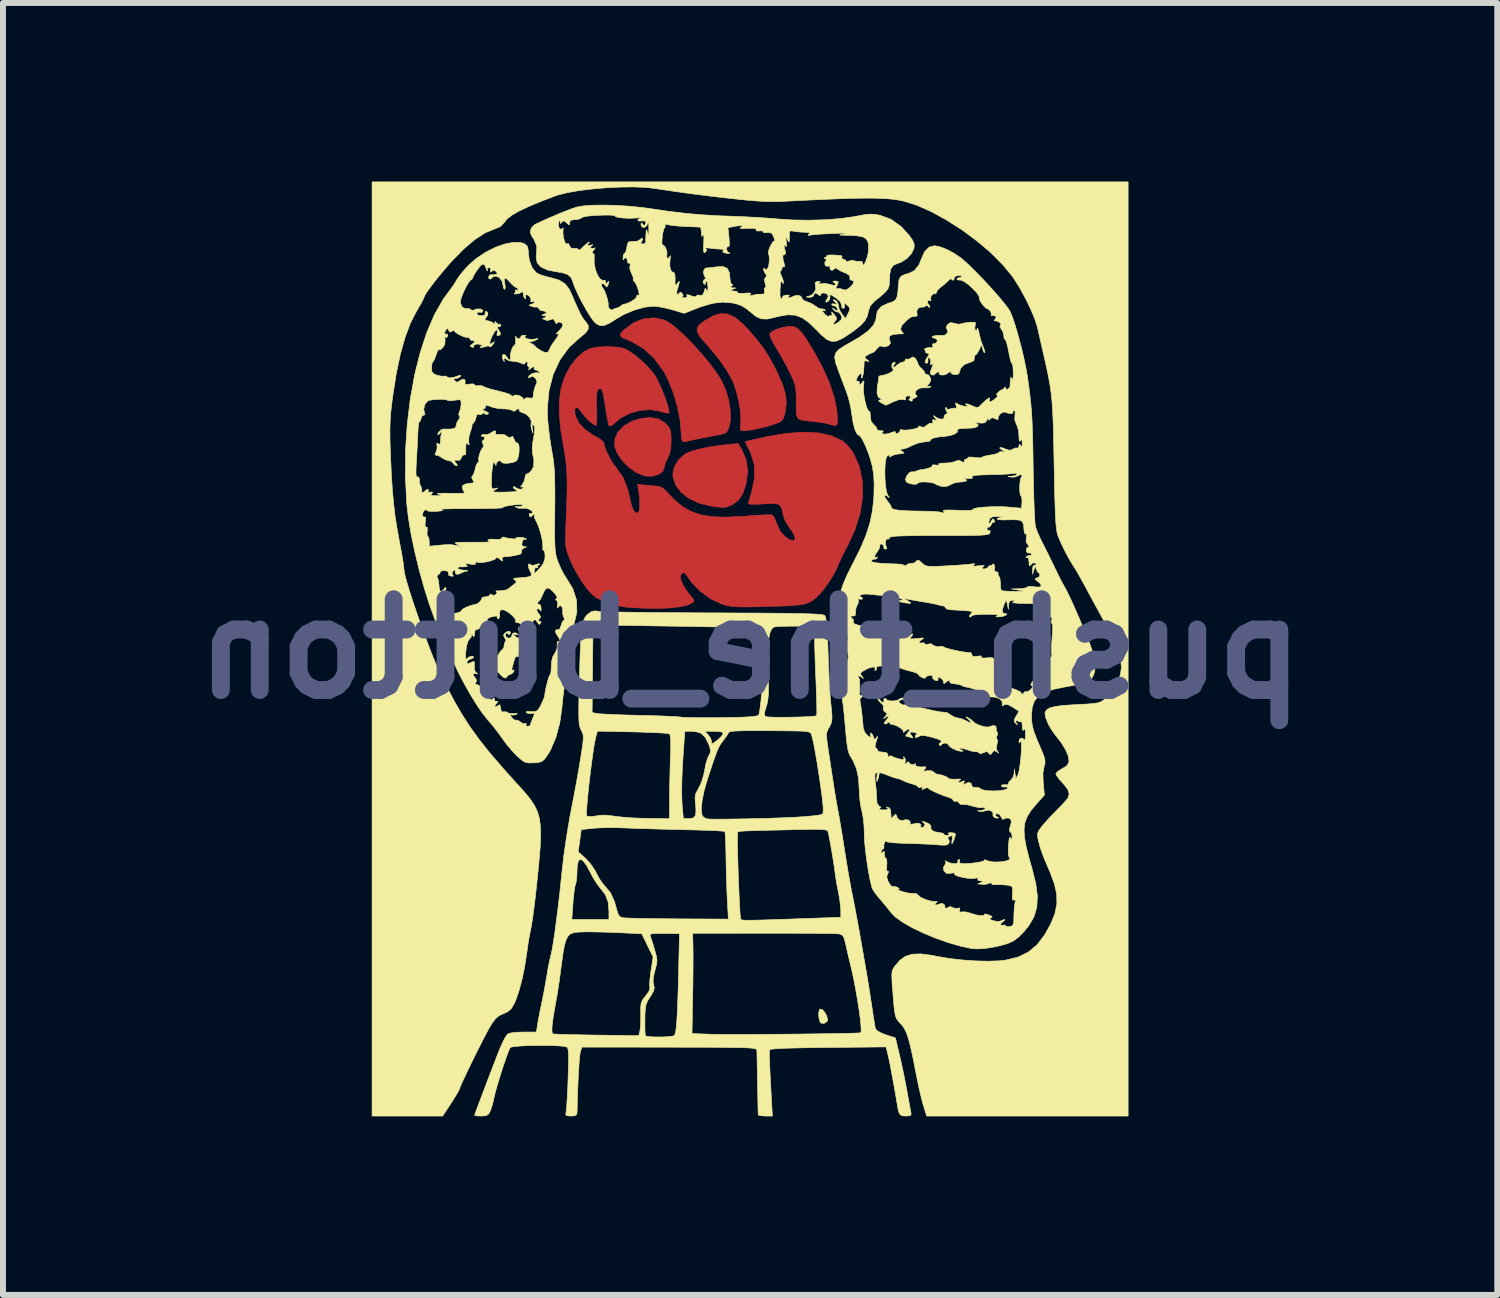
<source format=kicad_pcb>
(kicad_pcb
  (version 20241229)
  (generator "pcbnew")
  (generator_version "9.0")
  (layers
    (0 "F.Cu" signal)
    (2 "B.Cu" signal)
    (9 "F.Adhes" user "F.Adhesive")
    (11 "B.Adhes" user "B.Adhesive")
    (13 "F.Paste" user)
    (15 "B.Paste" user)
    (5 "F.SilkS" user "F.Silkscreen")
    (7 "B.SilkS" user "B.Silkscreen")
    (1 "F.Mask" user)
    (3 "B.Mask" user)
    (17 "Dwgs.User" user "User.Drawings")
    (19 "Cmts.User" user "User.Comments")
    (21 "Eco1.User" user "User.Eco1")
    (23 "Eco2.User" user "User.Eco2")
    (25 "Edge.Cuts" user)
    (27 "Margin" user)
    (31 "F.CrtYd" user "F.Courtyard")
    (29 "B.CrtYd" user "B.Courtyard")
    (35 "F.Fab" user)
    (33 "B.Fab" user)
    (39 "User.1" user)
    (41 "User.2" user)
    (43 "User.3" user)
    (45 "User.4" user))
  (footprint "push_the_button"
    (layer "F.Cu")
    (at 9.55 7.851)
    (property "Reference" "push_the_button" (at 0 0 0) (layer "B.Fab") (effects (font (size 1.524 1.524) (thickness 0.3)) (justify mirror)))
    (attr through_hole)
    (fp_poly (pts (xy -1.542 -3.864) (xy -1.428 -3.794) (xy -1.412 -3.779) (xy -1.366 -3.728) (xy -1.34 -3.678) (xy -1.329 -3.612) (xy -1.326 -3.509) (xy -1.326 -3.498) (xy -1.333 -3.366) (xy -1.354 -3.272) (xy -1.383 -3.211) (xy -1.42 -3.134) (xy -1.439 -3.066) (xy -1.439 -3.059) (xy -1.465 -2.987) (xy -1.533 -2.934) (xy -1.629 -2.904) (xy -1.742 -2.903) (xy -1.771 -2.908) (xy -1.904 -2.96) (xy -2.035 -3.05) (xy -2.149 -3.165) (xy -2.234 -3.292) (xy -2.274 -3.403) (xy -2.271 -3.529) (xy -2.218 -3.646) (xy -2.12 -3.747) (xy -1.984 -3.826) (xy -1.85 -3.869) (xy -1.681 -3.888) (xy -1.542 -3.864)) (stroke (width 0.01) (type solid)) (fill yes) (layer "F.Cu"))
    (fp_poly (pts (xy -0.143 -3.355) (xy -0.064 -3.174) (xy -0.04 -2.977) (xy -0.067 -2.775) (xy -0.118 -2.619) (xy -0.188 -2.508) (xy -0.284 -2.432) (xy -0.331 -2.409) (xy -0.379 -2.389) (xy -0.419 -2.379) (xy -0.465 -2.377) (xy -0.534 -2.384) (xy -0.64 -2.399) (xy -0.662 -2.402) (xy -0.856 -2.449) (xy -1.022 -2.526) (xy -1.155 -2.628) (xy -1.248 -2.75) (xy -1.294 -2.884) (xy -1.298 -2.936) (xy -1.273 -3.057) (xy -1.204 -3.174) (xy -1.103 -3.267) (xy -1.082 -3.28) (xy -0.986 -3.321) (xy -0.846 -3.36) (xy -0.673 -3.395) (xy -0.481 -3.423) (xy -0.404 -3.431) (xy -0.201 -3.45) (xy -0.143 -3.355)) (stroke (width 0.01) (type solid)) (fill yes) (layer "F.Cu"))
    (fp_poly (pts (xy -0.37 -5.624) (xy -0.253 -5.568) (xy -0.126 -5.464) (xy -0.02 -5.352) (xy 0.122 -5.186) (xy 0.235 -5.035) (xy 0.333 -4.88) (xy 0.43 -4.699) (xy 0.463 -4.631) (xy 0.546 -4.44) (xy 0.594 -4.278) (xy 0.609 -4.134) (xy 0.593 -3.994) (xy 0.586 -3.965) (xy 0.563 -3.885) (xy 0.535 -3.837) (xy 0.485 -3.805) (xy 0.398 -3.773) (xy 0.395 -3.772) (xy 0.269 -3.734) (xy 0.14 -3.703) (xy 0.02 -3.679) (xy -0.077 -3.666) (xy -0.141 -3.666) (xy -0.158 -3.674) (xy -0.165 -3.718) (xy -0.158 -3.788) (xy -0.158 -3.792) (xy -0.154 -3.887) (xy -0.166 -4.017) (xy -0.192 -4.165) (xy -0.227 -4.314) (xy -0.27 -4.446) (xy -0.291 -4.498) (xy -0.388 -4.675) (xy -0.526 -4.872) (xy -0.698 -5.08) (xy -0.755 -5.144) (xy -0.844 -5.249) (xy -0.888 -5.328) (xy -0.889 -5.392) (xy -0.845 -5.452) (xy -0.757 -5.519) (xy -0.751 -5.522) (xy -0.611 -5.6) (xy -0.487 -5.634) (xy -0.37 -5.624)) (stroke (width 0.01) (type solid)) (fill yes) (layer "F.Cu"))
    (fp_poly (pts (xy 0.734 -5.413) (xy 0.787 -5.39) (xy 0.841 -5.344) (xy 0.902 -5.268) (xy 0.976 -5.156) (xy 1.069 -5.002) (xy 1.085 -4.975) (xy 1.224 -4.715) (xy 1.335 -4.462) (xy 1.413 -4.227) (xy 1.455 -4.02) (xy 1.46 -3.972) (xy 1.467 -3.862) (xy 1.466 -3.797) (xy 1.457 -3.765) (xy 1.436 -3.756) (xy 1.422 -3.755) (xy 1.35 -3.768) (xy 1.312 -3.78) (xy 1.256 -3.794) (xy 1.164 -3.809) (xy 1.058 -3.822) (xy 0.931 -3.835) (xy 0.849 -3.849) (xy 0.802 -3.876) (xy 0.781 -3.927) (xy 0.775 -4.012) (xy 0.775 -4.141) (xy 0.774 -4.274) (xy 0.767 -4.37) (xy 0.751 -4.449) (xy 0.72 -4.531) (xy 0.675 -4.628) (xy 0.607 -4.762) (xy 0.525 -4.91) (xy 0.447 -5.043) (xy 0.444 -5.048) (xy 0.387 -5.146) (xy 0.346 -5.228) (xy 0.328 -5.282) (xy 0.329 -5.293) (xy 0.368 -5.331) (xy 0.446 -5.37) (xy 0.543 -5.4) (xy 0.643 -5.417) (xy 0.676 -5.419) (xy 0.734 -5.413)) (stroke (width 0.01) (type solid)) (fill yes) (layer "F.Cu"))
    (fp_poly (pts (xy -1.446 -5.527) (xy -1.427 -5.52) (xy -1.338 -5.467) (xy -1.225 -5.377) (xy -1.096 -5.258) (xy -0.959 -5.118) (xy -0.822 -4.967) (xy -0.693 -4.813) (xy -0.581 -4.664) (xy -0.493 -4.529) (xy -0.483 -4.512) (xy -0.41 -4.35) (xy -0.358 -4.172) (xy -0.33 -3.996) (xy -0.331 -3.837) (xy -0.345 -3.761) (xy -0.372 -3.678) (xy -0.404 -3.634) (xy -0.455 -3.613) (xy -0.481 -3.607) (xy -0.555 -3.592) (xy -0.664 -3.571) (xy -0.786 -3.547) (xy -0.814 -3.541) (xy -0.926 -3.519) (xy -1.018 -3.499) (xy -1.075 -3.485) (xy -1.084 -3.483) (xy -1.129 -3.483) (xy -1.137 -3.489) (xy -1.15 -3.528) (xy -1.157 -3.599) (xy -1.157 -3.619) (xy -1.174 -3.833) (xy -1.221 -4.071) (xy -1.292 -4.31) (xy -1.381 -4.53) (xy -1.448 -4.657) (xy -1.607 -4.877) (xy -1.79 -5.047) (xy -1.998 -5.167) (xy -2.034 -5.181) (xy -2.131 -5.222) (xy -2.178 -5.255) (xy -2.18 -5.29) (xy -2.142 -5.338) (xy -2.116 -5.363) (xy -1.959 -5.478) (xy -1.789 -5.545) (xy -1.614 -5.562) (xy -1.446 -5.527)) (stroke (width 0.01) (type solid)) (fill yes) (layer "F.Cu"))
    (fp_poly (pts (xy -2.262 -5.073) (xy -2.14 -5.055) (xy -2.057 -5.019) (xy -1.953 -4.949) (xy -1.839 -4.856) (xy -1.729 -4.751) (xy -1.635 -4.645) (xy -1.612 -4.614) (xy -1.567 -4.54) (xy -1.518 -4.439) (xy -1.468 -4.324) (xy -1.423 -4.207) (xy -1.387 -4.1) (xy -1.365 -4.016) (xy -1.361 -3.966) (xy -1.364 -3.961) (xy -1.396 -3.961) (xy -1.463 -3.977) (xy -1.513 -3.993) (xy -1.67 -4.02) (xy -1.845 -4.008) (xy -2.018 -3.96) (xy -2.171 -3.881) (xy -2.249 -3.817) (xy -2.319 -3.756) (xy -2.361 -3.743) (xy -2.369 -3.75) (xy -2.382 -3.792) (xy -2.4 -3.874) (xy -2.419 -3.981) (xy -2.424 -4.015) (xy -2.446 -4.164) (xy -2.464 -4.264) (xy -2.478 -4.327) (xy -2.492 -4.359) (xy -2.509 -4.37) (xy -2.532 -4.369) (xy -2.534 -4.368) (xy -2.555 -4.358) (xy -2.569 -4.33) (xy -2.576 -4.276) (xy -2.578 -4.184) (xy -2.576 -4.056) (xy -2.574 -3.933) (xy -2.576 -3.834) (xy -2.58 -3.771) (xy -2.585 -3.754) (xy -2.632 -3.774) (xy -2.697 -3.824) (xy -2.765 -3.891) (xy -2.819 -3.96) (xy -2.823 -3.966) (xy -2.879 -4.039) (xy -2.922 -4.059) (xy -2.944 -4.03) (xy -2.942 -3.955) (xy -2.93 -3.904) (xy -2.876 -3.796) (xy -2.776 -3.689) (xy -2.639 -3.593) (xy -2.593 -3.568) (xy -2.517 -3.523) (xy -2.467 -3.48) (xy -2.455 -3.459) (xy -2.44 -3.39) (xy -2.401 -3.295) (xy -2.348 -3.191) (xy -2.289 -3.097) (xy -2.257 -3.057) (xy -2.134 -2.881) (xy -2.052 -2.674) (xy -2.02 -2.529) (xy -1.992 -2.409) (xy -1.956 -2.325) (xy -1.916 -2.283) (xy -1.877 -2.29) (xy -1.875 -2.292) (xy -1.86 -2.336) (xy -1.854 -2.418) (xy -1.856 -2.521) (xy -1.867 -2.626) (xy -1.87 -2.644) (xy -1.891 -2.763) (xy -1.686 -2.747) (xy -1.574 -2.736) (xy -1.502 -2.72) (xy -1.453 -2.693) (xy -1.417 -2.657) (xy -1.276 -2.508) (xy -1.136 -2.393) (xy -0.99 -2.308) (xy -0.827 -2.252) (xy -0.639 -2.222) (xy -0.417 -2.214) (xy -0.152 -2.226) (xy -0.067 -2.232) (xy 0.08 -2.244) (xy 0.208 -2.251) (xy 0.306 -2.254) (xy 0.363 -2.253) (xy 0.371 -2.251) (xy 0.401 -2.217) (xy 0.432 -2.148) (xy 0.444 -2.11) (xy 0.509 -1.971) (xy 0.58 -1.893) (xy 0.666 -1.833) (xy 0.725 -1.817) (xy 0.754 -1.841) (xy 0.748 -1.898) (xy 0.702 -1.981) (xy 0.668 -2.026) (xy 0.589 -2.151) (xy 0.553 -2.261) (xy 0.536 -2.348) (xy 0.511 -2.404) (xy 0.468 -2.434) (xy 0.394 -2.444) (xy 0.28 -2.44) (xy 0.223 -2.436) (xy 0.112 -2.431) (xy 0.026 -2.431) (xy -0.022 -2.436) (xy -0.028 -2.44) (xy -0.021 -2.475) (xy -0.000294 -2.549) (xy 0.028 -2.647) (xy 0.031 -2.657) (xy 0.077 -2.883) (xy 0.071 -3.091) (xy 0.013 -3.286) (xy -0.009 -3.331) (xy -0.049 -3.411) (xy -0.074 -3.466) (xy -0.078 -3.484) (xy -0.049 -3.491) (xy 0.024 -3.508) (xy 0.131 -3.532) (xy 0.262 -3.561) (xy 0.282 -3.565) (xy 0.605 -3.621) (xy 0.896 -3.642) (xy 1.152 -3.628) (xy 1.369 -3.58) (xy 1.545 -3.498) (xy 1.555 -3.492) (xy 1.624 -3.43) (xy 1.698 -3.342) (xy 1.738 -3.283) (xy 1.835 -3.066) (xy 1.886 -2.824) (xy 1.891 -2.563) (xy 1.85 -2.288) (xy 1.763 -2.006) (xy 1.642 -1.743) (xy 1.581 -1.627) (xy 1.53 -1.524) (xy 1.494 -1.446) (xy 1.482 -1.416) (xy 1.444 -1.327) (xy 1.381 -1.214) (xy 1.305 -1.095) (xy 1.225 -0.986) (xy 1.158 -0.91) (xy 1.099 -0.854) (xy 1.044 -0.811) (xy 0.985 -0.779) (xy 0.914 -0.756) (xy 0.822 -0.74) (xy 0.701 -0.729) (xy 0.542 -0.721) (xy 0.336 -0.715) (xy 0.3 -0.714) (xy 0.099 -0.708) (xy -0.056 -0.706) (xy -0.173 -0.706) (xy -0.261 -0.71) (xy -0.332 -0.718) (xy -0.393 -0.731) (xy -0.454 -0.749) (xy -0.482 -0.758) (xy -0.659 -0.841) (xy -0.831 -0.964) (xy -0.976 -1.111) (xy -1.035 -1.193) (xy -1.08 -1.259) (xy -1.11 -1.283) (xy -1.138 -1.273) (xy -1.148 -1.263) (xy -1.172 -1.23) (xy -1.172 -1.188) (xy -1.146 -1.117) (xy -1.145 -1.116) (xy -1.097 -1.025) (xy -1.032 -0.932) (xy -1.013 -0.909) (xy -0.961 -0.847) (xy -0.944 -0.811) (xy -0.957 -0.785) (xy -0.973 -0.773) (xy -1.058 -0.735) (xy -1.19 -0.707) (xy -1.362 -0.688) (xy -1.565 -0.681) (xy -1.791 -0.684) (xy -2.033 -0.698) (xy -2.103 -0.705) (xy -2.282 -0.736) (xy -2.451 -0.792) (xy -2.591 -0.866) (xy -2.649 -0.912) (xy -2.742 -1.015) (xy -2.841 -1.155) (xy -2.935 -1.312) (xy -3.012 -1.469) (xy -3.032 -1.519) (xy -3.061 -1.597) (xy -3.082 -1.662) (xy -3.095 -1.725) (xy -3.101 -1.798) (xy -3.102 -1.892) (xy -3.097 -2.02) (xy -3.09 -2.182) (xy -3.08 -2.442) (xy -3.074 -2.655) (xy -3.074 -2.833) (xy -3.079 -2.985) (xy -3.09 -3.122) (xy -3.108 -3.253) (xy -3.131 -3.387) (xy -3.181 -3.685) (xy -3.206 -3.94) (xy -3.205 -4.161) (xy -3.179 -4.357) (xy -3.127 -4.535) (xy -3.094 -4.614) (xy -3.011 -4.761) (xy -2.908 -4.89) (xy -2.797 -4.989) (xy -2.689 -5.046) (xy -2.686 -5.047) (xy -2.565 -5.07) (xy -2.415 -5.078) (xy -2.262 -5.073)) (stroke (width 0.01) (type solid)) (fill yes) (layer "F.Cu"))
    (fp_poly (pts (xy -1.542 -3.864) (xy -1.428 -3.794) (xy -1.412 -3.779) (xy -1.366 -3.728) (xy -1.34 -3.678) (xy -1.329 -3.612) (xy -1.326 -3.509) (xy -1.326 -3.498) (xy -1.333 -3.366) (xy -1.354 -3.272) (xy -1.383 -3.211) (xy -1.42 -3.134) (xy -1.439 -3.066) (xy -1.439 -3.059) (xy -1.465 -2.987) (xy -1.533 -2.934) (xy -1.629 -2.904) (xy -1.742 -2.903) (xy -1.771 -2.908) (xy -1.904 -2.96) (xy -2.035 -3.05) (xy -2.149 -3.165) (xy -2.234 -3.292) (xy -2.274 -3.403) (xy -2.271 -3.529) (xy -2.218 -3.646) (xy -2.12 -3.747) (xy -1.984 -3.826) (xy -1.85 -3.869) (xy -1.681 -3.888) (xy -1.542 -3.864)) (stroke (width 0.01) (type solid)) (fill yes) (layer "F.Mask"))
    (fp_poly (pts (xy -0.143 -3.355) (xy -0.064 -3.174) (xy -0.04 -2.977) (xy -0.067 -2.775) (xy -0.118 -2.619) (xy -0.188 -2.508) (xy -0.284 -2.432) (xy -0.331 -2.409) (xy -0.379 -2.389) (xy -0.419 -2.379) (xy -0.465 -2.377) (xy -0.534 -2.384) (xy -0.64 -2.399) (xy -0.662 -2.402) (xy -0.856 -2.449) (xy -1.022 -2.526) (xy -1.155 -2.628) (xy -1.248 -2.75) (xy -1.294 -2.884) (xy -1.298 -2.936) (xy -1.273 -3.057) (xy -1.204 -3.174) (xy -1.103 -3.267) (xy -1.082 -3.28) (xy -0.986 -3.321) (xy -0.846 -3.36) (xy -0.673 -3.395) (xy -0.481 -3.423) (xy -0.404 -3.431) (xy -0.201 -3.45) (xy -0.143 -3.355)) (stroke (width 0.01) (type solid)) (fill yes) (layer "F.Mask"))
    (fp_poly (pts (xy -0.37 -5.624) (xy -0.253 -5.568) (xy -0.126 -5.464) (xy -0.02 -5.352) (xy 0.122 -5.186) (xy 0.235 -5.035) (xy 0.333 -4.88) (xy 0.43 -4.699) (xy 0.463 -4.631) (xy 0.546 -4.44) (xy 0.594 -4.278) (xy 0.609 -4.134) (xy 0.593 -3.994) (xy 0.586 -3.965) (xy 0.563 -3.885) (xy 0.535 -3.837) (xy 0.485 -3.805) (xy 0.398 -3.773) (xy 0.395 -3.772) (xy 0.269 -3.734) (xy 0.14 -3.703) (xy 0.02 -3.679) (xy -0.077 -3.666) (xy -0.141 -3.666) (xy -0.158 -3.674) (xy -0.165 -3.718) (xy -0.158 -3.788) (xy -0.158 -3.792) (xy -0.154 -3.887) (xy -0.166 -4.017) (xy -0.192 -4.165) (xy -0.227 -4.314) (xy -0.27 -4.446) (xy -0.291 -4.498) (xy -0.388 -4.675) (xy -0.526 -4.872) (xy -0.698 -5.08) (xy -0.755 -5.144) (xy -0.844 -5.249) (xy -0.888 -5.328) (xy -0.889 -5.392) (xy -0.845 -5.452) (xy -0.757 -5.519) (xy -0.751 -5.522) (xy -0.611 -5.6) (xy -0.487 -5.634) (xy -0.37 -5.624)) (stroke (width 0.01) (type solid)) (fill yes) (layer "F.Mask"))
    (fp_poly (pts (xy 0.734 -5.413) (xy 0.787 -5.39) (xy 0.841 -5.344) (xy 0.902 -5.268) (xy 0.976 -5.156) (xy 1.069 -5.002) (xy 1.085 -4.975) (xy 1.224 -4.715) (xy 1.335 -4.462) (xy 1.413 -4.227) (xy 1.455 -4.02) (xy 1.46 -3.972) (xy 1.467 -3.862) (xy 1.466 -3.797) (xy 1.457 -3.765) (xy 1.436 -3.756) (xy 1.422 -3.755) (xy 1.35 -3.768) (xy 1.312 -3.78) (xy 1.256 -3.794) (xy 1.164 -3.809) (xy 1.058 -3.822) (xy 0.931 -3.835) (xy 0.849 -3.849) (xy 0.802 -3.876) (xy 0.781 -3.927) (xy 0.775 -4.012) (xy 0.775 -4.141) (xy 0.774 -4.274) (xy 0.767 -4.37) (xy 0.751 -4.449) (xy 0.72 -4.531) (xy 0.675 -4.628) (xy 0.607 -4.762) (xy 0.525 -4.91) (xy 0.447 -5.043) (xy 0.444 -5.048) (xy 0.387 -5.146) (xy 0.346 -5.228) (xy 0.328 -5.282) (xy 0.329 -5.293) (xy 0.368 -5.331) (xy 0.446 -5.37) (xy 0.543 -5.4) (xy 0.643 -5.417) (xy 0.676 -5.419) (xy 0.734 -5.413)) (stroke (width 0.01) (type solid)) (fill yes) (layer "F.Mask"))
    (fp_poly (pts (xy -1.446 -5.527) (xy -1.427 -5.52) (xy -1.338 -5.467) (xy -1.225 -5.377) (xy -1.096 -5.258) (xy -0.959 -5.118) (xy -0.822 -4.967) (xy -0.693 -4.813) (xy -0.581 -4.664) (xy -0.493 -4.529) (xy -0.483 -4.512) (xy -0.41 -4.35) (xy -0.358 -4.172) (xy -0.33 -3.996) (xy -0.331 -3.837) (xy -0.345 -3.761) (xy -0.372 -3.678) (xy -0.404 -3.634) (xy -0.455 -3.613) (xy -0.481 -3.607) (xy -0.555 -3.592) (xy -0.664 -3.571) (xy -0.786 -3.547) (xy -0.814 -3.541) (xy -0.926 -3.519) (xy -1.018 -3.499) (xy -1.075 -3.485) (xy -1.084 -3.483) (xy -1.129 -3.483) (xy -1.137 -3.489) (xy -1.15 -3.528) (xy -1.157 -3.599) (xy -1.157 -3.619) (xy -1.174 -3.833) (xy -1.221 -4.071) (xy -1.292 -4.31) (xy -1.381 -4.53) (xy -1.448 -4.657) (xy -1.607 -4.877) (xy -1.79 -5.047) (xy -1.998 -5.167) (xy -2.034 -5.181) (xy -2.131 -5.222) (xy -2.178 -5.255) (xy -2.18 -5.29) (xy -2.142 -5.338) (xy -2.116 -5.363) (xy -1.959 -5.478) (xy -1.789 -5.545) (xy -1.614 -5.562) (xy -1.446 -5.527)) (stroke (width 0.01) (type solid)) (fill yes) (layer "F.Mask"))
    (fp_poly (pts (xy -2.262 -5.073) (xy -2.14 -5.055) (xy -2.057 -5.019) (xy -1.953 -4.949) (xy -1.839 -4.856) (xy -1.729 -4.751) (xy -1.635 -4.645) (xy -1.612 -4.614) (xy -1.567 -4.54) (xy -1.518 -4.439) (xy -1.468 -4.324) (xy -1.423 -4.207) (xy -1.387 -4.1) (xy -1.365 -4.016) (xy -1.361 -3.966) (xy -1.364 -3.961) (xy -1.396 -3.961) (xy -1.463 -3.977) (xy -1.513 -3.993) (xy -1.67 -4.02) (xy -1.845 -4.008) (xy -2.018 -3.96) (xy -2.171 -3.881) (xy -2.249 -3.817) (xy -2.319 -3.756) (xy -2.361 -3.743) (xy -2.369 -3.75) (xy -2.382 -3.792) (xy -2.4 -3.874) (xy -2.419 -3.981) (xy -2.424 -4.015) (xy -2.446 -4.164) (xy -2.464 -4.264) (xy -2.478 -4.327) (xy -2.492 -4.359) (xy -2.509 -4.37) (xy -2.532 -4.369) (xy -2.534 -4.368) (xy -2.555 -4.358) (xy -2.569 -4.33) (xy -2.576 -4.276) (xy -2.578 -4.184) (xy -2.576 -4.056) (xy -2.574 -3.933) (xy -2.576 -3.834) (xy -2.58 -3.771) (xy -2.585 -3.754) (xy -2.632 -3.774) (xy -2.697 -3.824) (xy -2.765 -3.891) (xy -2.819 -3.96) (xy -2.823 -3.966) (xy -2.879 -4.039) (xy -2.922 -4.059) (xy -2.944 -4.03) (xy -2.942 -3.955) (xy -2.93 -3.904) (xy -2.876 -3.796) (xy -2.776 -3.689) (xy -2.639 -3.593) (xy -2.593 -3.568) (xy -2.517 -3.523) (xy -2.467 -3.48) (xy -2.455 -3.459) (xy -2.44 -3.39) (xy -2.401 -3.295) (xy -2.348 -3.191) (xy -2.289 -3.097) (xy -2.257 -3.057) (xy -2.134 -2.881) (xy -2.052 -2.674) (xy -2.02 -2.529) (xy -1.992 -2.409) (xy -1.956 -2.325) (xy -1.916 -2.283) (xy -1.877 -2.29) (xy -1.875 -2.292) (xy -1.86 -2.336) (xy -1.854 -2.418) (xy -1.856 -2.521) (xy -1.867 -2.626) (xy -1.87 -2.644) (xy -1.891 -2.763) (xy -1.686 -2.747) (xy -1.574 -2.736) (xy -1.502 -2.72) (xy -1.453 -2.693) (xy -1.417 -2.657) (xy -1.276 -2.508) (xy -1.136 -2.393) (xy -0.99 -2.308) (xy -0.827 -2.252) (xy -0.639 -2.222) (xy -0.417 -2.214) (xy -0.152 -2.226) (xy -0.067 -2.232) (xy 0.08 -2.244) (xy 0.208 -2.251) (xy 0.306 -2.254) (xy 0.363 -2.253) (xy 0.371 -2.251) (xy 0.401 -2.217) (xy 0.432 -2.148) (xy 0.444 -2.11) (xy 0.509 -1.971) (xy 0.58 -1.893) (xy 0.666 -1.833) (xy 0.725 -1.817) (xy 0.754 -1.841) (xy 0.748 -1.898) (xy 0.702 -1.981) (xy 0.668 -2.026) (xy 0.589 -2.151) (xy 0.553 -2.261) (xy 0.536 -2.348) (xy 0.511 -2.404) (xy 0.468 -2.434) (xy 0.394 -2.444) (xy 0.28 -2.44) (xy 0.223 -2.436) (xy 0.112 -2.431) (xy 0.026 -2.431) (xy -0.022 -2.436) (xy -0.028 -2.44) (xy -0.021 -2.475) (xy -0.000294 -2.549) (xy 0.028 -2.647) (xy 0.031 -2.657) (xy 0.077 -2.883) (xy 0.071 -3.091) (xy 0.013 -3.286) (xy -0.009 -3.331) (xy -0.049 -3.411) (xy -0.074 -3.466) (xy -0.078 -3.484) (xy -0.049 -3.491) (xy 0.024 -3.508) (xy 0.131 -3.532) (xy 0.262 -3.561) (xy 0.282 -3.565) (xy 0.605 -3.621) (xy 0.896 -3.642) (xy 1.152 -3.628) (xy 1.369 -3.58) (xy 1.545 -3.498) (xy 1.555 -3.492) (xy 1.624 -3.43) (xy 1.698 -3.342) (xy 1.738 -3.283) (xy 1.835 -3.066) (xy 1.886 -2.824) (xy 1.891 -2.563) (xy 1.85 -2.288) (xy 1.763 -2.006) (xy 1.642 -1.743) (xy 1.581 -1.627) (xy 1.53 -1.524) (xy 1.494 -1.446) (xy 1.482 -1.416) (xy 1.444 -1.327) (xy 1.381 -1.214) (xy 1.305 -1.095) (xy 1.225 -0.986) (xy 1.158 -0.91) (xy 1.099 -0.854) (xy 1.044 -0.811) (xy 0.985 -0.779) (xy 0.914 -0.756) (xy 0.822 -0.74) (xy 0.701 -0.729) (xy 0.542 -0.721) (xy 0.336 -0.715) (xy 0.3 -0.714) (xy 0.099 -0.708) (xy -0.056 -0.706) (xy -0.173 -0.706) (xy -0.261 -0.71) (xy -0.332 -0.718) (xy -0.393 -0.731) (xy -0.454 -0.749) (xy -0.482 -0.758) (xy -0.659 -0.841) (xy -0.831 -0.964) (xy -0.976 -1.111) (xy -1.035 -1.193) (xy -1.08 -1.259) (xy -1.11 -1.283) (xy -1.138 -1.273) (xy -1.148 -1.263) (xy -1.172 -1.23) (xy -1.172 -1.188) (xy -1.146 -1.117) (xy -1.145 -1.116) (xy -1.097 -1.025) (xy -1.032 -0.932) (xy -1.013 -0.909) (xy -0.961 -0.847) (xy -0.944 -0.811) (xy -0.957 -0.785) (xy -0.973 -0.773) (xy -1.058 -0.735) (xy -1.19 -0.707) (xy -1.362 -0.688) (xy -1.565 -0.681) (xy -1.791 -0.684) (xy -2.033 -0.698) (xy -2.103 -0.705) (xy -2.282 -0.736) (xy -2.451 -0.792) (xy -2.591 -0.866) (xy -2.649 -0.912) (xy -2.742 -1.015) (xy -2.841 -1.155) (xy -2.935 -1.312) (xy -3.012 -1.469) (xy -3.032 -1.519) (xy -3.061 -1.597) (xy -3.082 -1.662) (xy -3.095 -1.725) (xy -3.101 -1.798) (xy -3.102 -1.892) (xy -3.097 -2.02) (xy -3.09 -2.182) (xy -3.08 -2.442) (xy -3.074 -2.655) (xy -3.074 -2.833) (xy -3.079 -2.985) (xy -3.09 -3.122) (xy -3.108 -3.253) (xy -3.131 -3.387) (xy -3.181 -3.685) (xy -3.206 -3.94) (xy -3.205 -4.161) (xy -3.179 -4.357) (xy -3.127 -4.535) (xy -3.094 -4.614) (xy -3.011 -4.761) (xy -2.908 -4.89) (xy -2.797 -4.989) (xy -2.689 -5.046) (xy -2.686 -5.047) (xy -2.565 -5.07) (xy -2.415 -5.078) (xy -2.262 -5.073)) (stroke (width 0.01) (type solid)) (fill yes) (layer "F.Mask"))
    (fp_poly (pts (xy 1.216 6.06) (xy 1.257 6.107) (xy 1.289 6.17) (xy 1.302 6.229) (xy 1.294 6.257) (xy 1.243 6.29) (xy 1.193 6.285) (xy 1.171 6.258) (xy 1.154 6.179) (xy 1.153 6.105) (xy 1.168 6.055) (xy 1.177 6.048) (xy 1.216 6.06)) (stroke (width 0.01) (type solid)) (fill yes) (layer "F.SilkS"))
    (fp_poly (pts (xy 2.774 -4.881) (xy 2.783 -4.869) (xy 2.814 -4.814) (xy 2.822 -4.785) (xy 2.843 -4.746) (xy 2.879 -4.713) (xy 2.922 -4.668) (xy 2.935 -4.635) (xy 2.95 -4.61) (xy 2.962 -4.613) (xy 2.994 -4.605) (xy 3.021 -4.57) (xy 3.037 -4.516) (xy 3.011 -4.464) (xy 3.001 -4.452) (xy 2.967 -4.411) (xy 2.971 -4.402) (xy 3 -4.412) (xy 3.035 -4.416) (xy 3.034 -4.402) (xy 2.996 -4.386) (xy 2.943 -4.387) (xy 2.872 -4.385) (xy 2.812 -4.36) (xy 2.776 -4.323) (xy 2.774 -4.282) (xy 2.795 -4.261) (xy 2.806 -4.239) (xy 2.769 -4.22) (xy 2.728 -4.196) (xy 2.724 -4.175) (xy 2.718 -4.162) (xy 2.694 -4.167) (xy 2.666 -4.188) (xy 2.682 -4.206) (xy 2.7 -4.231) (xy 2.684 -4.246) (xy 2.64 -4.253) (xy 2.611 -4.231) (xy 2.614 -4.2) (xy 2.609 -4.183) (xy 2.573 -4.189) (xy 2.504 -4.188) (xy 2.411 -4.155) (xy 2.402 -4.15) (xy 2.332 -4.116) (xy 2.287 -4.097) (xy 2.28 -4.095) (xy 2.252 -4.109) (xy 2.205 -4.135) (xy 2.161 -4.162) (xy 2.165 -4.177) (xy 2.191 -4.185) (xy 2.223 -4.196) (xy 2.201 -4.202) (xy 2.197 -4.202) (xy 2.153 -4.23) (xy 2.132 -4.301) (xy 2.137 -4.404) (xy 2.144 -4.443) (xy 2.158 -4.517) (xy 2.161 -4.565) (xy 2.159 -4.572) (xy 2.175 -4.586) (xy 2.213 -4.594) (xy 2.278 -4.608) (xy 2.343 -4.634) (xy 2.392 -4.665) (xy 2.408 -4.69) (xy 2.403 -4.697) (xy 2.38 -4.735) (xy 2.383 -4.784) (xy 2.41 -4.815) (xy 2.42 -4.817) (xy 2.441 -4.806) (xy 2.428 -4.787) (xy 2.397 -4.745) (xy 2.407 -4.73) (xy 2.447 -4.75) (xy 2.466 -4.766) (xy 2.523 -4.807) (xy 2.57 -4.82) (xy 2.571 -4.82) (xy 2.602 -4.833) (xy 2.603 -4.849) (xy 2.612 -4.872) (xy 2.625 -4.868) (xy 2.669 -4.868) (xy 2.7 -4.886) (xy 2.739 -4.906) (xy 2.774 -4.881)) (stroke (width 0.01) (type solid)) (fill yes) (layer "F.SilkS"))
    (fp_poly (pts (xy -3.869 -0.354) (xy -3.851 -0.318) (xy -3.856 -0.304) (xy -3.85 -0.285) (xy -3.805 -0.287) (xy -3.765 -0.291) (xy -3.745 -0.275) (xy -3.738 -0.225) (xy -3.739 -0.157) (xy -3.747 -0.061) (xy -3.764 0.02) (xy -3.775 0.046) (xy -3.793 0.101) (xy -3.788 0.13) (xy -3.792 0.132) (xy -3.829 0.104) (xy -3.836 0.098) (xy -3.881 0.064) (xy -3.893 0.067) (xy -3.887 0.09) (xy -3.885 0.125) (xy -3.907 0.124) (xy -3.942 0.136) (xy -3.959 0.175) (xy -3.981 0.257) (xy -3.996 0.308) (xy -4.004 0.355) (xy -3.985 0.356) (xy -3.984 0.356) (xy -3.963 0.355) (xy -3.969 0.38) (xy -4.003 0.418) (xy -4.023 0.423) (xy -4.068 0.445) (xy -4.086 0.467) (xy -4.108 0.491) (xy -4.14 0.479) (xy -4.182 0.444) (xy -4.236 0.387) (xy -4.271 0.339) (xy -4.272 0.337) (xy -4.293 0.315) (xy -4.305 0.328) (xy -4.334 0.376) (xy -4.354 0.406) (xy -4.379 0.432) (xy -4.389 0.412) (xy -4.392 0.374) (xy -4.39 0.331) (xy -4.382 0.335) (xy -4.381 0.336) (xy -4.363 0.334) (xy -4.33 0.287) (xy -4.286 0.204) (xy -4.285 0.201) (xy -4.238 0.11) (xy -4.195 0.042) (xy -4.164 0.011) (xy -4.135 -0.025) (xy -4.133 -0.051) (xy -4.125 -0.102) (xy -4.111 -0.118) (xy -4.101 -0.152) (xy -4.12 -0.182) (xy -4.142 -0.229) (xy -4.125 -0.261) (xy -4.077 -0.293) (xy -4.038 -0.297) (xy -4.025 -0.273) (xy -4.028 -0.263) (xy -4.047 -0.238) (xy -4.064 -0.255) (xy -4.089 -0.273) (xy -4.106 -0.255) (xy -4.111 -0.21) (xy -4.065 -0.183) (xy -4.049 -0.18) (xy -4.013 -0.195) (xy -4.008 -0.212) (xy -3.988 -0.261) (xy -3.944 -0.273) (xy -3.913 -0.256) (xy -3.899 -0.234) (xy -3.931 -0.24) (xy -3.937 -0.242) (xy -3.975 -0.253) (xy -3.968 -0.236) (xy -3.949 -0.215) (xy -3.912 -0.185) (xy -3.871 -0.188) (xy -3.826 -0.208) (xy -3.774 -0.237) (xy -3.769 -0.25) (xy -3.81 -0.258) (xy -3.814 -0.259) (xy -3.87 -0.286) (xy -3.89 -0.321) (xy -3.887 -0.357) (xy -3.869 -0.354)) (stroke (width 0.01) (type solid)) (fill yes) (layer "F.SilkS"))
    (fp_poly (pts (xy 3.769 -5.488) (xy 3.791 -5.474) (xy 3.782 -5.447) (xy 3.774 -5.385) (xy 3.783 -5.361) (xy 3.804 -5.335) (xy 3.81 -5.358) (xy 3.81 -5.36) (xy 3.815 -5.391) (xy 3.828 -5.375) (xy 3.844 -5.319) (xy 3.852 -5.277) (xy 3.877 -5.179) (xy 3.912 -5.085) (xy 3.937 -5.02) (xy 3.943 -4.979) (xy 3.941 -4.976) (xy 3.924 -4.988) (xy 3.906 -5.038) (xy 3.887 -5.115) (xy 3.85 -5.027) (xy 3.817 -4.967) (xy 3.787 -4.939) (xy 3.785 -4.939) (xy 3.766 -4.916) (xy 3.767 -4.886) (xy 3.758 -4.841) (xy 3.703 -4.817) (xy 3.702 -4.817) (xy 3.599 -4.778) (xy 3.536 -4.714) (xy 3.521 -4.665) (xy 3.504 -4.62) (xy 3.455 -4.608) (xy 3.44 -4.609) (xy 3.389 -4.619) (xy 3.377 -4.636) (xy 3.369 -4.656) (xy 3.362 -4.657) (xy 3.322 -4.636) (xy 3.316 -4.628) (xy 3.277 -4.607) (xy 3.228 -4.6) (xy 3.181 -4.609) (xy 3.175 -4.628) (xy 3.174 -4.654) (xy 3.164 -4.657) (xy 3.124 -4.636) (xy 3.119 -4.628) (xy 3.081 -4.6) (xy 3.042 -4.606) (xy 3.025 -4.639) (xy 3.027 -4.65) (xy 3.051 -4.719) (xy 3.064 -4.753) (xy 3.073 -4.79) (xy 3.05 -4.785) (xy 3.048 -4.784) (xy 3.024 -4.776) (xy 3.031 -4.793) (xy 3.035 -4.842) (xy 3.022 -4.875) (xy 2.999 -4.906) (xy 2.99 -4.887) (xy 2.989 -4.882) (xy 2.987 -4.831) (xy 2.988 -4.819) (xy 2.97 -4.798) (xy 2.963 -4.798) (xy 2.937 -4.814) (xy 2.954 -4.865) (xy 2.979 -4.904) (xy 3.007 -4.95) (xy 3 -4.965) (xy 2.977 -4.967) (xy 2.947 -4.98) (xy 2.949 -4.995) (xy 2.944 -5.022) (xy 2.93 -5.025) (xy 2.924 -5.035) (xy 2.959 -5.054) (xy 3.021 -5.067) (xy 3.055 -5.061) (xy 3.074 -5.063) (xy 3.067 -5.091) (xy 3.062 -5.124) (xy 3.073 -5.124) (xy 3.109 -5.13) (xy 3.133 -5.151) (xy 3.149 -5.185) (xy 3.12 -5.209) (xy 3.101 -5.217) (xy 3.056 -5.236) (xy 3.062 -5.249) (xy 3.091 -5.259) (xy 3.166 -5.269) (xy 3.209 -5.265) (xy 3.27 -5.271) (xy 3.312 -5.303) (xy 3.321 -5.346) (xy 3.307 -5.369) (xy 3.292 -5.406) (xy 3.319 -5.45) (xy 3.366 -5.483) (xy 3.422 -5.473) (xy 3.43 -5.47) (xy 3.501 -5.454) (xy 3.547 -5.462) (xy 3.61 -5.478) (xy 3.694 -5.488) (xy 3.702 -5.489) (xy 3.769 -5.488)) (stroke (width 0.01) (type solid)) (fill yes) (layer "F.SilkS"))
    (fp_poly (pts (xy 2.636 0.826) (xy 2.626 0.834) (xy 2.611 0.837) (xy 2.532 0.857) (xy 2.499 0.874) (xy 2.503 0.896) (xy 2.517 0.913) (xy 2.569 0.94) (xy 2.597 0.939) (xy 2.642 0.941) (xy 2.728 0.955) (xy 2.841 0.979) (xy 2.934 1.002) (xy 3.057 1.031) (xy 3.162 1.052) (xy 3.235 1.062) (xy 3.261 1.062) (xy 3.307 1.068) (xy 3.36 1.102) (xy 3.427 1.143) (xy 3.483 1.158) (xy 3.552 1.173) (xy 3.612 1.199) (xy 3.681 1.233) (xy 3.712 1.237) (xy 3.702 1.214) (xy 3.669 1.183) (xy 3.627 1.147) (xy 3.628 1.141) (xy 3.66 1.155) (xy 3.716 1.19) (xy 3.74 1.214) (xy 3.784 1.25) (xy 3.857 1.284) (xy 3.936 1.307) (xy 3.997 1.312) (xy 4.006 1.309) (xy 4.086 1.286) (xy 4.129 1.297) (xy 4.134 1.331) (xy 4.139 1.382) (xy 4.152 1.399) (xy 4.162 1.431) (xy 4.149 1.453) (xy 4.134 1.495) (xy 4.146 1.508) (xy 4.16 1.549) (xy 4.147 1.599) (xy 4.135 1.673) (xy 4.155 1.718) (xy 4.177 1.749) (xy 4.16 1.739) (xy 4.144 1.727) (xy 4.102 1.706) (xy 4.072 1.733) (xy 4.067 1.741) (xy 4.04 1.775) (xy 4.016 1.76) (xy 4.009 1.75) (xy 3.978 1.723) (xy 3.933 1.737) (xy 3.925 1.742) (xy 3.87 1.761) (xy 3.851 1.748) (xy 3.811 1.725) (xy 3.786 1.725) (xy 3.727 1.718) (xy 3.66 1.698) (xy 3.587 1.675) (xy 3.533 1.667) (xy 3.506 1.672) (xy 3.529 1.688) (xy 3.542 1.693) (xy 3.579 1.712) (xy 3.565 1.719) (xy 3.548 1.72) (xy 3.488 1.709) (xy 3.418 1.68) (xy 3.358 1.644) (xy 3.33 1.611) (xy 3.33 1.608) (xy 3.307 1.586) (xy 3.274 1.58) (xy 3.228 1.593) (xy 3.217 1.61) (xy 3.2 1.626) (xy 3.186 1.621) (xy 3.173 1.596) (xy 3.192 1.578) (xy 3.216 1.556) (xy 3.202 1.534) (xy 3.144 1.51) (xy 3.038 1.479) (xy 3.034 1.478) (xy 2.934 1.456) (xy 2.873 1.453) (xy 2.834 1.469) (xy 2.833 1.47) (xy 2.791 1.489) (xy 2.773 1.484) (xy 2.775 1.455) (xy 2.79 1.442) (xy 2.804 1.421) (xy 2.766 1.403) (xy 2.762 1.402) (xy 2.7 1.394) (xy 2.686 1.415) (xy 2.712 1.458) (xy 2.736 1.492) (xy 2.719 1.494) (xy 2.7 1.487) (xy 2.643 1.47) (xy 2.62 1.468) (xy 2.615 1.452) (xy 2.637 1.423) (xy 2.675 1.373) (xy 2.677 1.345) (xy 2.646 1.351) (xy 2.618 1.371) (xy 2.58 1.401) (xy 2.574 1.4) (xy 2.576 1.399) (xy 2.57 1.369) (xy 2.529 1.33) (xy 2.47 1.294) (xy 2.41 1.272) (xy 2.392 1.27) (xy 2.354 1.26) (xy 2.349 1.249) (xy 2.336 1.228) (xy 2.328 1.228) (xy 2.305 1.24) (xy 2.306 1.244) (xy 2.288 1.259) (xy 2.27 1.261) (xy 2.251 1.25) (xy 2.274 1.213) (xy 2.29 1.195) (xy 2.325 1.146) (xy 2.317 1.128) (xy 2.274 1.15) (xy 2.257 1.164) (xy 2.243 1.172) (xy 2.264 1.143) (xy 2.267 1.139) (xy 2.299 1.095) (xy 2.294 1.073) (xy 2.27 1.062) (xy 2.238 1.026) (xy 2.241 0.998) (xy 2.234 0.944) (xy 2.202 0.912) (xy 2.158 0.868) (xy 2.146 0.838) (xy 2.157 0.83) (xy 2.175 0.854) (xy 2.212 0.894) (xy 2.233 0.903) (xy 2.249 0.886) (xy 2.245 0.877) (xy 2.248 0.841) (xy 2.257 0.833) (xy 2.284 0.835) (xy 2.286 0.845) (xy 2.31 0.865) (xy 2.366 0.874) (xy 2.432 0.872) (xy 2.484 0.858) (xy 2.498 0.847) (xy 2.536 0.827) (xy 2.591 0.822) (xy 2.636 0.826)) (stroke (width 0.01) (type solid)) (fill yes) (layer "F.SilkS"))
    (fp_poly (pts (xy 6.35 7.846) (xy 2.966 7.846) (xy 2.911 7.669) (xy 2.883 7.567) (xy 2.85 7.429) (xy 2.817 7.276) (xy 2.795 7.168) (xy 2.75 6.937) (xy 2.712 6.754) (xy 2.678 6.612) (xy 2.647 6.505) (xy 2.616 6.424) (xy 2.582 6.362) (xy 2.545 6.312) (xy 2.529 6.296) (xy 2.491 6.254) (xy 2.463 6.216) (xy 2.444 6.17) (xy 2.43 6.106) (xy 2.418 6.012) (xy 2.407 5.877) (xy 2.401 5.805) (xy 2.388 5.649) (xy 2.382 5.539) (xy 2.381 5.464) (xy 2.387 5.413) (xy 2.401 5.375) (xy 2.423 5.34) (xy 2.427 5.334) (xy 2.514 5.232) (xy 2.608 5.164) (xy 2.721 5.128) (xy 2.861 5.122) (xy 3.038 5.144) (xy 3.147 5.165) (xy 3.343 5.199) (xy 3.562 5.224) (xy 3.785 5.24) (xy 3.998 5.245) (xy 4.184 5.239) (xy 4.291 5.227) (xy 4.499 5.177) (xy 4.673 5.092) (xy 4.822 4.968) (xy 4.951 4.798) (xy 5.05 4.619) (xy 5.119 4.449) (xy 5.153 4.289) (xy 5.151 4.126) (xy 5.113 3.95) (xy 5.038 3.747) (xy 5.005 3.673) (xy 4.931 3.497) (xy 4.874 3.337) (xy 4.838 3.203) (xy 4.826 3.112) (xy 4.844 3.06) (xy 4.901 2.98) (xy 4.997 2.87) (xy 5.069 2.795) (xy 5.165 2.696) (xy 5.248 2.609) (xy 5.308 2.543) (xy 5.337 2.508) (xy 5.337 2.508) (xy 5.36 2.439) (xy 5.34 2.365) (xy 5.274 2.277) (xy 5.249 2.251) (xy 5.188 2.182) (xy 5.147 2.124) (xy 5.136 2.098) (xy 5.16 2.064) (xy 5.218 2.023) (xy 5.242 2.011) (xy 5.319 1.964) (xy 5.353 1.907) (xy 5.357 1.883) (xy 5.345 1.8) (xy 5.299 1.691) (xy 5.224 1.57) (xy 5.134 1.455) (xy 5.068 1.365) (xy 5.01 1.264) (xy 4.97 1.166) (xy 4.953 1.088) (xy 4.957 1.059) (xy 4.984 1.02) (xy 5.037 0.989) (xy 5.123 0.967) (xy 5.249 0.95) (xy 5.422 0.938) (xy 5.494 0.934) (xy 5.646 0.926) (xy 5.753 0.918) (xy 5.828 0.908) (xy 5.881 0.892) (xy 5.925 0.868) (xy 5.971 0.833) (xy 5.974 0.831) (xy 6.08 0.719) (xy 6.166 0.578) (xy 6.222 0.426) (xy 6.237 0.311) (xy 6.225 0.183) (xy 6.195 0.039) (xy 6.151 -0.095) (xy 6.102 -0.198) (xy 6.058 -0.27) (xy 5.992 -0.384) (xy 5.91 -0.532) (xy 5.814 -0.707) (xy 5.709 -0.9) (xy 5.647 -1.016) (xy 5.579 -1.142) (xy 5.514 -1.257) (xy 5.461 -1.348) (xy 5.429 -1.397) (xy 5.368 -1.495) (xy 5.298 -1.625) (xy 5.229 -1.766) (xy 5.173 -1.897) (xy 5.171 -1.903) (xy 5.159 -1.943) (xy 5.149 -1.999) (xy 5.14 -2.076) (xy 5.132 -2.181) (xy 5.126 -2.318) (xy 5.12 -2.494) (xy 5.114 -2.712) (xy 5.109 -2.979) (xy 5.107 -3.104) (xy 5.101 -3.393) (xy 5.096 -3.634) (xy 5.09 -3.834) (xy 5.082 -4.003) (xy 5.072 -4.149) (xy 5.059 -4.28) (xy 5.042 -4.405) (xy 5.02 -4.531) (xy 4.993 -4.667) (xy 4.959 -4.821) (xy 4.926 -4.967) (xy 4.894 -5.107) (xy 4.863 -5.243) (xy 4.837 -5.356) (xy 4.826 -5.405) (xy 4.785 -5.536) (xy 4.718 -5.698) (xy 4.633 -5.875) (xy 4.537 -6.051) (xy 4.438 -6.211) (xy 4.406 -6.257) (xy 4.245 -6.454) (xy 4.045 -6.655) (xy 3.814 -6.851) (xy 3.565 -7.036) (xy 3.305 -7.202) (xy 3.047 -7.344) (xy 2.8 -7.454) (xy 2.575 -7.524) (xy 2.569 -7.525) (xy 2.479 -7.543) (xy 2.38 -7.556) (xy 2.266 -7.566) (xy 2.132 -7.571) (xy 1.974 -7.573) (xy 1.785 -7.571) (xy 1.561 -7.565) (xy 1.297 -7.554) (xy 0.988 -7.54) (xy 0.628 -7.522) (xy 0.579 -7.519) (xy 0.466 -7.515) (xy 0.357 -7.514) (xy 0.241 -7.517) (xy 0.109 -7.525) (xy -0.048 -7.538) (xy -0.24 -7.558) (xy -0.477 -7.584) (xy -0.536 -7.591) (xy -0.701 -7.61) (xy -0.887 -7.634) (xy -1.079 -7.659) (xy -1.264 -7.685) (xy -1.426 -7.709) (xy -1.552 -7.728) (xy -1.582 -7.733) (xy -1.75 -7.753) (xy -1.955 -7.761) (xy -2.185 -7.758) (xy -2.426 -7.746) (xy -2.666 -7.725) (xy -2.891 -7.697) (xy -3.088 -7.661) (xy -3.245 -7.62) (xy -3.274 -7.61) (xy -3.526 -7.513) (xy -3.729 -7.428) (xy -3.886 -7.353) (xy -4.001 -7.286) (xy -4.08 -7.225) (xy -4.125 -7.169) (xy -4.192 -7.097) (xy -4.293 -7.055) (xy -4.45 -6.99) (xy -4.624 -6.877) (xy -4.812 -6.718) (xy -5.008 -6.518) (xy -5.054 -6.466) (xy -5.165 -6.336) (xy -5.268 -6.211) (xy -5.356 -6.097) (xy -5.424 -6.003) (xy -5.465 -5.937) (xy -5.475 -5.913) (xy -5.489 -5.877) (xy -5.526 -5.806) (xy -5.579 -5.713) (xy -5.603 -5.674) (xy -5.706 -5.473) (xy -5.796 -5.232) (xy -5.876 -4.948) (xy -5.945 -4.616) (xy -6.005 -4.233) (xy -6.021 -4.106) (xy -6.037 -3.964) (xy -6.046 -3.827) (xy -6.05 -3.68) (xy -6.049 -3.511) (xy -6.043 -3.306) (xy -6.038 -3.189) (xy -6.024 -2.902) (xy -6.008 -2.658) (xy -5.988 -2.443) (xy -5.965 -2.242) (xy -5.934 -2.044) (xy -5.896 -1.833) (xy -5.882 -1.757) (xy -5.855 -1.617) (xy -5.834 -1.489) (xy -5.819 -1.389) (xy -5.814 -1.331) (xy -5.804 -1.266) (xy -5.776 -1.157) (xy -5.734 -1.014) (xy -5.68 -0.843) (xy -5.616 -0.653) (xy -5.547 -0.454) (xy -5.475 -0.254) (xy -5.403 -0.061) (xy -5.334 0.117) (xy -5.27 0.27) (xy -5.22 0.381) (xy -5.087 0.653) (xy -4.959 0.894) (xy -4.831 1.114) (xy -4.695 1.323) (xy -4.545 1.529) (xy -4.375 1.743) (xy -4.177 1.974) (xy -3.946 2.232) (xy -3.891 2.292) (xy -3.78 2.416) (xy -3.69 2.525) (xy -3.622 2.629) (xy -3.572 2.734) (xy -3.539 2.848) (xy -3.522 2.98) (xy -3.518 3.137) (xy -3.526 3.328) (xy -3.545 3.56) (xy -3.568 3.8) (xy -3.59 4.005) (xy -3.612 4.202) (xy -3.634 4.38) (xy -3.654 4.53) (xy -3.672 4.64) (xy -3.68 4.685) (xy -3.704 4.803) (xy -3.729 4.949) (xy -3.75 5.095) (xy -3.754 5.122) (xy -3.787 5.339) (xy -3.831 5.552) (xy -3.883 5.745) (xy -3.938 5.903) (xy -3.96 5.955) (xy -4.012 6.042) (xy -4.075 6.096) (xy -4.143 6.126) (xy -4.218 6.161) (xy -4.278 6.212) (xy -4.339 6.295) (xy -4.365 6.337) (xy -4.405 6.409) (xy -4.461 6.514) (xy -4.526 6.641) (xy -4.597 6.783) (xy -4.669 6.928) (xy -4.737 7.069) (xy -4.797 7.196) (xy -4.845 7.298) (xy -4.874 7.368) (xy -4.882 7.393) (xy -4.897 7.425) (xy -4.936 7.492) (xy -4.992 7.582) (xy -5.023 7.63) (xy -5.164 7.846) (xy -6.35 7.846) (xy -6.35 -7.846) (xy 6.35 -7.846) (xy 6.35 7.846)) (stroke (width 0.01) (type solid)) (fill yes) (layer "F.SilkS"))
    (fp_poly (pts (xy -2.241 -7.45) (xy -2.026 -7.437) (xy -1.817 -7.416) (xy -1.679 -7.397) (xy -1.374 -7.352) (xy -1.1 -7.319) (xy -0.836 -7.295) (xy -0.559 -7.278) (xy -0.321 -7.269) (xy -0.132 -7.262) (xy 0.071 -7.251) (xy 0.266 -7.239) (xy 0.431 -7.226) (xy 0.468 -7.222) (xy 0.72 -7.206) (xy 0.992 -7.202) (xy 1.265 -7.21) (xy 1.521 -7.23) (xy 1.743 -7.261) (xy 1.784 -7.269) (xy 1.914 -7.293) (xy 2.01 -7.304) (xy 2.09 -7.301) (xy 2.177 -7.286) (xy 2.187 -7.284) (xy 2.37 -7.215) (xy 2.54 -7.093) (xy 2.676 -6.944) (xy 2.733 -6.859) (xy 2.757 -6.795) (xy 2.754 -6.733) (xy 2.714 -6.646) (xy 2.638 -6.562) (xy 2.542 -6.499) (xy 2.479 -6.476) (xy 2.408 -6.445) (xy 2.365 -6.386) (xy 2.345 -6.287) (xy 2.342 -6.208) (xy 2.338 -6.114) (xy 2.317 -6.051) (xy 2.269 -5.993) (xy 2.248 -5.973) (xy 2.172 -5.906) (xy 2.099 -5.848) (xy 2.082 -5.836) (xy 2.017 -5.76) (xy 1.991 -5.681) (xy 1.968 -5.591) (xy 1.93 -5.516) (xy 1.867 -5.445) (xy 1.77 -5.365) (xy 1.689 -5.306) (xy 1.558 -5.22) (xy 1.457 -5.173) (xy 1.372 -5.165) (xy 1.291 -5.198) (xy 1.2 -5.272) (xy 1.122 -5.352) (xy 0.99 -5.481) (xy 0.873 -5.564) (xy 0.758 -5.607) (xy 0.631 -5.613) (xy 0.48 -5.587) (xy 0.419 -5.571) (xy 0.289 -5.542) (xy 0.19 -5.545) (xy 0.104 -5.582) (xy 0.041 -5.632) (xy -0.058 -5.713) (xy -0.14 -5.764) (xy -0.227 -5.796) (xy -0.305 -5.813) (xy -0.46 -5.826) (xy -0.628 -5.806) (xy -0.82 -5.75) (xy -0.921 -5.712) (xy -1.107 -5.638) (xy -1.308 -5.698) (xy -1.427 -5.728) (xy -1.542 -5.75) (xy -1.627 -5.757) (xy -1.778 -5.74) (xy -1.948 -5.691) (xy -2.117 -5.62) (xy -2.238 -5.55) (xy -2.359 -5.474) (xy -2.449 -5.435) (xy -2.519 -5.431) (xy -2.581 -5.462) (xy -2.622 -5.5) (xy -2.673 -5.568) (xy -2.738 -5.672) (xy -2.809 -5.797) (xy -2.876 -5.926) (xy -2.932 -6.045) (xy -2.968 -6.137) (xy -2.974 -6.158) (xy -3.006 -6.238) (xy -3.063 -6.29) (xy -3.158 -6.321) (xy -3.232 -6.332) (xy -3.398 -6.364) (xy -3.512 -6.416) (xy -3.577 -6.488) (xy -3.594 -6.584) (xy -3.587 -6.635) (xy -3.583 -6.768) (xy -3.633 -6.886) (xy -3.659 -6.919) (xy -3.692 -6.991) (xy -3.678 -7.067) (xy -3.64 -7.107) (xy -3.219 -7.107) (xy -3.203 -7.062) (xy -3.174 -7.048) (xy -3.151 -7.066) (xy -3.138 -7.07) (xy -3.142 -7.034) (xy -3.144 -6.976) (xy -3.134 -6.908) (xy -3.116 -6.845) (xy -3.095 -6.805) (xy -3.075 -6.803) (xy -3.074 -6.805) (xy -3.052 -6.811) (xy -3.035 -6.776) (xy -3.004 -6.731) (xy -2.963 -6.731) (xy -2.911 -6.73) (xy -2.892 -6.715) (xy -2.864 -6.7) (xy -2.854 -6.707) (xy -2.822 -6.74) (xy -2.766 -6.79) (xy -2.752 -6.802) (xy -2.708 -6.836) (xy -2.7 -6.833) (xy -2.71 -6.819) (xy -2.735 -6.781) (xy -2.718 -6.775) (xy -2.681 -6.783) (xy -2.641 -6.791) (xy -2.646 -6.785) (xy -2.679 -6.755) (xy -2.672 -6.729) (xy -2.632 -6.73) (xy -2.6 -6.738) (xy -2.614 -6.717) (xy -2.618 -6.713) (xy -2.646 -6.673) (xy -2.652 -6.643) (xy -2.632 -6.642) (xy -2.631 -6.643) (xy -2.619 -6.628) (xy -2.618 -6.574) (xy -2.619 -6.562) (xy -2.618 -6.468) (xy -2.598 -6.371) (xy -2.564 -6.284) (xy -2.523 -6.219) (xy -2.48 -6.19) (xy -2.456 -6.195) (xy -2.432 -6.187) (xy -2.427 -6.161) (xy -2.422 -6.127) (xy -2.403 -6.147) (xy -2.399 -6.152) (xy -2.376 -6.178) (xy -2.373 -6.158) (xy -2.388 -6.112) (xy -2.405 -6.081) (xy -2.429 -6.098) (xy -2.44 -6.114) (xy -2.476 -6.142) (xy -2.494 -6.131) (xy -2.491 -6.089) (xy -2.47 -6.059) (xy -2.444 -6.014) (xy -2.416 -5.942) (xy -2.393 -5.862) (xy -2.381 -5.795) (xy -2.385 -5.762) (xy -2.378 -5.736) (xy -2.362 -5.715) (xy -2.327 -5.693) (xy -2.314 -5.697) (xy -2.278 -5.716) (xy -2.244 -5.725) (xy -2.189 -5.746) (xy -2.17 -5.763) (xy -2.135 -5.788) (xy -2.128 -5.789) (xy -2.074 -5.8) (xy -2.007 -5.831) (xy -1.946 -5.869) (xy -1.909 -5.906) (xy -1.905 -5.921) (xy -1.902 -5.944) (xy -1.891 -5.941) (xy -1.865 -5.945) (xy -1.863 -5.958) (xy -1.873 -6.015) (xy -1.896 -6.085) (xy -1.925 -6.147) (xy -1.951 -6.179) (xy -1.955 -6.181) (xy -1.966 -6.198) (xy -1.962 -6.208) (xy -1.964 -6.249) (xy -1.991 -6.305) (xy -2.022 -6.389) (xy -2.017 -6.437) (xy -2.011 -6.48) (xy -2.029 -6.479) (xy -2.054 -6.484) (xy -2.06 -6.518) (xy -2.074 -6.566) (xy -2.102 -6.572) (xy -2.125 -6.54) (xy -2.133 -6.538) (xy -2.134 -6.58) (xy -2.125 -6.631) (xy -2.11 -6.642) (xy -2.093 -6.659) (xy -2.076 -6.715) (xy -2.072 -6.741) (xy -2.056 -6.813) (xy -2.033 -6.842) (xy -1.986 -6.844) (xy -1.973 -6.843) (xy -1.894 -6.85) (xy -1.849 -6.876) (xy -1.816 -6.903) (xy -1.807 -6.889) (xy -1.806 -6.876) (xy -1.827 -6.83) (xy -1.841 -6.82) (xy -1.846 -6.809) (xy -1.813 -6.804) (xy -1.765 -6.81) (xy -1.753 -6.823) (xy -1.753 -6.841) (xy -1.482 -6.841) (xy -1.478 -6.793) (xy -1.47 -6.786) (xy -1.445 -6.775) (xy -1.417 -6.731) (xy -1.398 -6.677) (xy -1.396 -6.634) (xy -1.398 -6.63) (xy -1.4 -6.585) (xy -1.394 -6.571) (xy -1.371 -6.56) (xy -1.35 -6.592) (xy -1.339 -6.607) (xy -1.34 -6.571) (xy -1.344 -6.543) (xy -1.35 -6.445) (xy -1.336 -6.37) (xy -1.307 -6.331) (xy -1.289 -6.329) (xy -1.267 -6.308) (xy -1.259 -6.233) (xy -1.26 -6.21) (xy -1.261 -6.135) (xy -1.254 -6.108) (xy -1.236 -6.122) (xy -1.222 -6.139) (xy -1.198 -6.169) (xy -1.188 -6.174) (xy -1.192 -6.146) (xy -1.211 -6.077) (xy -1.23 -6.011) (xy -1.23 -5.966) (xy -1.215 -5.955) (xy -1.187 -5.976) (xy -1.185 -5.984) (xy -1.17 -5.994) (xy -1.146 -5.977) (xy -1.123 -5.94) (xy -1.139 -5.92) (xy -1.143 -5.904) (xy -1.106 -5.899) (xy -1.062 -5.908) (xy -1.058 -5.927) (xy -1.067 -5.95) (xy -1.042 -5.95) (xy -0.976 -5.928) (xy -0.976 -5.927) (xy -0.918 -5.914) (xy -0.903 -5.929) (xy -0.881 -5.946) (xy -0.848 -5.941) (xy -0.804 -5.94) (xy -0.778 -5.981) (xy -0.772 -6.002) (xy -0.757 -6.052) (xy -0.744 -6.053) (xy -0.731 -6.024) (xy -0.717 -6.001) (xy -0.71 -6.027) (xy -0.708 -6.075) (xy -0.713 -6.143) (xy -0.73 -6.179) (xy -0.735 -6.181) (xy -0.752 -6.163) (xy -0.748 -6.152) (xy -0.75 -6.126) (xy -0.76 -6.124) (xy -0.787 -6.147) (xy -0.79 -6.167) (xy -0.773 -6.204) (xy -0.759 -6.209) (xy -0.742 -6.221) (xy -0.757 -6.245) (xy -0.781 -6.301) (xy -0.779 -6.358) (xy -0.753 -6.396) (xy -0.735 -6.4) (xy -0.682 -6.403) (xy -0.599 -6.413) (xy -0.562 -6.419) (xy -0.451 -6.423) (xy -0.38 -6.389) (xy -0.345 -6.313) (xy -0.339 -6.235) (xy -0.33 -6.157) (xy -0.307 -6.124) (xy -0.303 -6.124) (xy -0.289 -6.114) (xy -0.31 -6.096) (xy -0.335 -6.074) (xy -0.307 -6.067) (xy -0.296 -6.066) (xy -0.24 -6.064) (xy -0.296 -6.04) (xy -0.329 -6.022) (xy -0.314 -6.015) (xy -0.274 -6.013) (xy -0.222 -6.005) (xy -0.209 -5.987) (xy -0.194 -5.975) (xy -0.137 -5.972) (xy -0.091 -5.975) (xy -0.014 -5.98) (xy 0.014 -5.974) (xy 0.001 -5.956) (xy 0 -5.955) (xy -0.019 -5.935) (xy 0.007 -5.935) (xy 0.042 -5.942) (xy 0.062 -5.946) (xy 0.502 -5.946) (xy 0.51 -5.89) (xy 0.522 -5.881) (xy 0.546 -5.909) (xy 0.546 -5.916) (xy 0.566 -5.936) (xy 0.613 -5.945) (xy 0.659 -5.943) (xy 0.652 -5.928) (xy 0.646 -5.924) (xy 0.626 -5.904) (xy 0.645 -5.898) (xy 0.689 -5.907) (xy 0.734 -5.927) (xy 0.798 -5.942) (xy 0.852 -5.926) (xy 0.875 -5.885) (xy 0.899 -5.854) (xy 0.953 -5.833) (xy 1.032 -5.803) (xy 1.099 -5.758) (xy 1.157 -5.721) (xy 1.203 -5.712) (xy 1.204 -5.713) (xy 1.249 -5.707) (xy 1.259 -5.695) (xy 1.261 -5.677) (xy 1.246 -5.684) (xy 1.217 -5.693) (xy 1.218 -5.671) (xy 1.246 -5.632) (xy 1.27 -5.609) (xy 1.311 -5.583) (xy 1.326 -5.59) (xy 1.344 -5.605) (xy 1.359 -5.599) (xy 1.38 -5.598) (xy 1.374 -5.633) (xy 1.367 -5.662) (xy 1.386 -5.648) (xy 1.412 -5.619) (xy 1.449 -5.569) (xy 1.449 -5.535) (xy 1.422 -5.499) (xy 1.396 -5.46) (xy 1.409 -5.449) (xy 1.451 -5.466) (xy 1.496 -5.498) (xy 1.539 -5.542) (xy 1.539 -5.585) (xy 1.526 -5.612) (xy 1.493 -5.654) (xy 1.469 -5.66) (xy 1.436 -5.667) (xy 1.407 -5.694) (xy 1.383 -5.727) (xy 1.398 -5.72) (xy 1.418 -5.704) (xy 1.456 -5.681) (xy 1.467 -5.698) (xy 1.468 -5.712) (xy 1.447 -5.751) (xy 1.427 -5.757) (xy 1.38 -5.773) (xy 1.37 -5.783) (xy 1.381 -5.798) (xy 1.418 -5.795) (xy 1.462 -5.787) (xy 1.457 -5.8) (xy 1.427 -5.826) (xy 1.397 -5.858) (xy 1.404 -5.87) (xy 1.447 -5.849) (xy 1.458 -5.835) (xy 1.48 -5.794) (xy 1.49 -5.743) (xy 1.493 -5.722) (xy 1.512 -5.676) (xy 1.55 -5.618) (xy 1.602 -5.55) (xy 1.647 -5.636) (xy 1.674 -5.697) (xy 1.67 -5.734) (xy 1.632 -5.774) (xy 1.631 -5.775) (xy 1.59 -5.808) (xy 1.581 -5.802) (xy 1.588 -5.781) (xy 1.586 -5.735) (xy 1.569 -5.72) (xy 1.542 -5.73) (xy 1.539 -5.767) (xy 1.516 -5.833) (xy 1.45 -5.891) (xy 1.378 -5.938) (xy 1.342 -5.952) (xy 1.337 -5.934) (xy 1.343 -5.917) (xy 1.336 -5.87) (xy 1.314 -5.843) (xy 1.278 -5.825) (xy 1.27 -5.837) (xy 1.291 -5.879) (xy 1.297 -5.884) (xy 1.312 -5.92) (xy 1.308 -5.942) (xy 1.276 -5.973) (xy 1.228 -5.982) (xy 1.192 -5.967) (xy 1.185 -5.949) (xy 1.177 -5.93) (xy 1.151 -5.949) (xy 1.104 -5.981) (xy 1.076 -5.966) (xy 1.072 -5.944) (xy 1.047 -5.914) (xy 0.995 -5.906) (xy 0.95 -5.91) (xy 0.951 -5.919) (xy 0.952 -5.919) (xy 0.994 -5.929) (xy 1.001 -5.929) (xy 1.03 -5.944) (xy 1.067 -5.976) (xy 1.104 -6.039) (xy 1.099 -6.097) (xy 1.092 -6.151) (xy 1.12 -6.171) (xy 1.139 -6.174) (xy 1.178 -6.173) (xy 1.166 -6.156) (xy 1.157 -6.149) (xy 1.139 -6.131) (xy 1.168 -6.132) (xy 1.19 -6.136) (xy 1.275 -6.138) (xy 1.343 -6.123) (xy 1.405 -6.108) (xy 1.438 -6.114) (xy 1.431 -6.138) (xy 1.41 -6.154) (xy 1.39 -6.173) (xy 1.42 -6.18) (xy 1.433 -6.18) (xy 1.478 -6.174) (xy 1.477 -6.143) (xy 1.469 -6.126) (xy 1.442 -6.065) (xy 1.449 -6.046) (xy 1.467 -6.053) (xy 1.511 -6.055) (xy 1.55 -6.041) (xy 1.599 -6.028) (xy 1.651 -6.052) (xy 1.682 -6.077) (xy 1.73 -6.132) (xy 1.74 -6.174) (xy 1.738 -6.177) (xy 1.705 -6.198) (xy 1.693 -6.194) (xy 1.677 -6.204) (xy 1.678 -6.232) (xy 1.669 -6.274) (xy 1.616 -6.309) (xy 1.585 -6.321) (xy 1.513 -6.353) (xy 1.465 -6.384) (xy 1.46 -6.389) (xy 1.433 -6.402) (xy 1.414 -6.382) (xy 1.38 -6.36) (xy 1.347 -6.371) (xy 1.34 -6.404) (xy 1.345 -6.413) (xy 1.344 -6.433) (xy 1.319 -6.427) (xy 1.273 -6.433) (xy 1.257 -6.457) (xy 1.257 -6.502) (xy 1.272 -6.515) (xy 1.287 -6.533) (xy 1.266 -6.551) (xy 1.243 -6.571) (xy 1.265 -6.575) (xy 1.289 -6.59) (xy 1.286 -6.601) (xy 1.301 -6.614) (xy 1.357 -6.619) (xy 1.39 -6.618) (xy 1.483 -6.612) (xy 1.531 -6.606) (xy 1.546 -6.596) (xy 1.54 -6.579) (xy 1.538 -6.576) (xy 1.545 -6.552) (xy 1.565 -6.548) (xy 1.603 -6.532) (xy 1.609 -6.518) (xy 1.628 -6.504) (xy 1.66 -6.516) (xy 1.718 -6.529) (xy 1.747 -6.521) (xy 1.804 -6.508) (xy 1.838 -6.512) (xy 1.881 -6.508) (xy 1.892 -6.473) (xy 1.9 -6.445) (xy 1.917 -6.459) (xy 1.94 -6.505) (xy 1.963 -6.57) (xy 1.982 -6.644) (xy 1.991 -6.713) (xy 1.991 -6.717) (xy 1.987 -6.814) (xy 1.959 -6.88) (xy 1.9 -6.92) (xy 1.8 -6.94) (xy 1.673 -6.947) (xy 1.567 -6.95) (xy 1.512 -6.953) (xy 1.507 -6.957) (xy 1.546 -6.965) (xy 1.595 -6.972) (xy 1.631 -6.979) (xy 1.613 -6.983) (xy 1.545 -6.984) (xy 1.429 -6.981) (xy 1.425 -6.98) (xy 1.289 -6.974) (xy 1.166 -6.967) (xy 1.072 -6.959) (xy 1.03 -6.954) (xy 0.978 -6.948) (xy 0.975 -6.958) (xy 0.988 -6.969) (xy 1.004 -6.988) (xy 0.975 -6.997) (xy 0.928 -6.999) (xy 0.83 -7.004) (xy 0.74 -7.016) (xy 0.684 -7.024) (xy 0.661 -7.006) (xy 0.659 -6.95) (xy 0.659 -6.932) (xy 0.661 -6.856) (xy 0.653 -6.835) (xy 0.633 -6.864) (xy 0.619 -6.893) (xy 0.604 -6.923) (xy 0.6 -6.906) (xy 0.607 -6.844) (xy 0.614 -6.776) (xy 0.607 -6.758) (xy 0.591 -6.773) (xy 0.573 -6.795) (xy 0.568 -6.79) (xy 0.575 -6.747) (xy 0.596 -6.66) (xy 0.588 -6.628) (xy 0.571 -6.625) (xy 0.549 -6.608) (xy 0.554 -6.541) (xy 0.581 -6.44) (xy 0.576 -6.417) (xy 0.564 -6.421) (xy 0.54 -6.414) (xy 0.536 -6.394) (xy 0.522 -6.355) (xy 0.51 -6.35) (xy 0.503 -6.329) (xy 0.521 -6.277) (xy 0.524 -6.272) (xy 0.552 -6.203) (xy 0.562 -6.152) (xy 0.554 -6.136) (xy 0.538 -6.167) (xy 0.524 -6.181) (xy 0.513 -6.146) (xy 0.505 -6.057) (xy 0.504 -6.047) (xy 0.502 -5.946) (xy 0.062 -5.946) (xy 0.127 -5.956) (xy 0.192 -5.959) (xy 0.239 -5.965) (xy 0.243 -5.999) (xy 0.24 -6.011) (xy 0.237 -6.056) (xy 0.251 -6.068) (xy 0.267 -6.088) (xy 0.252 -6.143) (xy 0.238 -6.206) (xy 0.258 -6.24) (xy 0.26 -6.241) (xy 0.281 -6.268) (xy 0.261 -6.298) (xy 0.231 -6.352) (xy 0.228 -6.377) (xy 0.235 -6.401) (xy 0.244 -6.386) (xy 0.264 -6.365) (xy 0.292 -6.386) (xy 0.313 -6.436) (xy 0.323 -6.516) (xy 0.321 -6.597) (xy 0.308 -6.646) (xy 0.31 -6.687) (xy 0.335 -6.754) (xy 0.344 -6.773) (xy 0.376 -6.829) (xy 0.394 -6.85) (xy 0.395 -6.846) (xy 0.406 -6.832) (xy 0.41 -6.835) (xy 0.412 -6.869) (xy 0.395 -6.928) (xy 0.364 -6.983) (xy 0.315 -6.997) (xy 0.283 -6.993) (xy 0.229 -6.992) (xy 0.217 -7.008) (xy 0.217 -7.008) (xy 0.208 -7.024) (xy 0.162 -7.022) (xy 0.109 -7.021) (xy 0.103 -7.041) (xy 0.092 -7.06) (xy 0.037 -7.067) (xy -0.048 -7.065) (xy -0.136 -7.062) (xy -0.171 -7.067) (xy -0.157 -7.081) (xy -0.155 -7.082) (xy -0.126 -7.102) (xy -0.145 -7.111) (xy -0.207 -7.107) (xy -0.281 -7.094) (xy -0.372 -7.076) (xy -0.354 -6.908) (xy -0.348 -6.807) (xy -0.354 -6.761) (xy -0.366 -6.759) (xy -0.389 -6.751) (xy -0.395 -6.719) (xy -0.382 -6.672) (xy -0.362 -6.66) (xy -0.34 -6.652) (xy -0.342 -6.647) (xy -0.376 -6.644) (xy -0.42 -6.651) (xy -0.461 -6.669) (xy -0.451 -6.69) (xy -0.447 -6.692) (xy -0.439 -6.709) (xy -0.486 -6.716) (xy -0.497 -6.716) (xy -0.592 -6.722) (xy -0.681 -6.733) (xy -0.735 -6.739) (xy -0.748 -6.73) (xy -0.744 -6.726) (xy -0.729 -6.696) (xy -0.751 -6.667) (xy -0.771 -6.655) (xy -0.781 -6.675) (xy -0.783 -6.734) (xy -0.779 -6.822) (xy -0.776 -6.916) (xy -0.78 -6.963) (xy -0.79 -6.958) (xy -0.791 -6.957) (xy -0.807 -6.928) (xy -0.814 -6.946) (xy -0.816 -6.992) (xy -0.824 -7.055) (xy -0.838 -7.085) (xy -0.84 -7.085) (xy -0.876 -7.087) (xy -0.954 -7.091) (xy -1.058 -7.095) (xy -1.087 -7.096) (xy -1.203 -7.103) (xy -1.305 -7.113) (xy -1.373 -7.125) (xy -1.38 -7.127) (xy -1.428 -7.136) (xy -1.429 -7.119) (xy -1.427 -7.085) (xy -1.435 -7.079) (xy -1.451 -7.048) (xy -1.468 -6.979) (xy -1.476 -6.921) (xy -1.482 -6.841) (xy -1.753 -6.841) (xy -1.754 -6.862) (xy -1.751 -6.934) (xy -1.75 -6.957) (xy -1.745 -7.026) (xy -1.739 -7.043) (xy -1.728 -7.012) (xy -1.722 -6.985) (xy -1.71 -6.95) (xy -1.703 -6.961) (xy -1.701 -7.022) (xy -1.701 -7.07) (xy -1.703 -7.145) (xy -1.708 -7.177) (xy -1.714 -7.161) (xy -1.737 -7.108) (xy -1.777 -7.082) (xy -1.815 -7.087) (xy -1.832 -7.126) (xy -1.832 -7.133) (xy -1.825 -7.16) (xy -1.816 -7.147) (xy -1.785 -7.114) (xy -1.757 -7.127) (xy -1.75 -7.158) (xy -1.766 -7.19) (xy -1.82 -7.19) (xy -1.82 -7.19) (xy -1.876 -7.189) (xy -1.889 -7.208) (xy -1.853 -7.232) (xy -1.841 -7.236) (xy -1.837 -7.242) (xy -1.88 -7.242) (xy -1.929 -7.238) (xy -2.024 -7.234) (xy -2.12 -7.238) (xy -2.204 -7.247) (xy -2.26 -7.261) (xy -2.274 -7.278) (xy -2.295 -7.284) (xy -2.362 -7.288) (xy -2.461 -7.288) (xy -2.536 -7.285) (xy -2.664 -7.278) (xy -2.762 -7.266) (xy -2.819 -7.251) (xy -2.828 -7.244) (xy -2.867 -7.222) (xy -2.936 -7.212) (xy -2.941 -7.212) (xy -3.006 -7.204) (xy -3.029 -7.177) (xy -3.03 -7.16) (xy -3.03 -7.125) (xy -3.048 -7.13) (xy -3.081 -7.158) (xy -3.125 -7.191) (xy -3.151 -7.183) (xy -3.162 -7.167) (xy -3.183 -7.145) (xy -3.191 -7.174) (xy -3.191 -7.183) (xy -3.196 -7.214) (xy -3.207 -7.194) (xy -3.214 -7.168) (xy -3.219 -7.107) (xy -3.64 -7.107) (xy -3.621 -7.126) (xy -3.612 -7.131) (xy -3.492 -7.188) (xy -3.352 -7.25) (xy -3.207 -7.312) (xy -3.072 -7.366) (xy -2.963 -7.406) (xy -2.907 -7.424) (xy -2.794 -7.443) (xy -2.637 -7.454) (xy -2.448 -7.456) (xy -2.241 -7.45)) (stroke (width 0.01) (type solid)) (fill yes) (layer "F.SilkS"))
    (fp_poly (pts (xy -2.557 -0.633) (xy -2.514 -0.629) (xy -2.42 -0.625) (xy -2.279 -0.622) (xy -2.097 -0.618) (xy -1.878 -0.615) (xy -1.627 -0.612) (xy -1.35 -0.61) (xy -1.052 -0.608) (xy -0.736 -0.606) (xy -0.625 -0.606) (xy -0.247 -0.604) (xy 0.078 -0.603) (xy 0.354 -0.601) (xy 0.585 -0.598) (xy 0.775 -0.595) (xy 0.927 -0.592) (xy 1.045 -0.588) (xy 1.133 -0.583) (xy 1.194 -0.577) (xy 1.233 -0.571) (xy 1.253 -0.563) (xy 1.256 -0.561) (xy 1.27 -0.527) (xy 1.282 -0.457) (xy 1.292 -0.345) (xy 1.301 -0.186) (xy 1.309 0.023) (xy 1.31 0.056) (xy 1.317 0.255) (xy 1.326 0.457) (xy 1.336 0.646) (xy 1.347 0.808) (xy 1.357 0.925) (xy 1.371 1.057) (xy 1.376 1.147) (xy 1.372 1.21) (xy 1.359 1.257) (xy 1.335 1.305) (xy 1.329 1.314) (xy 1.303 1.361) (xy 1.288 1.404) (xy 1.284 1.456) (xy 1.29 1.53) (xy 1.305 1.641) (xy 1.314 1.702) (xy 1.339 1.864) (xy 1.366 2.045) (xy 1.392 2.212) (xy 1.399 2.258) (xy 1.422 2.408) (xy 1.449 2.567) (xy 1.474 2.707) (xy 1.48 2.738) (xy 1.499 2.839) (xy 1.523 2.982) (xy 1.551 3.15) (xy 1.579 3.328) (xy 1.595 3.429) (xy 1.623 3.603) (xy 1.651 3.773) (xy 1.678 3.924) (xy 1.7 4.043) (xy 1.71 4.092) (xy 1.731 4.195) (xy 1.76 4.345) (xy 1.796 4.537) (xy 1.837 4.762) (xy 1.881 5.012) (xy 1.928 5.281) (xy 1.957 5.447) (xy 1.979 5.58) (xy 2.005 5.744) (xy 2.031 5.914) (xy 2.046 6.011) (xy 2.066 6.144) (xy 2.084 6.259) (xy 2.098 6.344) (xy 2.106 6.382) (xy 2.139 6.417) (xy 2.214 6.456) (xy 2.28 6.481) (xy 2.441 6.533) (xy 2.515 6.844) (xy 2.552 7.009) (xy 2.59 7.192) (xy 2.624 7.364) (xy 2.637 7.437) (xy 2.66 7.563) (xy 2.68 7.674) (xy 2.695 7.755) (xy 2.701 7.782) (xy 2.704 7.825) (xy 2.678 7.842) (xy 2.616 7.846) (xy 2.557 7.842) (xy 2.521 7.824) (xy 2.497 7.779) (xy 2.479 7.697) (xy 2.469 7.634) (xy 2.446 7.496) (xy 2.418 7.341) (xy 2.389 7.182) (xy 2.361 7.032) (xy 2.336 6.905) (xy 2.316 6.815) (xy 2.311 6.793) (xy 2.283 6.685) (xy 1.311 6.694) (xy 1.032 6.697) (xy 0.795 6.702) (xy 0.604 6.707) (xy 0.461 6.714) (xy 0.369 6.722) (xy 0.33 6.73) (xy 0.329 6.731) (xy 0.325 6.758) (xy 0.324 6.814) (xy 0.326 6.902) (xy 0.331 7.03) (xy 0.339 7.201) (xy 0.351 7.423) (xy 0.354 7.481) (xy 0.374 7.846) (xy 0.258 7.846) (xy 0.185 7.841) (xy 0.142 7.83) (xy 0.137 7.825) (xy 0.136 7.791) (xy 0.133 7.71) (xy 0.131 7.592) (xy 0.128 7.445) (xy 0.125 7.295) (xy 0.122 7.129) (xy 0.119 6.98) (xy 0.117 6.858) (xy 0.115 6.774) (xy 0.114 6.739) (xy 0.111 6.729) (xy 0.098 6.72) (xy 0.072 6.712) (xy 0.028 6.706) (xy -0.038 6.701) (xy -0.132 6.697) (xy -0.257 6.695) (xy -0.418 6.693) (xy -0.619 6.691) (xy -0.865 6.69) (xy -1.161 6.69) (xy -1.355 6.689) (xy -2.823 6.688) (xy -2.849 6.755) (xy -2.858 6.805) (xy -2.868 6.903) (xy -2.878 7.038) (xy -2.887 7.202) (xy -2.895 7.385) (xy -2.901 7.577) (xy -2.905 7.754) (xy -2.911 7.815) (xy -2.937 7.84) (xy -3.001 7.846) (xy -3.009 7.846) (xy -3.076 7.841) (xy -3.098 7.822) (xy -3.094 7.802) (xy -3.087 7.761) (xy -3.08 7.673) (xy -3.072 7.548) (xy -3.064 7.396) (xy -3.058 7.235) (xy -3.052 7.046) (xy -3.049 6.905) (xy -3.05 6.807) (xy -3.055 6.742) (xy -3.064 6.705) (xy -3.078 6.687) (xy -3.079 6.687) (xy -3.125 6.675) (xy -3.213 6.667) (xy -3.332 6.662) (xy -3.47 6.66) (xy -3.614 6.661) (xy -3.754 6.664) (xy -3.876 6.671) (xy -3.97 6.68) (xy -4.023 6.691) (xy -4.03 6.696) (xy -4.05 6.737) (xy -4.082 6.821) (xy -4.122 6.935) (xy -4.166 7.067) (xy -4.209 7.205) (xy -4.249 7.337) (xy -4.281 7.451) (xy -4.301 7.535) (xy -4.304 7.549) (xy -4.327 7.65) (xy -4.358 7.746) (xy -4.361 7.754) (xy -4.393 7.814) (xy -4.435 7.84) (xy -4.51 7.846) (xy -4.514 7.846) (xy -4.585 7.844) (xy -4.625 7.838) (xy -4.628 7.836) (xy -4.619 7.807) (xy -4.594 7.736) (xy -4.556 7.634) (xy -4.512 7.518) (xy -4.463 7.388) (xy -4.422 7.28) (xy -4.384 7.181) (xy -4.344 7.076) (xy -4.296 6.952) (xy -4.235 6.794) (xy -4.207 6.724) (xy -4.16 6.616) (xy -4.114 6.527) (xy -4.075 6.472) (xy -4.064 6.463) (xy -4.011 6.449) (xy -3.92 6.439) (xy -3.81 6.435) (xy -3.8 6.435) (xy -3.589 6.435) (xy -3.588 6.428) (xy -3.329 6.428) (xy -3.318 6.465) (xy -3.288 6.469) (xy -3.209 6.473) (xy -3.089 6.477) (xy -2.935 6.48) (xy -2.756 6.484) (xy -2.588 6.486) (xy -1.87 6.496) (xy -1.851 6.419) (xy -1.842 6.353) (xy -1.841 6.338) (xy -1.767 6.338) (xy -1.765 6.431) (xy -1.761 6.488) (xy -1.758 6.498) (xy -1.726 6.509) (xy -1.653 6.516) (xy -1.558 6.518) (xy -1.455 6.517) (xy -1.363 6.512) (xy -1.297 6.503) (xy -1.278 6.496) (xy -1.263 6.476) (xy -1.259 6.461) (xy -0.976 6.461) (xy -0.665 6.472) (xy -0.568 6.474) (xy -0.432 6.475) (xy -0.262 6.475) (xy -0.066 6.475) (xy 0.149 6.474) (xy 0.377 6.473) (xy 0.611 6.471) (xy 0.843 6.469) (xy 1.068 6.466) (xy 1.278 6.463) (xy 1.465 6.46) (xy 1.624 6.457) (xy 1.748 6.454) (xy 1.828 6.45) (xy 1.86 6.447) (xy 1.86 6.447) (xy 1.866 6.409) (xy 1.862 6.326) (xy 1.85 6.206) (xy 1.83 6.059) (xy 1.804 5.894) (xy 1.774 5.721) (xy 1.741 5.549) (xy 1.706 5.388) (xy 1.69 5.32) (xy 1.659 5.19) (xy 1.628 5.059) (xy 1.605 4.954) (xy 1.603 4.947) (xy 1.58 4.859) (xy 1.553 4.811) (xy 1.513 4.79) (xy 1.498 4.787) (xy 1.455 4.784) (xy 1.362 4.781) (xy 1.224 4.779) (xy 1.05 4.777) (xy 0.844 4.776) (xy 0.612 4.775) (xy 0.363 4.775) (xy 0.231 4.775) (xy -0.964 4.776) (xy -0.959 5.02) (xy -0.958 5.124) (xy -0.958 5.272) (xy -0.959 5.45) (xy -0.961 5.644) (xy -0.965 5.842) (xy -0.965 5.862) (xy -0.976 6.461) (xy -1.259 6.461) (xy -1.251 6.43) (xy -1.24 6.355) (xy -1.231 6.247) (xy -1.222 6.1) (xy -1.215 5.909) (xy -1.207 5.672) (xy -1.2 5.389) (xy -1.186 4.782) (xy -1.441 4.779) (xy -1.562 4.779) (xy -1.636 4.782) (xy -1.673 4.791) (xy -1.681 4.808) (xy -1.677 4.822) (xy -1.659 4.872) (xy -1.632 4.957) (xy -1.604 5.052) (xy -1.576 5.153) (xy -1.564 5.225) (xy -1.569 5.29) (xy -1.591 5.373) (xy -1.598 5.399) (xy -1.626 5.517) (xy -1.629 5.601) (xy -1.62 5.639) (xy -1.609 5.693) (xy -1.622 5.748) (xy -1.665 5.823) (xy -1.678 5.842) (xy -1.72 5.908) (xy -1.746 5.968) (xy -1.759 6.039) (xy -1.766 6.137) (xy -1.767 6.223) (xy -1.767 6.338) (xy -1.841 6.338) (xy -1.837 6.252) (xy -1.837 6.138) (xy -1.837 6.136) (xy -1.838 6.027) (xy -1.831 5.955) (xy -1.811 5.902) (xy -1.773 5.85) (xy -1.755 5.829) (xy -1.699 5.751) (xy -1.682 5.693) (xy -1.684 5.684) (xy -1.688 5.636) (xy -1.683 5.549) (xy -1.67 5.44) (xy -1.665 5.406) (xy -1.629 5.174) (xy -1.725 4.979) (xy -1.82 4.784) (xy -2.201 4.766) (xy -2.365 4.759) (xy -2.53 4.755) (xy -2.677 4.752) (xy -2.786 4.752) (xy -2.787 4.753) (xy -2.884 4.756) (xy -2.959 4.765) (xy -3.017 4.786) (xy -3.06 4.826) (xy -3.094 4.892) (xy -3.121 4.99) (xy -3.145 5.126) (xy -3.17 5.307) (xy -3.19 5.461) (xy -3.21 5.608) (xy -3.237 5.781) (xy -3.266 5.949) (xy -3.276 6.003) (xy -3.309 6.194) (xy -3.327 6.337) (xy -3.329 6.428) (xy -3.588 6.428) (xy -3.571 6.315) (xy -3.557 6.231) (xy -3.535 6.114) (xy -3.508 5.984) (xy -3.499 5.941) (xy -3.469 5.794) (xy -3.44 5.635) (xy -3.416 5.496) (xy -3.412 5.475) (xy -3.391 5.349) (xy -3.365 5.224) (xy -3.343 5.132) (xy -3.326 5.051) (xy -3.304 4.923) (xy -3.279 4.756) (xy -3.253 4.558) (xy -3.251 4.544) (xy -2.995 4.544) (xy -2.371 4.544) (xy -2.371 4.405) (xy -2.385 4.25) (xy -2.431 4.128) (xy -2.513 4.021) (xy -2.57 3.949) (xy -2.633 3.849) (xy -2.677 3.766) (xy -2.748 3.635) (xy -2.807 3.557) (xy -2.853 3.533) (xy -2.886 3.563) (xy -2.904 3.646) (xy -2.907 3.729) (xy -2.911 3.828) (xy -2.921 3.91) (xy -2.931 3.946) (xy -2.944 3.994) (xy -2.957 4.083) (xy -2.97 4.198) (xy -2.975 4.269) (xy -2.995 4.544) (xy -3.251 4.544) (xy -3.225 4.339) (xy -3.198 4.107) (xy -3.173 3.87) (xy -3.161 3.754) (xy -3.128 3.463) (xy -3.12 3.408) (xy -2.887 3.408) (xy -2.765 3.517) (xy -2.682 3.608) (xy -2.608 3.716) (xy -2.581 3.768) (xy -2.53 3.863) (xy -2.47 3.948) (xy -2.442 3.979) (xy -2.345 4.096) (xy -2.277 4.246) (xy -2.246 4.359) (xy -2.22 4.448) (xy -2.189 4.495) (xy -2.148 4.514) (xy -2.104 4.518) (xy -2.011 4.522) (xy -1.876 4.526) (xy -1.708 4.529) (xy -1.514 4.531) (xy -1.301 4.533) (xy -1.223 4.534) (xy -0.365 4.538) (xy -0.383 4.209) (xy -0.39 4.048) (xy -0.397 3.855) (xy -0.402 3.655) (xy -0.405 3.481) (xy -0.408 3.336) (xy -0.412 3.213) (xy -0.413 3.188) (xy -0.213 3.188) (xy -0.212 3.304) (xy -0.209 3.449) (xy -0.204 3.614) (xy -0.199 3.789) (xy -0.192 3.965) (xy -0.185 4.133) (xy -0.178 4.283) (xy -0.171 4.407) (xy -0.164 4.495) (xy -0.158 4.538) (xy -0.157 4.54) (xy -0.15 4.547) (xy -0.134 4.552) (xy -0.103 4.556) (xy -0.053 4.557) (xy 0.022 4.557) (xy 0.127 4.555) (xy 0.269 4.551) (xy 0.451 4.545) (xy 0.68 4.537) (xy 0.91 4.529) (xy 1.524 4.507) (xy 1.524 4.391) (xy 1.517 4.301) (xy 1.501 4.184) (xy 1.484 4.09) (xy 1.459 3.964) (xy 1.437 3.831) (xy 1.426 3.752) (xy 1.413 3.652) (xy 1.393 3.526) (xy 1.371 3.391) (xy 1.348 3.26) (xy 1.327 3.151) (xy 1.311 3.079) (xy 1.309 3.07) (xy 1.301 3.055) (xy 1.282 3.043) (xy 1.246 3.036) (xy 1.186 3.031) (xy 1.096 3.03) (xy 0.967 3.031) (xy 0.795 3.034) (xy 0.612 3.039) (xy 0.379 3.044) (xy 0.196 3.049) (xy 0.056 3.053) (xy -0.045 3.056) (xy -0.115 3.059) (xy -0.16 3.063) (xy -0.186 3.066) (xy -0.199 3.07) (xy -0.206 3.075) (xy -0.209 3.078) (xy -0.212 3.109) (xy -0.213 3.188) (xy -0.413 3.188) (xy -0.417 3.121) (xy -0.423 3.071) (xy -0.425 3.065) (xy -0.456 3.061) (xy -0.536 3.055) (xy -0.657 3.049) (xy -0.81 3.044) (xy -0.989 3.039) (xy -1.13 3.036) (xy -1.343 3.031) (xy -1.556 3.025) (xy -1.756 3.019) (xy -1.932 3.014) (xy -2.069 3.008) (xy -2.117 3.006) (xy -2.27 3.001) (xy -2.431 3.002) (xy -2.573 3.008) (xy -2.625 3.012) (xy -2.836 3.034) (xy -2.862 3.221) (xy -2.887 3.408) (xy -3.12 3.408) (xy -3.081 3.14) (xy -3.024 2.803) (xy -3.021 2.789) (xy -2.748 2.789) (xy -2.745 2.804) (xy -2.711 2.815) (xy -2.642 2.813) (xy -2.614 2.809) (xy -2.531 2.796) (xy -2.466 2.791) (xy -2.399 2.794) (xy -2.308 2.805) (xy -2.23 2.816) (xy -2.125 2.827) (xy -1.985 2.837) (xy -1.828 2.844) (xy -1.7 2.847) (xy -1.355 2.85) (xy -1.353 2.505) (xy -1.352 2.424) (xy -1.149 2.424) (xy -1.143 2.605) (xy -1.14 2.637) (xy -1.121 2.85) (xy -1.028 2.85) (xy -0.955 2.839) (xy -0.92 2.8) (xy -0.917 2.792) (xy -0.91 2.731) (xy -0.911 2.683) (xy -0.82 2.683) (xy -0.81 2.781) (xy -0.797 2.812) (xy -0.754 2.844) (xy -0.722 2.854) (xy -0.671 2.858) (xy -0.573 2.86) (xy -0.436 2.859) (xy -0.268 2.857) (xy -0.08 2.854) (xy 0.12 2.849) (xy 0.323 2.844) (xy 0.521 2.837) (xy 0.704 2.829) (xy 0.755 2.827) (xy 0.91 2.817) (xy 1.044 2.805) (xy 1.145 2.793) (xy 1.205 2.78) (xy 1.216 2.775) (xy 1.227 2.74) (xy 1.228 2.667) (xy 1.217 2.549) (xy 1.2 2.409) (xy 1.16 2.135) (xy 1.124 1.9) (xy 1.091 1.709) (xy 1.064 1.566) (xy 1.041 1.476) (xy 1.041 1.475) (xy 1.033 1.447) (xy 1.026 1.425) (xy 1.014 1.408) (xy 0.989 1.396) (xy 0.946 1.387) (xy 0.88 1.381) (xy 0.782 1.378) (xy 0.648 1.376) (xy 0.471 1.374) (xy 0.245 1.373) (xy 0.2 1.373) (xy -0.005 1.372) (xy -0.158 1.375) (xy -0.265 1.38) (xy -0.33 1.388) (xy -0.358 1.4) (xy -0.359 1.402) (xy -0.383 1.444) (xy -0.429 1.508) (xy -0.452 1.538) (xy -0.482 1.578) (xy -0.508 1.618) (xy -0.533 1.665) (xy -0.56 1.73) (xy -0.593 1.819) (xy -0.635 1.941) (xy -0.689 2.106) (xy -0.716 2.189) (xy -0.772 2.38) (xy -0.806 2.547) (xy -0.82 2.683) (xy -0.911 2.683) (xy -0.913 2.64) (xy -0.918 2.593) (xy -0.925 2.499) (xy -0.913 2.429) (xy -0.873 2.356) (xy -0.867 2.346) (xy -0.816 2.24) (xy -0.776 2.102) (xy -0.766 2.049) (xy -0.745 1.94) (xy -0.718 1.846) (xy -0.693 1.791) (xy -0.668 1.741) (xy -0.667 1.69) (xy -0.69 1.612) (xy -0.748 1.491) (xy -0.822 1.417) (xy -0.921 1.386) (xy -0.971 1.383) (xy -0.762 1.383) (xy -0.706 1.439) (xy -0.663 1.501) (xy -0.649 1.553) (xy -0.646 1.586) (xy -0.627 1.588) (xy -0.583 1.558) (xy -0.55 1.532) (xy -0.49 1.477) (xy -0.455 1.431) (xy -0.452 1.418) (xy -0.477 1.395) (xy -0.554 1.384) (xy -0.607 1.383) (xy -0.762 1.383) (xy -0.971 1.383) (xy -1.096 1.383) (xy -1.111 1.587) (xy -1.133 1.912) (xy -1.146 2.192) (xy -1.149 2.424) (xy -1.352 2.424) (xy -1.351 2.326) (xy -1.347 2.121) (xy -1.342 1.919) (xy -1.337 1.802) (xy -1.333 1.629) (xy -1.335 1.51) (xy -1.345 1.443) (xy -1.355 1.425) (xy -1.391 1.419) (xy -1.475 1.412) (xy -1.598 1.406) (xy -1.751 1.4) (xy -1.924 1.394) (xy -1.976 1.393) (xy -2.565 1.381) (xy -2.594 1.488) (xy -2.61 1.565) (xy -2.63 1.681) (xy -2.65 1.824) (xy -2.672 1.986) (xy -2.693 2.156) (xy -2.712 2.325) (xy -2.728 2.482) (xy -2.74 2.618) (xy -2.747 2.724) (xy -2.748 2.789) (xy -3.021 2.789) (xy -2.962 2.484) (xy -2.936 2.347) (xy -2.905 2.177) (xy -2.873 1.995) (xy -2.847 1.836) (xy -2.823 1.684) (xy -2.808 1.576) (xy -2.802 1.501) (xy -2.804 1.449) (xy -2.815 1.409) (xy -2.834 1.37) (xy -2.837 1.364) (xy -2.852 1.332) (xy -2.864 1.294) (xy -2.872 1.244) (xy -2.876 1.174) (xy -2.878 1.077) (xy -2.878 1.068) (xy -2.654 1.068) (xy -2.576 1.084) (xy -2.526 1.09) (xy -2.429 1.095) (xy -2.293 1.102) (xy -2.128 1.108) (xy -1.943 1.113) (xy -1.836 1.116) (xy -1.648 1.12) (xy -1.48 1.126) (xy -1.34 1.132) (xy -1.234 1.137) (xy -1.172 1.143) (xy -1.159 1.145) (xy -1.128 1.149) (xy -1.049 1.152) (xy -0.929 1.154) (xy -0.778 1.155) (xy -0.604 1.154) (xy -0.515 1.154) (xy -0.298 1.151) (xy -0.131 1.146) (xy -0.009 1.14) (xy 0.074 1.132) (xy 0.124 1.122) (xy 0.145 1.11) (xy 0.146 1.107) (xy 0.241 1.107) (xy 0.258 1.134) (xy 0.26 1.135) (xy 0.297 1.142) (xy 0.378 1.146) (xy 0.49 1.148) (xy 0.621 1.147) (xy 0.757 1.145) (xy 0.888 1.141) (xy 1 1.136) (xy 1.08 1.129) (xy 1.118 1.121) (xy 1.118 1.12) (xy 1.121 1.09) (xy 1.121 1.011) (xy 1.119 0.893) (xy 1.114 0.743) (xy 1.108 0.571) (xy 1.105 0.504) (xy 1.097 0.316) (xy 1.091 0.137) (xy 1.086 -0.02) (xy 1.083 -0.146) (xy 1.082 -0.228) (xy 1.083 -0.24) (xy 1.087 -0.381) (xy 0.755 -0.383) (xy 0.623 -0.382) (xy 0.51 -0.379) (xy 0.429 -0.373) (xy 0.394 -0.366) (xy 0.356 -0.326) (xy 0.328 -0.255) (xy 0.31 -0.148) (xy 0.301 0.001) (xy 0.3 0.197) (xy 0.304 0.35) (xy 0.308 0.537) (xy 0.309 0.678) (xy 0.306 0.784) (xy 0.297 0.864) (xy 0.283 0.93) (xy 0.271 0.971) (xy 0.245 1.058) (xy 0.241 1.107) (xy 0.146 1.107) (xy 0.156 1.072) (xy 0.168 0.99) (xy 0.182 0.873) (xy 0.196 0.734) (xy 0.208 0.582) (xy 0.219 0.43) (xy 0.227 0.289) (xy 0.231 0.169) (xy 0.231 0.155) (xy 0.227 0.09) (xy 0.215 -0.003) (xy 0.199 -0.109) (xy 0.18 -0.211) (xy 0.163 -0.293) (xy 0.149 -0.339) (xy 0.146 -0.343) (xy 0.115 -0.347) (xy 0.033 -0.352) (xy -0.094 -0.357) (xy -0.261 -0.362) (xy -0.462 -0.367) (xy -0.69 -0.372) (xy -0.942 -0.377) (xy -1.185 -0.381) (xy -1.454 -0.385) (xy -1.708 -0.389) (xy -1.94 -0.393) (xy -2.145 -0.396) (xy -2.316 -0.399) (xy -2.448 -0.402) (xy -2.534 -0.404) (xy -2.568 -0.405) (xy -2.639 -0.409) (xy -2.646 0.329) (xy -2.654 1.068) (xy -2.878 1.068) (xy -2.877 0.946) (xy -2.874 0.774) (xy -2.869 0.554) (xy -2.868 0.515) (xy -2.86 0.248) (xy -2.853 0.031) (xy -2.844 -0.141) (xy -2.834 -0.275) (xy -2.821 -0.377) (xy -2.805 -0.452) (xy -2.785 -0.508) (xy -2.76 -0.548) (xy -2.729 -0.581) (xy -2.723 -0.586) (xy -2.655 -0.632) (xy -2.591 -0.639) (xy -2.557 -0.633)) (stroke (width 0.01) (type solid)) (fill yes) (layer "F.SilkS"))
    (fp_poly (pts (xy -3.852 -6.827) (xy -3.788 -6.805) (xy -3.744 -6.767) (xy -3.727 -6.702) (xy -3.725 -6.659) (xy -3.708 -6.525) (xy -3.663 -6.408) (xy -3.596 -6.324) (xy -3.58 -6.312) (xy -3.515 -6.283) (xy -3.42 -6.254) (xy -3.353 -6.238) (xy -3.211 -6.197) (xy -3.11 -6.135) (xy -3.038 -6.043) (xy -3.007 -5.978) (xy -2.937 -5.817) (xy -2.885 -5.7) (xy -2.845 -5.618) (xy -2.813 -5.562) (xy -2.784 -5.523) (xy -2.769 -5.506) (xy -2.72 -5.439) (xy -2.718 -5.375) (xy -2.765 -5.307) (xy -2.846 -5.241) (xy -3.039 -5.069) (xy -3.193 -4.858) (xy -3.307 -4.613) (xy -3.378 -4.34) (xy -3.406 -4.043) (xy -3.401 -3.866) (xy -3.386 -3.71) (xy -3.364 -3.531) (xy -3.337 -3.361) (xy -3.329 -3.316) (xy -3.311 -3.216) (xy -3.298 -3.116) (xy -3.289 -3.008) (xy -3.283 -2.881) (xy -3.28 -2.726) (xy -3.279 -2.533) (xy -3.281 -2.328) (xy -3.282 -2.109) (xy -3.283 -1.937) (xy -3.281 -1.806) (xy -3.277 -1.707) (xy -3.27 -1.631) (xy -3.26 -1.571) (xy -3.246 -1.518) (xy -3.227 -1.464) (xy -3.224 -1.456) (xy -3.178 -1.35) (xy -3.127 -1.253) (xy -3.094 -1.202) (xy -2.977 -1.01) (xy -2.915 -0.816) (xy -2.91 -0.619) (xy -2.95 -0.45) (xy -2.97 -0.374) (xy -2.993 -0.258) (xy -3.015 -0.117) (xy -3.034 0.026) (xy -3.053 0.181) (xy -3.074 0.333) (xy -3.093 0.465) (xy -3.107 0.55) (xy -3.124 0.658) (xy -3.142 0.798) (xy -3.157 0.943) (xy -3.161 0.988) (xy -3.198 1.247) (xy -3.262 1.485) (xy -3.348 1.69) (xy -3.399 1.776) (xy -3.453 1.851) (xy -3.499 1.891) (xy -3.56 1.908) (xy -3.633 1.913) (xy -3.717 1.915) (xy -3.776 1.904) (xy -3.833 1.869) (xy -3.908 1.804) (xy -3.912 1.801) (xy -3.999 1.71) (xy -4.093 1.598) (xy -4.157 1.51) (xy -4.24 1.395) (xy -4.337 1.272) (xy -4.405 1.193) (xy -4.494 1.082) (xy -4.596 0.932) (xy -4.703 0.758) (xy -4.808 0.572) (xy -4.903 0.39) (xy -4.979 0.224) (xy -4.995 0.183) (xy -5.024 0.113) (xy -4.781 0.113) (xy -4.777 0.167) (xy -4.758 0.167) (xy -4.747 0.154) (xy -4.714 0.132) (xy -4.672 0.123) (xy -4.644 0.13) (xy -4.645 0.144) (xy -4.684 0.168) (xy -4.698 0.169) (xy -4.74 0.192) (xy -4.752 0.212) (xy -4.758 0.247) (xy -4.733 0.248) (xy -4.681 0.224) (xy -4.642 0.208) (xy -4.63 0.228) (xy -4.633 0.281) (xy -4.626 0.361) (xy -4.6 0.399) (xy -4.575 0.42) (xy -4.6 0.415) (xy -4.607 0.413) (xy -4.649 0.412) (xy -4.651 0.442) (xy -4.616 0.488) (xy -4.591 0.53) (xy -4.608 0.561) (xy -4.623 0.587) (xy -4.599 0.593) (xy -4.553 0.614) (xy -4.52 0.652) (xy -4.487 0.691) (xy -4.467 0.695) (xy -4.469 0.663) (xy -4.487 0.635) (xy -4.509 0.592) (xy -4.505 0.573) (xy -4.489 0.577) (xy -4.487 0.59) (xy -4.473 0.613) (xy -4.464 0.61) (xy -4.44 0.617) (xy -4.436 0.629) (xy -4.415 0.758) (xy -4.387 0.833) (xy -4.353 0.855) (xy -4.327 0.843) (xy -4.297 0.824) (xy -4.295 0.848) (xy -4.295 0.849) (xy -4.283 0.879) (xy -4.262 0.88) (xy -4.235 0.88) (xy -4.254 0.907) (xy -4.255 0.907) (xy -4.285 0.95) (xy -4.285 0.975) (xy -4.257 0.967) (xy -4.247 0.96) (xy -4.212 0.938) (xy -4.202 0.942) (xy -4.192 0.984) (xy -4.191 0.988) (xy -4.181 1.041) (xy -4.18 1.043) (xy -4.157 1.059) (xy -4.137 1.056) (xy -4.093 1.057) (xy -4.082 1.067) (xy -4.045 1.082) (xy -3.978 1.084) (xy -3.973 1.083) (xy -3.916 1.081) (xy -3.913 1.093) (xy -3.92 1.098) (xy -3.978 1.112) (xy -4.001 1.108) (xy -4.026 1.104) (xy -4.017 1.131) (xy -4.005 1.15) (xy -3.966 1.19) (xy -3.936 1.195) (xy -3.891 1.203) (xy -3.856 1.228) (xy -3.808 1.256) (xy -3.778 1.253) (xy -3.758 1.25) (xy -3.765 1.266) (xy -3.762 1.294) (xy -3.741 1.298) (xy -3.702 1.293) (xy -3.697 1.288) (xy -3.687 1.257) (xy -3.663 1.195) (xy -3.653 1.172) (xy -3.628 1.106) (xy -3.626 1.08) (xy -3.649 1.08) (xy -3.66 1.084) (xy -3.725 1.084) (xy -3.754 1.072) (xy -3.765 1.056) (xy -3.728 1.05) (xy -3.683 1.052) (xy -3.614 1.052) (xy -3.572 1.035) (xy -3.537 0.987) (xy -3.509 0.931) (xy -3.474 0.856) (xy -3.453 0.803) (xy -3.45 0.79) (xy -3.447 0.749) (xy -3.434 0.677) (xy -3.414 0.593) (xy -3.393 0.514) (xy -3.374 0.455) (xy -3.361 0.436) (xy -3.35 0.418) (xy -3.342 0.36) (xy -3.341 0.329) (xy -3.334 0.211) (xy -3.314 0.13) (xy -3.277 0.068) (xy -3.272 0.062) (xy -3.245 -0.001) (xy -3.241 -0.067) (xy -3.239 -0.122) (xy -3.219 -0.128) (xy -3.193 -0.124) (xy -3.195 -0.154) (xy -3.226 -0.208) (xy -3.231 -0.213) (xy -3.265 -0.274) (xy -3.269 -0.315) (xy -3.242 -0.324) (xy -3.234 -0.322) (xy -3.199 -0.332) (xy -3.175 -0.393) (xy -3.155 -0.453) (xy -3.13 -0.48) (xy -3.129 -0.48) (xy -3.118 -0.5) (xy -3.132 -0.534) (xy -3.15 -0.594) (xy -3.147 -0.626) (xy -3.149 -0.68) (xy -3.161 -0.706) (xy -3.188 -0.734) (xy -3.214 -0.712) (xy -3.218 -0.706) (xy -3.236 -0.687) (xy -3.237 -0.717) (xy -3.234 -0.741) (xy -3.234 -0.801) (xy -3.254 -0.819) (xy -3.272 -0.826) (xy -3.253 -0.841) (xy -3.242 -0.869) (xy -3.271 -0.919) (xy -3.302 -0.956) (xy -3.365 -1.014) (xy -3.41 -1.025) (xy -3.45 -0.987) (xy -3.49 -0.901) (xy -3.523 -0.832) (xy -3.553 -0.794) (xy -3.561 -0.79) (xy -3.575 -0.773) (xy -3.57 -0.762) (xy -3.54 -0.742) (xy -3.533 -0.745) (xy -3.518 -0.73) (xy -3.51 -0.682) (xy -3.512 -0.639) (xy -3.52 -0.642) (xy -3.546 -0.673) (xy -3.576 -0.672) (xy -3.584 -0.651) (xy -3.566 -0.612) (xy -3.542 -0.582) (xy -3.517 -0.54) (xy -3.528 -0.522) (xy -3.555 -0.485) (xy -3.556 -0.476) (xy -3.539 -0.461) (xy -3.528 -0.465) (xy -3.512 -0.461) (xy -3.517 -0.438) (xy -3.535 -0.411) (xy -3.56 -0.429) (xy -3.577 -0.453) (xy -3.606 -0.49) (xy -3.628 -0.489) (xy -3.659 -0.446) (xy -3.672 -0.426) (xy -3.729 -0.357) (xy -3.784 -0.343) (xy -3.832 -0.384) (xy -3.839 -0.397) (xy -3.878 -0.437) (xy -3.91 -0.441) (xy -3.937 -0.444) (xy -3.935 -0.461) (xy -3.945 -0.503) (xy -3.99 -0.558) (xy -4.053 -0.611) (xy -4.12 -0.65) (xy -4.142 -0.657) (xy -4.191 -0.656) (xy -4.21 -0.616) (xy -4.207 -0.543) (xy -4.222 -0.511) (xy -4.234 -0.508) (xy -4.251 -0.525) (xy -4.247 -0.537) (xy -4.254 -0.554) (xy -4.309 -0.548) (xy -4.381 -0.528) (xy -4.413 -0.502) (xy -4.419 -0.453) (xy -4.418 -0.411) (xy -4.418 -0.348) (xy -4.432 -0.332) (xy -4.45 -0.343) (xy -4.481 -0.358) (xy -4.488 -0.335) (xy -4.493 -0.311) (xy -4.512 -0.335) (xy -4.54 -0.356) (xy -4.556 -0.341) (xy -4.59 -0.322) (xy -4.602 -0.326) (xy -4.621 -0.314) (xy -4.629 -0.263) (xy -4.633 -0.213) (xy -4.647 -0.213) (xy -4.657 -0.226) (xy -4.68 -0.251) (xy -4.684 -0.223) (xy -4.682 -0.208) (xy -4.701 -0.179) (xy -4.715 -0.168) (xy -4.739 -0.129) (xy -4.761 -0.054) (xy -4.771 0.005) (xy -4.781 0.113) (xy -5.024 0.113) (xy -5.05 0.051) (xy -5.118 -0.105) (xy -5.188 -0.255) (xy -5.208 -0.296) (xy -5.297 -0.5) (xy -5.387 -0.748) (xy -5.475 -1.027) (xy -5.558 -1.325) (xy -5.632 -1.629) (xy -5.694 -1.926) (xy -5.74 -2.205) (xy -5.746 -2.254) (xy -5.503 -2.254) (xy -5.492 -2.216) (xy -5.471 -2.218) (xy -5.451 -2.215) (xy -5.45 -2.167) (xy -5.455 -2.135) (xy -5.461 -2.065) (xy -5.447 -2.047) (xy -5.441 -2.049) (xy -5.422 -2.042) (xy -5.424 -1.982) (xy -5.424 -1.98) (xy -5.427 -1.919) (xy -5.415 -1.891) (xy -5.414 -1.891) (xy -5.397 -1.866) (xy -5.39 -1.808) (xy -5.39 -1.725) (xy -5.242 -1.74) (xy -5.132 -1.75) (xy -5.057 -1.753) (xy -4.997 -1.749) (xy -4.931 -1.738) (xy -4.925 -1.736) (xy -4.84 -1.719) (xy -4.922 -1.757) (xy -4.951 -1.772) (xy -4.953 -1.783) (xy -4.921 -1.789) (xy -4.849 -1.792) (xy -4.728 -1.793) (xy -4.674 -1.793) (xy -4.548 -1.793) (xy -4.45 -1.794) (xy -4.388 -1.797) (xy -4.373 -1.801) (xy -4.373 -1.801) (xy -4.407 -1.821) (xy -4.395 -1.838) (xy -4.347 -1.845) (xy -4.29 -1.842) (xy -4.21 -1.839) (xy -4.177 -1.854) (xy -4.177 -1.858) (xy -4.156 -1.88) (xy -4.142 -1.878) (xy -4.068 -1.86) (xy -3.997 -1.85) (xy -3.947 -1.848) (xy -3.934 -1.857) (xy -3.922 -1.872) (xy -3.877 -1.877) (xy -3.821 -1.872) (xy -3.774 -1.858) (xy -3.762 -1.85) (xy -3.759 -1.838) (xy -3.772 -1.844) (xy -3.807 -1.838) (xy -3.821 -1.818) (xy -3.837 -1.753) (xy -3.816 -1.723) (xy -3.789 -1.718) (xy -3.754 -1.714) (xy -3.774 -1.706) (xy -3.789 -1.702) (xy -3.836 -1.668) (xy -3.843 -1.605) (xy -3.866 -1.591) (xy -3.927 -1.575) (xy -4.007 -1.56) (xy -4.088 -1.551) (xy -4.13 -1.549) (xy -4.167 -1.535) (xy -4.164 -1.503) (xy -4.158 -1.476) (xy -4.179 -1.487) (xy -4.204 -1.509) (xy -4.245 -1.537) (xy -4.262 -1.532) (xy -4.287 -1.507) (xy -4.349 -1.482) (xy -4.43 -1.462) (xy -4.511 -1.451) (xy -4.573 -1.454) (xy -4.578 -1.455) (xy -4.618 -1.461) (xy -4.615 -1.441) (xy -4.617 -1.421) (xy -4.663 -1.42) (xy -4.703 -1.426) (xy -4.768 -1.434) (xy -4.784 -1.426) (xy -4.77 -1.414) (xy -4.748 -1.391) (xy -4.774 -1.382) (xy -4.798 -1.38) (xy -4.86 -1.378) (xy -4.889 -1.38) (xy -4.91 -1.362) (xy -4.911 -1.355) (xy -4.886 -1.336) (xy -4.824 -1.324) (xy -4.805 -1.323) (xy -4.746 -1.319) (xy -4.742 -1.312) (xy -4.77 -1.306) (xy -4.838 -1.285) (xy -4.874 -1.265) (xy -4.916 -1.251) (xy -4.95 -1.266) (xy -4.953 -1.298) (xy -4.952 -1.3) (xy -4.954 -1.325) (xy -4.962 -1.326) (xy -4.995 -1.306) (xy -5.007 -1.264) (xy -4.988 -1.233) (xy -4.987 -1.232) (xy -4.983 -1.224) (xy -5.016 -1.222) (xy -5.064 -1.238) (xy -5.066 -1.269) (xy -5.072 -1.302) (xy -5.122 -1.315) (xy -5.136 -1.315) (xy -5.19 -1.31) (xy -5.205 -1.295) (xy -5.204 -1.294) (xy -5.213 -1.265) (xy -5.234 -1.252) (xy -5.262 -1.224) (xy -5.254 -1.203) (xy -5.236 -1.154) (xy -5.227 -1.08) (xy -5.227 -1.077) (xy -5.218 -0.992) (xy -5.195 -0.962) (xy -5.159 -0.986) (xy -5.148 -1) (xy -5.119 -1.035) (xy -5.109 -1.024) (xy -5.108 -1.009) (xy -5.13 -0.956) (xy -5.152 -0.938) (xy -5.181 -0.895) (xy -5.177 -0.865) (xy -5.159 -0.832) (xy -5.137 -0.847) (xy -5.123 -0.864) (xy -5.101 -0.888) (xy -5.093 -0.87) (xy -5.095 -0.816) (xy -5.091 -0.7) (xy -5.062 -0.63) (xy -5.002 -0.601) (xy -4.954 -0.6) (xy -4.888 -0.613) (xy -4.855 -0.635) (xy -4.854 -0.64) (xy -4.83 -0.667) (xy -4.772 -0.699) (xy -4.699 -0.728) (xy -4.632 -0.746) (xy -4.614 -0.747) (xy -4.572 -0.765) (xy -4.529 -0.804) (xy -4.506 -0.843) (xy -4.508 -0.854) (xy -4.492 -0.869) (xy -4.447 -0.875) (xy -4.393 -0.885) (xy -4.374 -0.907) (xy -4.361 -0.923) (xy -4.339 -0.909) (xy -4.295 -0.899) (xy -4.269 -0.918) (xy -4.249 -0.952) (xy -4.269 -0.968) (xy -4.268 -0.975) (xy -4.223 -0.977) (xy -4.205 -0.976) (xy -4.126 -0.983) (xy -4.067 -1.005) (xy -4.064 -1.008) (xy -4.007 -1.054) (xy -3.965 -1.085) (xy -3.928 -1.12) (xy -3.936 -1.145) (xy -3.951 -1.156) (xy -3.974 -1.18) (xy -3.965 -1.187) (xy -3.921 -1.191) (xy -3.845 -1.197) (xy -3.815 -1.199) (xy -3.721 -1.211) (xy -3.677 -1.231) (xy -3.674 -1.265) (xy -3.691 -1.299) (xy -3.717 -1.356) (xy -3.726 -1.405) (xy -3.717 -1.429) (xy -3.693 -1.418) (xy -3.646 -1.4) (xy -3.606 -1.415) (xy -3.556 -1.431) (xy -3.535 -1.428) (xy -3.54 -1.413) (xy -3.553 -1.411) (xy -3.573 -1.394) (xy -3.567 -1.379) (xy -3.564 -1.359) (xy -3.58 -1.366) (xy -3.609 -1.369) (xy -3.612 -1.359) (xy -3.621 -1.31) (xy -3.63 -1.279) (xy -3.624 -1.269) (xy -3.589 -1.296) (xy -3.546 -1.341) (xy -3.479 -1.426) (xy -3.449 -1.503) (xy -3.444 -1.561) (xy -3.449 -1.625) (xy -3.462 -1.654) (xy -3.467 -1.653) (xy -3.482 -1.666) (xy -3.482 -1.715) (xy -3.486 -1.797) (xy -3.508 -1.907) (xy -3.541 -2.022) (xy -3.58 -2.121) (xy -3.6 -2.158) (xy -3.624 -2.21) (xy -3.622 -2.239) (xy -3.624 -2.257) (xy -3.634 -2.258) (xy -3.67 -2.235) (xy -3.675 -2.224) (xy -3.692 -2.215) (xy -3.706 -2.24) (xy -3.711 -2.273) (xy -3.699 -2.273) (xy -3.663 -2.276) (xy -3.656 -2.284) (xy -3.662 -2.316) (xy -3.706 -2.346) (xy -3.769 -2.364) (xy -3.825 -2.364) (xy -3.892 -2.364) (xy -3.928 -2.378) (xy -3.948 -2.396) (xy -3.92 -2.39) (xy -3.858 -2.391) (xy -3.836 -2.401) (xy -3.816 -2.42) (xy -3.849 -2.427) (xy -3.855 -2.427) (xy -3.934 -2.423) (xy -4.018 -2.413) (xy -4.093 -2.4) (xy -4.144 -2.386) (xy -4.154 -2.374) (xy -4.154 -2.374) (xy -4.172 -2.369) (xy -4.239 -2.364) (xy -4.347 -2.361) (xy -4.488 -2.358) (xy -4.654 -2.357) (xy -4.709 -2.357) (xy -4.877 -2.357) (xy -5.018 -2.355) (xy -5.126 -2.352) (xy -5.193 -2.348) (xy -5.213 -2.343) (xy -5.207 -2.341) (xy -5.167 -2.331) (xy -5.171 -2.323) (xy -5.225 -2.316) (xy -5.271 -2.312) (xy -5.355 -2.31) (xy -5.413 -2.317) (xy -5.427 -2.326) (xy -5.449 -2.342) (xy -5.479 -2.321) (xy -5.5 -2.278) (xy -5.503 -2.254) (xy -5.746 -2.254) (xy -5.769 -2.453) (xy -5.769 -2.455) (xy -5.79 -2.9) (xy -5.789 -3.025) (xy -5.612 -3.025) (xy -5.612 -2.937) (xy -5.604 -2.895) (xy -5.591 -2.891) (xy -5.565 -2.885) (xy -5.556 -2.852) (xy -5.55 -2.784) (xy -5.538 -2.743) (xy -5.522 -2.716) (xy -5.512 -2.668) (xy -5.517 -2.653) (xy -5.516 -2.627) (xy -5.507 -2.625) (xy -5.467 -2.645) (xy -5.461 -2.653) (xy -5.424 -2.68) (xy -5.415 -2.681) (xy -5.401 -2.663) (xy -5.408 -2.648) (xy -5.409 -2.627) (xy -5.381 -2.633) (xy -5.342 -2.637) (xy -5.334 -2.626) (xy -5.356 -2.594) (xy -5.369 -2.587) (xy -5.366 -2.579) (xy -5.318 -2.574) (xy -5.278 -2.574) (xy -5.204 -2.575) (xy -5.183 -2.58) (xy -5.209 -2.59) (xy -5.235 -2.598) (xy -5.256 -2.608) (xy -5.22 -2.614) (xy -5.129 -2.616) (xy -5.059 -2.615) (xy -4.945 -2.614) (xy -4.857 -2.615) (xy -4.805 -2.617) (xy -4.798 -2.619) (xy -4.809 -2.648) (xy -4.826 -2.681) (xy -4.837 -2.734) (xy -4.798 -2.766) (xy -4.73 -2.78) (xy -4.671 -2.787) (xy -4.646 -2.79) (xy -4.641 -2.811) (xy -4.658 -2.838) (xy -4.679 -2.884) (xy -4.666 -2.902) (xy -4.642 -2.94) (xy -4.621 -3.01) (xy -4.617 -3.027) (xy -4.598 -3.095) (xy -4.575 -3.131) (xy -4.569 -3.133) (xy -4.553 -3.15) (xy -4.558 -3.161) (xy -4.561 -3.203) (xy -4.546 -3.268) (xy -4.521 -3.334) (xy -4.494 -3.379) (xy -4.481 -3.387) (xy -4.474 -3.407) (xy -4.487 -3.443) (xy -4.503 -3.49) (xy -4.488 -3.5) (xy -4.463 -3.523) (xy -4.459 -3.544) (xy -4.473 -3.573) (xy -4.487 -3.57) (xy -4.513 -3.573) (xy -4.516 -3.584) (xy -4.494 -3.604) (xy -4.465 -3.6) (xy -4.404 -3.603) (xy -4.359 -3.626) (xy -4.299 -3.663) (xy -4.273 -3.66) (xy -4.278 -3.631) (xy -4.273 -3.606) (xy -4.224 -3.604) (xy -4.211 -3.606) (xy -4.128 -3.599) (xy -4.086 -3.574) (xy -4.042 -3.548) (xy -4.013 -3.562) (xy -3.986 -3.569) (xy -3.965 -3.524) (xy -3.964 -3.52) (xy -3.94 -3.471) (xy -3.912 -3.46) (xy -3.891 -3.446) (xy -3.88 -3.394) (xy -3.88 -3.321) (xy -3.889 -3.245) (xy -3.909 -3.184) (xy -3.923 -3.161) (xy -3.969 -3.138) (xy -4.037 -3.123) (xy -4.108 -3.118) (xy -4.161 -3.125) (xy -4.177 -3.14) (xy -4.194 -3.162) (xy -4.23 -3.156) (xy -4.259 -3.129) (xy -4.264 -3.111) (xy -4.268 -3.081) (xy -4.281 -3.101) (xy -4.287 -3.117) (xy -4.302 -3.143) (xy -4.315 -3.122) (xy -4.327 -3.061) (xy -4.339 -2.96) (xy -4.345 -2.845) (xy -4.346 -2.813) (xy -4.344 -2.732) (xy -4.333 -2.695) (xy -4.307 -2.689) (xy -4.283 -2.694) (xy -4.242 -2.704) (xy -4.248 -2.695) (xy -4.288 -2.671) (xy -4.317 -2.652) (xy -4.317 -2.64) (xy -4.281 -2.635) (xy -4.203 -2.634) (xy -4.111 -2.635) (xy -3.992 -2.639) (xy -3.926 -2.646) (xy -3.911 -2.657) (xy -3.922 -2.664) (xy -3.968 -2.696) (xy -3.979 -2.719) (xy -3.965 -2.73) (xy -3.945 -2.715) (xy -3.897 -2.688) (xy -3.845 -2.683) (xy -3.812 -2.701) (xy -3.81 -2.711) (xy -3.828 -2.726) (xy -3.845 -2.72) (xy -3.856 -2.722) (xy -3.831 -2.756) (xy -3.831 -2.756) (xy -3.793 -2.822) (xy -3.782 -2.874) (xy -3.772 -2.922) (xy -3.758 -2.935) (xy -3.721 -2.952) (xy -3.68 -2.985) (xy -3.637 -3.061) (xy -3.631 -3.172) (xy -3.653 -3.281) (xy -3.66 -3.356) (xy -3.651 -3.464) (xy -3.638 -3.542) (xy -3.62 -3.65) (xy -3.617 -3.716) (xy -3.63 -3.754) (xy -3.636 -3.76) (xy -3.657 -3.772) (xy -3.661 -3.74) (xy -3.655 -3.696) (xy -3.647 -3.634) (xy -3.649 -3.626) (xy -3.663 -3.668) (xy -3.668 -3.681) (xy -3.682 -3.747) (xy -3.678 -3.789) (xy -3.677 -3.839) (xy -3.711 -3.897) (xy -3.767 -3.946) (xy -3.814 -3.966) (xy -3.866 -3.986) (xy -3.879 -4.009) (xy -3.879 -4.01) (xy -3.883 -4.034) (xy -3.891 -4.036) (xy -3.931 -4.015) (xy -3.938 -4.006) (xy -3.969 -3.992) (xy -3.992 -4.006) (xy -4.042 -4.025) (xy -4.12 -4.033) (xy -4.137 -4.032) (xy -4.233 -4.039) (xy -4.32 -4.058) (xy -4.327 -4.061) (xy -4.41 -4.088) (xy -4.448 -4.087) (xy -4.445 -4.064) (xy -4.453 -4.04) (xy -4.479 -4.033) (xy -4.5 -4.025) (xy -4.468 -4.004) (xy -4.449 -3.995) (xy -4.398 -3.968) (xy -4.397 -3.95) (xy -4.413 -3.942) (xy -4.452 -3.943) (xy -4.46 -3.959) (xy -4.467 -3.977) (xy -4.483 -3.957) (xy -4.525 -3.935) (xy -4.553 -3.939) (xy -4.591 -3.939) (xy -4.6 -3.9) (xy -4.62 -3.833) (xy -4.645 -3.798) (xy -4.673 -3.764) (xy -4.672 -3.754) (xy -4.672 -3.731) (xy -4.69 -3.674) (xy -4.698 -3.652) (xy -4.723 -3.565) (xy -4.726 -3.485) (xy -4.725 -3.475) (xy -4.718 -3.428) (xy -4.729 -3.431) (xy -4.739 -3.443) (xy -4.761 -3.465) (xy -4.771 -3.439) (xy -4.774 -3.415) (xy -4.776 -3.338) (xy -4.774 -3.293) (xy -4.783 -3.259) (xy -4.8 -3.261) (xy -4.829 -3.253) (xy -4.846 -3.218) (xy -4.875 -3.172) (xy -4.915 -3.17) (xy -4.96 -3.171) (xy -4.96 -3.142) (xy -4.933 -3.11) (xy -4.914 -3.082) (xy -4.934 -3.076) (xy -4.974 -3.099) (xy -4.985 -3.119) (xy -5.023 -3.154) (xy -5.057 -3.161) (xy -5.119 -3.178) (xy -5.185 -3.217) (xy -5.242 -3.251) (xy -5.282 -3.257) (xy -5.284 -3.256) (xy -5.293 -3.263) (xy -5.278 -3.301) (xy -5.257 -3.372) (xy -5.259 -3.419) (xy -5.263 -3.456) (xy -5.239 -3.447) (xy -5.237 -3.445) (xy -5.211 -3.435) (xy -5.202 -3.471) (xy -5.202 -3.492) (xy -5.195 -3.573) (xy -5.182 -3.627) (xy -5.168 -3.665) (xy -5.179 -3.66) (xy -5.205 -3.628) (xy -5.237 -3.598) (xy -5.249 -3.604) (xy -5.228 -3.647) (xy -5.183 -3.685) (xy -5.146 -3.695) (xy -5.104 -3.693) (xy -5.033 -3.694) (xy -5.031 -3.694) (xy -4.965 -3.704) (xy -4.94 -3.736) (xy -4.939 -3.752) (xy -4.92 -3.816) (xy -4.896 -3.849) (xy -4.872 -3.891) (xy -4.882 -3.909) (xy -4.896 -3.946) (xy -4.883 -3.979) (xy -4.861 -4.047) (xy -4.854 -4.115) (xy -4.857 -4.167) (xy -4.878 -4.187) (xy -4.93 -4.183) (xy -4.967 -4.177) (xy -5.037 -4.168) (xy -5.077 -4.172) (xy -5.08 -4.176) (xy -5.105 -4.188) (xy -5.167 -4.193) (xy -5.248 -4.192) (xy -5.33 -4.186) (xy -5.393 -4.175) (xy -5.414 -4.167) (xy -5.462 -4.109) (xy -5.482 -4.031) (xy -5.471 -3.972) (xy -5.459 -3.934) (xy -5.48 -3.93) (xy -5.512 -3.912) (xy -5.526 -3.873) (xy -5.54 -3.828) (xy -5.555 -3.821) (xy -5.565 -3.801) (xy -5.574 -3.739) (xy -5.58 -3.647) (xy -5.58 -3.645) (xy -5.585 -3.532) (xy -5.592 -3.386) (xy -5.601 -3.232) (xy -5.605 -3.164) (xy -5.612 -3.025) (xy -5.789 -3.025) (xy -5.787 -3.343) (xy -5.759 -3.778) (xy -5.708 -4.199) (xy -5.636 -4.6) (xy -5.604 -4.728) (xy -5.35 -4.728) (xy -5.345 -4.658) (xy -5.313 -4.621) (xy -5.259 -4.599) (xy -5.189 -4.582) (xy -5.142 -4.583) (xy -5.139 -4.585) (xy -5.102 -4.581) (xy -5.093 -4.57) (xy -5.049 -4.552) (xy -4.963 -4.567) (xy -4.895 -4.591) (xy -4.861 -4.596) (xy -4.865 -4.577) (xy -4.908 -4.549) (xy -4.942 -4.544) (xy -4.979 -4.537) (xy -4.967 -4.511) (xy -4.961 -4.504) (xy -4.926 -4.479) (xy -4.888 -4.497) (xy -4.877 -4.507) (xy -4.826 -4.533) (xy -4.79 -4.521) (xy -4.786 -4.478) (xy -4.788 -4.472) (xy -4.788 -4.446) (xy -4.751 -4.443) (xy -4.716 -4.449) (xy -4.652 -4.453) (xy -4.628 -4.437) (xy -4.606 -4.42) (xy -4.572 -4.423) (xy -4.509 -4.422) (xy -4.48 -4.409) (xy -4.437 -4.39) (xy -4.355 -4.364) (xy -4.249 -4.338) (xy -4.226 -4.332) (xy -4.124 -4.306) (xy -4.047 -4.28) (xy -4.009 -4.258) (xy -4.008 -4.253) (xy -3.997 -4.237) (xy -3.976 -4.254) (xy -3.929 -4.267) (xy -3.868 -4.252) (xy -3.82 -4.219) (xy -3.808 -4.194) (xy -3.799 -4.184) (xy -3.791 -4.198) (xy -3.755 -4.22) (xy -3.709 -4.216) (xy -3.66 -4.211) (xy -3.642 -4.24) (xy -3.64 -4.28) (xy -3.625 -4.367) (xy -3.601 -4.428) (xy -3.579 -4.485) (xy -3.593 -4.529) (xy -3.608 -4.547) (xy -3.651 -4.58) (xy -3.688 -4.568) (xy -3.719 -4.553) (xy -3.725 -4.562) (xy -3.701 -4.6) (xy -3.647 -4.631) (xy -3.587 -4.641) (xy -3.567 -4.637) (xy -3.534 -4.633) (xy -3.539 -4.652) (xy -3.583 -4.682) (xy -3.602 -4.685) (xy -3.63 -4.699) (xy -3.627 -4.713) (xy -3.623 -4.738) (xy -3.652 -4.736) (xy -3.695 -4.707) (xy -3.696 -4.706) (xy -3.722 -4.685) (xy -3.714 -4.705) (xy -3.714 -4.706) (xy -3.711 -4.737) (xy -3.723 -4.741) (xy -3.74 -4.762) (xy -3.736 -4.784) (xy -3.737 -4.82) (xy -3.751 -4.826) (xy -3.78 -4.806) (xy -3.782 -4.797) (xy -3.801 -4.783) (xy -3.84 -4.799) (xy -3.912 -4.823) (xy -3.982 -4.832) (xy -4.047 -4.841) (xy -4.081 -4.859) (xy -4.111 -4.882) (xy -4.135 -4.874) (xy -4.132 -4.847) (xy -4.126 -4.828) (xy -4.135 -4.834) (xy -4.158 -4.878) (xy -4.163 -4.908) (xy -4.151 -4.945) (xy -4.119 -4.943) (xy -4.086 -4.906) (xy -4.081 -4.894) (xy -4.052 -4.858) (xy -4.038 -4.854) (xy -4.021 -4.875) (xy -4.026 -4.897) (xy -4.027 -4.947) (xy -4.01 -5.014) (xy -3.984 -5.075) (xy -3.955 -5.107) (xy -3.95 -5.108) (xy -3.938 -5.133) (xy -3.937 -5.192) (xy -3.938 -5.2) (xy -3.941 -5.248) (xy -3.935 -5.25) (xy -3.933 -5.244) (xy -3.903 -5.21) (xy -3.879 -5.212) (xy -3.85 -5.235) (xy -3.851 -5.246) (xy -3.837 -5.263) (xy -3.801 -5.27) (xy -3.764 -5.268) (xy -3.778 -5.252) (xy -3.786 -5.231) (xy -3.754 -5.213) (xy -3.698 -5.202) (xy -3.634 -5.202) (xy -3.603 -5.208) (xy -3.564 -5.216) (xy -3.575 -5.202) (xy -3.584 -5.195) (xy -3.649 -5.168) (xy -3.683 -5.163) (xy -3.717 -5.157) (xy -3.697 -5.144) (xy -3.651 -5.12) (xy -3.641 -5.111) (xy -3.576 -5.052) (xy -3.494 -5.001) (xy -3.452 -4.983) (xy -3.401 -4.981) (xy -3.373 -5.024) (xy -3.371 -5.029) (xy -3.339 -5.096) (xy -3.288 -5.169) (xy -3.284 -5.174) (xy -3.237 -5.24) (xy -3.218 -5.284) (xy -3.232 -5.298) (xy -3.253 -5.29) (xy -3.258 -5.294) (xy -3.228 -5.326) (xy -3.215 -5.338) (xy -3.166 -5.393) (xy -3.144 -5.44) (xy -3.144 -5.444) (xy -3.165 -5.477) (xy -3.206 -5.492) (xy -3.241 -5.482) (xy -3.247 -5.466) (xy -3.257 -5.463) (xy -3.276 -5.499) (xy -3.302 -5.544) (xy -3.333 -5.54) (xy -3.341 -5.534) (xy -3.402 -5.517) (xy -3.447 -5.529) (xy -3.487 -5.549) (xy -3.476 -5.557) (xy -3.463 -5.558) (xy -3.428 -5.572) (xy -3.429 -5.588) (xy -3.465 -5.603) (xy -3.478 -5.598) (xy -3.495 -5.597) (xy -3.488 -5.612) (xy -3.452 -5.632) (xy -3.438 -5.627) (xy -3.418 -5.629) (xy -3.421 -5.648) (xy -3.456 -5.677) (xy -3.482 -5.678) (xy -3.531 -5.693) (xy -3.545 -5.714) (xy -3.571 -5.744) (xy -3.585 -5.743) (xy -3.625 -5.742) (xy -3.673 -5.755) (xy -3.712 -5.775) (xy -3.697 -5.784) (xy -3.692 -5.784) (xy -3.639 -5.803) (xy -3.624 -5.819) (xy -3.622 -5.84) (xy -3.652 -5.833) (xy -3.685 -5.829) (xy -3.682 -5.844) (xy -3.683 -5.886) (xy -3.715 -5.932) (xy -3.757 -5.955) (xy -3.76 -5.955) (xy -3.776 -5.934) (xy -3.771 -5.911) (xy -3.769 -5.882) (xy -3.782 -5.885) (xy -3.805 -5.924) (xy -3.81 -5.964) (xy -3.818 -6.001) (xy -3.832 -5.997) (xy -3.873 -5.974) (xy -3.923 -5.964) (xy -3.963 -5.964) (xy -3.958 -5.973) (xy -3.937 -6.004) (xy -3.941 -6.018) (xy -3.942 -6.035) (xy -3.927 -6.028) (xy -3.898 -6.027) (xy -3.895 -6.038) (xy -3.915 -6.067) (xy -3.923 -6.068) (xy -3.958 -6.087) (xy -4.01 -6.135) (xy -4.026 -6.152) (xy -4.089 -6.216) (xy -4.122 -6.232) (xy -4.131 -6.199) (xy -4.12 -6.138) (xy -4.112 -6.073) (xy -4.12 -6.04) (xy -4.123 -6.04) (xy -4.143 -6.064) (xy -4.149 -6.108) (xy -4.166 -6.178) (xy -4.208 -6.233) (xy -4.262 -6.263) (xy -4.312 -6.258) (xy -4.332 -6.237) (xy -4.366 -6.21) (xy -4.391 -6.229) (xy -4.393 -6.247) (xy -4.375 -6.282) (xy -4.363 -6.285) (xy -4.281 -6.288) (xy -4.248 -6.301) (xy -4.256 -6.329) (xy -4.262 -6.336) (xy -4.301 -6.363) (xy -4.337 -6.346) (xy -4.364 -6.329) (xy -4.359 -6.358) (xy -4.358 -6.36) (xy -4.359 -6.399) (xy -4.387 -6.406) (xy -4.419 -6.392) (xy -4.414 -6.371) (xy -4.407 -6.35) (xy -4.415 -6.355) (xy -4.435 -6.394) (xy -4.436 -6.397) (xy -4.452 -6.437) (xy -4.465 -6.456) (xy -4.491 -6.466) (xy -4.53 -6.436) (xy -4.575 -6.378) (xy -4.623 -6.307) (xy -4.652 -6.253) (xy -4.657 -6.237) (xy -4.673 -6.21) (xy -4.678 -6.209) (xy -4.708 -6.185) (xy -4.749 -6.123) (xy -4.793 -6.04) (xy -4.833 -5.95) (xy -4.86 -5.871) (xy -4.869 -5.817) (xy -4.868 -5.814) (xy -4.837 -5.743) (xy -4.785 -5.715) (xy -4.754 -5.72) (xy -4.71 -5.713) (xy -4.7 -5.702) (xy -4.664 -5.686) (xy -4.649 -5.691) (xy -4.591 -5.711) (xy -4.53 -5.711) (xy -4.492 -5.692) (xy -4.487 -5.679) (xy -4.508 -5.653) (xy -4.539 -5.657) (xy -4.583 -5.656) (xy -4.591 -5.635) (xy -4.566 -5.606) (xy -4.514 -5.597) (xy -4.458 -5.607) (xy -4.451 -5.635) (xy -4.447 -5.668) (xy -4.434 -5.673) (xy -4.407 -5.652) (xy -4.406 -5.609) (xy -4.431 -5.574) (xy -4.458 -5.541) (xy -4.434 -5.517) (xy -4.398 -5.511) (xy -4.338 -5.491) (xy -4.314 -5.469) (xy -4.294 -5.449) (xy -4.29 -5.475) (xy -4.284 -5.502) (xy -4.264 -5.479) (xy -4.23 -5.453) (xy -4.213 -5.456) (xy -4.189 -5.45) (xy -4.186 -5.434) (xy -4.206 -5.409) (xy -4.227 -5.412) (xy -4.251 -5.414) (xy -4.241 -5.386) (xy -4.222 -5.356) (xy -4.192 -5.304) (xy -4.195 -5.28) (xy -4.22 -5.267) (xy -4.252 -5.265) (xy -4.249 -5.302) (xy -4.247 -5.306) (xy -4.241 -5.353) (xy -4.258 -5.36) (xy -4.29 -5.331) (xy -4.327 -5.27) (xy -4.329 -5.266) (xy -4.366 -5.177) (xy -4.373 -5.128) (xy -4.351 -5.124) (xy -4.328 -5.14) (xy -4.297 -5.163) (xy -4.3 -5.149) (xy -4.32 -5.115) (xy -4.352 -5.077) (xy -4.369 -5.078) (xy -4.4 -5.091) (xy -4.451 -5.078) (xy -4.509 -5.062) (xy -4.538 -5.065) (xy -4.53 -5.079) (xy -4.513 -5.081) (xy -4.492 -5.088) (xy -4.52 -5.109) (xy -4.571 -5.123) (xy -4.62 -5.116) (xy -4.644 -5.093) (xy -4.641 -5.077) (xy -4.648 -5.065) (xy -4.672 -5.07) (xy -4.704 -5.088) (xy -4.685 -5.108) (xy -4.674 -5.114) (xy -4.635 -5.149) (xy -4.628 -5.168) (xy -4.646 -5.183) (xy -4.657 -5.179) (xy -4.689 -5.185) (xy -4.702 -5.205) (xy -4.728 -5.236) (xy -4.742 -5.235) (xy -4.781 -5.236) (xy -4.844 -5.259) (xy -4.91 -5.292) (xy -4.957 -5.326) (xy -4.967 -5.343) (xy -4.984 -5.35) (xy -5.006 -5.337) (xy -5.042 -5.322) (xy -5.064 -5.354) (xy -5.083 -5.386) (xy -5.106 -5.367) (xy -5.109 -5.361) (xy -5.133 -5.31) (xy -5.128 -5.286) (xy -5.108 -5.292) (xy -5.084 -5.285) (xy -5.08 -5.263) (xy -5.094 -5.233) (xy -5.111 -5.237) (xy -5.13 -5.235) (xy -5.123 -5.196) (xy -5.128 -5.119) (xy -5.16 -5.065) (xy -5.202 -5.025) (xy -5.226 -5.025) (xy -5.227 -5.027) (xy -5.24 -5.024) (xy -5.262 -4.977) (xy -5.273 -4.943) (xy -5.299 -4.872) (xy -5.321 -4.83) (xy -5.328 -4.826) (xy -5.342 -4.801) (xy -5.35 -4.74) (xy -5.35 -4.728) (xy -5.604 -4.728) (xy -5.543 -4.973) (xy -5.431 -5.315) (xy -5.301 -5.617) (xy -5.154 -5.875) (xy -5.065 -5.997) (xy -5.001 -6.083) (xy -4.947 -6.166) (xy -4.931 -6.195) (xy -4.89 -6.257) (xy -4.823 -6.341) (xy -4.743 -6.431) (xy -4.732 -6.443) (xy -4.599 -6.56) (xy -4.446 -6.662) (xy -4.285 -6.744) (xy -4.125 -6.801) (xy -3.977 -6.83) (xy -3.852 -6.827)) (stroke (width 0.01) (type solid)) (fill yes) (layer "F.SilkS"))
    (fp_poly (pts (xy 3.191 -6.755) (xy 3.309 -6.709) (xy 3.434 -6.641) (xy 3.549 -6.562) (xy 3.57 -6.544) (xy 3.671 -6.453) (xy 3.788 -6.338) (xy 3.913 -6.209) (xy 4.038 -6.075) (xy 4.154 -5.945) (xy 4.253 -5.827) (xy 4.328 -5.731) (xy 4.37 -5.665) (xy 4.409 -5.568) (xy 4.455 -5.429) (xy 4.504 -5.261) (xy 4.553 -5.078) (xy 4.597 -4.894) (xy 4.633 -4.722) (xy 4.657 -4.586) (xy 4.681 -4.414) (xy 4.7 -4.262) (xy 4.716 -4.119) (xy 4.728 -3.975) (xy 4.737 -3.82) (xy 4.743 -3.644) (xy 4.749 -3.437) (xy 4.753 -3.188) (xy 4.755 -3.048) (xy 4.759 -2.825) (xy 4.764 -2.616) (xy 4.77 -2.429) (xy 4.776 -2.271) (xy 4.783 -2.151) (xy 4.79 -2.077) (xy 4.792 -2.06) (xy 4.819 -1.982) (xy 4.863 -1.88) (xy 4.906 -1.792) (xy 4.961 -1.685) (xy 5.027 -1.551) (xy 5.093 -1.416) (xy 5.109 -1.383) (xy 5.164 -1.268) (xy 5.215 -1.166) (xy 5.254 -1.092) (xy 5.266 -1.072) (xy 5.302 -1.008) (xy 5.349 -0.915) (xy 5.381 -0.847) (xy 5.412 -0.78) (xy 5.444 -0.71) (xy 5.48 -0.626) (xy 5.526 -0.521) (xy 5.584 -0.384) (xy 5.658 -0.208) (xy 5.691 -0.129) (xy 5.759 0.063) (xy 5.792 0.231) (xy 5.79 0.369) (xy 5.769 0.439) (xy 5.737 0.493) (xy 5.693 0.533) (xy 5.627 0.565) (xy 5.529 0.593) (xy 5.389 0.621) (xy 5.312 0.634) (xy 5.109 0.675) (xy 4.957 0.724) (xy 4.849 0.787) (xy 4.779 0.869) (xy 4.74 0.974) (xy 4.727 1.109) (xy 4.727 1.124) (xy 4.731 1.22) (xy 4.744 1.307) (xy 4.772 1.401) (xy 4.818 1.52) (xy 4.85 1.595) (xy 4.904 1.721) (xy 4.938 1.809) (xy 4.953 1.87) (xy 4.954 1.917) (xy 4.943 1.962) (xy 4.939 1.971) (xy 4.919 2.085) (xy 4.924 2.245) (xy 4.925 2.259) (xy 4.944 2.454) (xy 4.8 2.616) (xy 4.715 2.719) (xy 4.654 2.817) (xy 4.616 2.918) (xy 4.602 3.031) (xy 4.609 3.165) (xy 4.639 3.328) (xy 4.69 3.528) (xy 4.738 3.697) (xy 4.8 3.945) (xy 4.826 4.156) (xy 4.816 4.338) (xy 4.768 4.501) (xy 4.681 4.65) (xy 4.6 4.749) (xy 4.509 4.841) (xy 4.429 4.901) (xy 4.341 4.943) (xy 4.278 4.964) (xy 4.129 5.001) (xy 3.974 5.027) (xy 3.832 5.039) (xy 3.725 5.033) (xy 3.533 4.992) (xy 3.327 4.932) (xy 3.117 4.858) (xy 2.914 4.774) (xy 2.728 4.685) (xy 2.568 4.594) (xy 2.445 4.507) (xy 2.378 4.44) (xy 2.315 4.361) (xy 2.236 4.265) (xy 2.183 4.203) (xy 2.118 4.124) (xy 2.069 4.054) (xy 2.049 4.016) (xy 2.018 3.892) (xy 1.987 3.731) (xy 1.959 3.55) (xy 1.936 3.37) (xy 1.922 3.209) (xy 1.919 3.116) (xy 1.914 2.972) (xy 1.9 2.835) (xy 1.88 2.73) (xy 1.877 2.721) (xy 1.855 2.617) (xy 1.839 2.488) (xy 1.834 2.385) (xy 1.822 2.177) (xy 1.809 2.114) (xy 2.096 2.114) (xy 2.098 2.196) (xy 2.104 2.24) (xy 2.117 2.353) (xy 2.125 2.467) (xy 2.125 2.503) (xy 2.133 2.592) (xy 2.162 2.635) (xy 2.169 2.639) (xy 2.198 2.658) (xy 2.175 2.68) (xy 2.17 2.696) (xy 2.219 2.703) (xy 2.244 2.704) (xy 2.309 2.7) (xy 2.323 2.687) (xy 2.311 2.676) (xy 2.287 2.656) (xy 2.312 2.66) (xy 2.314 2.66) (xy 2.343 2.673) (xy 2.358 2.702) (xy 2.365 2.765) (xy 2.367 2.799) (xy 2.372 2.842) (xy 2.389 2.836) (xy 2.412 2.806) (xy 2.444 2.776) (xy 2.454 2.789) (xy 2.475 2.843) (xy 2.519 2.879) (xy 2.565 2.881) (xy 2.567 2.88) (xy 2.62 2.866) (xy 2.669 2.878) (xy 2.692 2.91) (xy 2.69 2.924) (xy 2.689 2.95) (xy 2.724 2.945) (xy 2.744 2.938) (xy 2.816 2.927) (xy 2.853 2.937) (xy 2.876 2.959) (xy 2.87 2.963) (xy 2.86 2.981) (xy 2.864 2.991) (xy 2.896 3) (xy 2.919 2.985) (xy 2.94 2.951) (xy 2.913 2.917) (xy 2.91 2.915) (xy 2.89 2.896) (xy 2.912 2.899) (xy 2.957 2.914) (xy 3.015 2.944) (xy 3.038 2.975) (xy 3.037 2.979) (xy 3.04 3.033) (xy 3.093 3.069) (xy 3.167 3.083) (xy 3.229 3.093) (xy 3.256 3.108) (xy 3.255 3.111) (xy 3.268 3.127) (xy 3.307 3.132) (xy 3.348 3.127) (xy 3.336 3.109) (xy 3.335 3.108) (xy 3.327 3.091) (xy 3.373 3.087) (xy 3.38 3.087) (xy 3.436 3.093) (xy 3.45 3.118) (xy 3.435 3.175) (xy 3.407 3.247) (xy 3.391 3.272) (xy 3.388 3.248) (xy 3.393 3.21) (xy 3.402 3.152) (xy 3.391 3.136) (xy 3.349 3.149) (xy 3.344 3.151) (xy 3.316 3.173) (xy 3.329 3.188) (xy 3.347 3.227) (xy 3.342 3.257) (xy 3.323 3.283) (xy 3.284 3.295) (xy 3.212 3.295) (xy 3.15 3.29) (xy 3.051 3.282) (xy 2.914 3.276) (xy 2.76 3.27) (xy 2.632 3.267) (xy 2.486 3.261) (xy 2.374 3.253) (xy 2.305 3.242) (xy 2.286 3.231) (xy 2.274 3.226) (xy 2.26 3.243) (xy 2.245 3.299) (xy 2.249 3.321) (xy 2.245 3.354) (xy 2.233 3.358) (xy 2.206 3.382) (xy 2.202 3.408) (xy 2.206 3.441) (xy 2.226 3.42) (xy 2.23 3.415) (xy 2.249 3.396) (xy 2.257 3.426) (xy 2.257 3.452) (xy 2.265 3.504) (xy 2.282 3.516) (xy 2.294 3.532) (xy 2.298 3.589) (xy 2.296 3.629) (xy 2.294 3.711) (xy 2.306 3.741) (xy 2.316 3.738) (xy 2.329 3.74) (xy 2.313 3.774) (xy 2.295 3.823) (xy 2.309 3.882) (xy 2.326 3.918) (xy 2.363 3.974) (xy 2.395 3.994) (xy 2.4 3.993) (xy 2.444 3.992) (xy 2.476 4.005) (xy 2.507 4.028) (xy 2.488 4.036) (xy 2.484 4.037) (xy 2.482 4.046) (xy 2.525 4.065) (xy 2.568 4.079) (xy 2.654 4.1) (xy 2.724 4.107) (xy 2.743 4.104) (xy 2.794 4.11) (xy 2.813 4.128) (xy 2.862 4.17) (xy 2.943 4.208) (xy 3.035 4.235) (xy 3.103 4.241) (xy 3.144 4.243) (xy 3.14 4.252) (xy 3.107 4.282) (xy 3.104 4.293) (xy 3.125 4.303) (xy 3.161 4.289) (xy 3.227 4.273) (xy 3.267 4.3) (xy 3.274 4.337) (xy 3.281 4.366) (xy 3.313 4.349) (xy 3.316 4.346) (xy 3.363 4.326) (xy 3.397 4.343) (xy 3.454 4.361) (xy 3.487 4.356) (xy 3.523 4.35) (xy 3.52 4.382) (xy 3.519 4.386) (xy 3.514 4.42) (xy 3.549 4.419) (xy 3.554 4.417) (xy 3.616 4.416) (xy 3.695 4.436) (xy 3.704 4.44) (xy 3.779 4.464) (xy 3.854 4.478) (xy 3.912 4.479) (xy 3.938 4.467) (xy 3.936 4.458) (xy 3.949 4.451) (xy 3.999 4.465) (xy 4.008 4.468) (xy 4.061 4.492) (xy 4.064 4.508) (xy 4.045 4.517) (xy 4.022 4.532) (xy 4.046 4.551) (xy 4.083 4.564) (xy 4.161 4.579) (xy 4.208 4.57) (xy 4.259 4.547) (xy 4.276 4.545) (xy 4.279 4.556) (xy 4.255 4.574) (xy 4.215 4.609) (xy 4.208 4.637) (xy 4.236 4.642) (xy 4.247 4.639) (xy 4.284 4.638) (xy 4.29 4.65) (xy 4.313 4.666) (xy 4.36 4.664) (xy 4.401 4.651) (xy 4.422 4.624) (xy 4.43 4.566) (xy 4.431 4.491) (xy 4.435 4.389) (xy 4.443 4.301) (xy 4.45 4.264) (xy 4.457 4.218) (xy 4.437 4.216) (xy 4.432 4.218) (xy 4.411 4.219) (xy 4.404 4.18) (xy 4.407 4.111) (xy 4.411 4.032) (xy 4.4 3.992) (xy 4.364 3.975) (xy 4.318 3.967) (xy 4.22 3.959) (xy 4.129 3.96) (xy 4.071 3.959) (xy 4.055 3.943) (xy 4.056 3.941) (xy 4.051 3.926) (xy 4.019 3.934) (xy 3.968 3.952) (xy 3.927 3.956) (xy 3.881 3.952) (xy 3.824 3.947) (xy 3.881 3.923) (xy 3.918 3.905) (xy 3.903 3.898) (xy 3.872 3.897) (xy 3.827 3.885) (xy 3.826 3.863) (xy 3.824 3.844) (xy 3.785 3.851) (xy 3.727 3.857) (xy 3.648 3.851) (xy 3.563 3.836) (xy 3.488 3.816) (xy 3.44 3.794) (xy 3.432 3.777) (xy 3.428 3.759) (xy 3.394 3.765) (xy 3.325 3.772) (xy 3.292 3.765) (xy 3.255 3.727) (xy 3.247 3.671) (xy 3.274 3.627) (xy 3.274 3.626) (xy 3.289 3.591) (xy 3.283 3.575) (xy 3.277 3.556) (xy 3.304 3.572) (xy 3.351 3.593) (xy 3.411 3.605) (xy 3.463 3.606) (xy 3.488 3.595) (xy 3.487 3.586) (xy 3.491 3.55) (xy 3.503 3.539) (xy 3.523 3.536) (xy 3.518 3.55) (xy 3.518 3.589) (xy 3.527 3.598) (xy 3.569 3.606) (xy 3.643 3.606) (xy 3.731 3.599) (xy 3.819 3.587) (xy 3.891 3.573) (xy 3.931 3.557) (xy 3.933 3.55) (xy 3.939 3.539) (xy 3.972 3.552) (xy 4.034 3.572) (xy 4.113 3.579) (xy 4.199 3.577) (xy 4.278 3.566) (xy 4.338 3.549) (xy 4.367 3.527) (xy 4.352 3.502) (xy 4.341 3.467) (xy 4.337 3.393) (xy 4.34 3.302) (xy 4.35 3.205) (xy 4.362 3.163) (xy 4.375 3.171) (xy 4.377 3.175) (xy 4.392 3.208) (xy 4.399 3.191) (xy 4.401 3.154) (xy 4.393 3.098) (xy 4.373 3.076) (xy 4.355 3.054) (xy 4.358 3.02) (xy 4.38 2.944) (xy 4.389 2.91) (xy 4.38 2.865) (xy 4.338 2.839) (xy 4.287 2.843) (xy 4.267 2.857) (xy 4.238 2.86) (xy 4.22 2.825) (xy 4.192 2.783) (xy 4.153 2.765) (xy 4.124 2.777) (xy 4.12 2.794) (xy 4.142 2.821) (xy 4.153 2.822) (xy 4.175 2.831) (xy 4.172 2.837) (xy 4.137 2.843) (xy 4.097 2.826) (xy 4.078 2.799) (xy 4.08 2.791) (xy 4.08 2.75) (xy 4.044 2.718) (xy 3.994 2.707) (xy 3.97 2.714) (xy 3.903 2.731) (xy 3.859 2.729) (xy 3.823 2.72) (xy 3.839 2.715) (xy 3.873 2.713) (xy 3.93 2.701) (xy 3.951 2.678) (xy 3.93 2.66) (xy 3.906 2.664) (xy 3.853 2.666) (xy 3.773 2.65) (xy 3.737 2.64) (xy 3.654 2.618) (xy 3.588 2.611) (xy 3.571 2.614) (xy 3.526 2.607) (xy 3.512 2.587) (xy 3.478 2.557) (xy 3.455 2.559) (xy 3.42 2.557) (xy 3.415 2.545) (xy 3.391 2.515) (xy 3.351 2.497) (xy 3.259 2.467) (xy 3.162 2.429) (xy 3.076 2.39) (xy 3.014 2.357) (xy 2.992 2.336) (xy 2.971 2.329) (xy 2.932 2.344) (xy 2.891 2.362) (xy 2.889 2.349) (xy 2.894 2.34) (xy 2.899 2.317) (xy 2.869 2.323) (xy 2.83 2.326) (xy 2.822 2.316) (xy 2.798 2.293) (xy 2.739 2.272) (xy 2.736 2.271) (xy 2.644 2.244) (xy 2.573 2.213) (xy 2.509 2.184) (xy 2.465 2.173) (xy 2.421 2.163) (xy 2.347 2.136) (xy 2.302 2.118) (xy 2.228 2.09) (xy 2.181 2.079) (xy 2.171 2.082) (xy 2.156 2.164) (xy 2.136 2.218) (xy 2.131 2.224) (xy 2.124 2.213) (xy 2.128 2.161) (xy 2.13 2.149) (xy 2.136 2.087) (xy 2.121 2.073) (xy 2.114 2.076) (xy 2.096 2.114) (xy 1.809 2.114) (xy 1.787 2.01) (xy 1.726 1.87) (xy 1.705 1.836) (xy 1.677 1.79) (xy 1.656 1.739) (xy 1.64 1.675) (xy 1.626 1.587) (xy 1.613 1.464) (xy 1.598 1.296) (xy 1.595 1.262) (xy 1.581 1.102) (xy 1.565 0.958) (xy 1.549 0.842) (xy 1.535 0.764) (xy 1.527 0.739) (xy 1.499 0.646) (xy 1.508 0.533) (xy 1.53 0.466) (xy 1.812 0.466) (xy 1.825 0.481) (xy 1.84 0.526) (xy 1.843 0.607) (xy 1.84 0.655) (xy 1.836 0.742) (xy 1.844 0.779) (xy 1.859 0.779) (xy 1.887 0.777) (xy 1.891 0.789) (xy 1.87 0.817) (xy 1.862 0.818) (xy 1.845 0.841) (xy 1.848 0.882) (xy 1.86 0.95) (xy 1.874 1.054) (xy 1.887 1.175) (xy 1.898 1.292) (xy 1.9 1.329) (xy 1.926 1.4) (xy 1.973 1.454) (xy 2.019 1.486) (xy 2.031 1.483) (xy 2.024 1.459) (xy 2.019 1.419) (xy 2.03 1.411) (xy 2.055 1.435) (xy 2.071 1.475) (xy 2.088 1.517) (xy 2.109 1.509) (xy 2.119 1.496) (xy 2.137 1.472) (xy 2.143 1.471) (xy 2.135 1.503) (xy 2.112 1.577) (xy 2.105 1.602) (xy 2.099 1.652) (xy 2.115 1.665) (xy 2.138 1.686) (xy 2.138 1.699) (xy 2.157 1.724) (xy 2.223 1.733) (xy 2.288 1.741) (xy 2.314 1.77) (xy 2.316 1.791) (xy 2.323 1.822) (xy 2.333 1.812) (xy 2.361 1.792) (xy 2.38 1.802) (xy 2.429 1.825) (xy 2.503 1.847) (xy 2.508 1.848) (xy 2.57 1.858) (xy 2.587 1.847) (xy 2.582 1.833) (xy 2.575 1.811) (xy 2.589 1.816) (xy 2.608 1.855) (xy 2.605 1.898) (xy 2.599 1.939) (xy 2.614 1.932) (xy 2.624 1.919) (xy 2.655 1.893) (xy 2.671 1.912) (xy 2.706 1.943) (xy 2.753 1.943) (xy 2.773 1.926) (xy 2.779 1.927) (xy 2.776 1.94) (xy 2.792 1.972) (xy 2.86 1.982) (xy 2.918 1.98) (xy 2.954 1.982) (xy 2.942 2.009) (xy 2.934 2.019) (xy 2.914 2.05) (xy 2.936 2.053) (xy 2.968 2.046) (xy 3.044 2.046) (xy 3.079 2.065) (xy 3.126 2.098) (xy 3.147 2.104) (xy 3.208 2.115) (xy 3.274 2.137) (xy 3.321 2.16) (xy 3.33 2.172) (xy 3.355 2.184) (xy 3.418 2.188) (xy 3.45 2.187) (xy 3.515 2.186) (xy 3.54 2.19) (xy 3.535 2.194) (xy 3.502 2.222) (xy 3.5 2.233) (xy 3.52 2.244) (xy 3.555 2.23) (xy 3.595 2.214) (xy 3.598 2.235) (xy 3.592 2.25) (xy 3.584 2.284) (xy 3.606 2.274) (xy 3.62 2.262) (xy 3.676 2.24) (xy 3.716 2.262) (xy 3.725 2.299) (xy 3.747 2.325) (xy 3.778 2.323) (xy 3.84 2.329) (xy 3.867 2.347) (xy 3.916 2.369) (xy 4.001 2.382) (xy 4.104 2.385) (xy 4.204 2.38) (xy 4.283 2.365) (xy 4.317 2.348) (xy 4.333 2.322) (xy 4.302 2.318) (xy 4.285 2.32) (xy 4.235 2.316) (xy 4.219 2.3) (xy 4.243 2.282) (xy 4.29 2.281) (xy 4.334 2.281) (xy 4.339 2.27) (xy 4.343 2.24) (xy 4.375 2.209) (xy 4.419 2.152) (xy 4.435 2.094) (xy 4.439 2.018) (xy 4.464 2.18) (xy 4.499 2.112) (xy 4.515 2.062) (xy 4.529 1.983) (xy 4.542 1.885) (xy 4.552 1.781) (xy 4.558 1.684) (xy 4.559 1.605) (xy 4.555 1.557) (xy 4.544 1.551) (xy 4.543 1.553) (xy 4.522 1.578) (xy 4.516 1.55) (xy 4.516 1.545) (xy 4.535 1.505) (xy 4.575 1.498) (xy 4.609 1.53) (xy 4.61 1.531) (xy 4.618 1.528) (xy 4.624 1.48) (xy 4.626 1.439) (xy 4.624 1.365) (xy 4.613 1.342) (xy 4.6 1.355) (xy 4.582 1.37) (xy 4.574 1.338) (xy 4.572 1.301) (xy 4.568 1.242) (xy 4.556 1.221) (xy 4.553 1.223) (xy 4.519 1.224) (xy 4.497 1.21) (xy 4.466 1.197) (xy 4.461 1.22) (xy 4.487 1.264) (xy 4.487 1.264) (xy 4.492 1.276) (xy 4.467 1.256) (xy 4.437 1.223) (xy 4.437 1.189) (xy 4.467 1.131) (xy 4.468 1.13) (xy 4.518 1.046) (xy 4.411 0.978) (xy 4.336 0.937) (xy 4.288 0.929) (xy 4.263 0.942) (xy 4.234 0.958) (xy 4.237 0.932) (xy 4.237 0.931) (xy 4.231 0.876) (xy 4.182 0.832) (xy 4.106 0.808) (xy 4.07 0.807) (xy 4.008 0.804) (xy 3.98 0.79) (xy 3.979 0.788) (xy 3.955 0.763) (xy 3.894 0.728) (xy 3.812 0.692) (xy 3.727 0.662) (xy 3.654 0.644) (xy 3.646 0.643) (xy 3.584 0.63) (xy 3.555 0.614) (xy 3.519 0.599) (xy 3.45 0.587) (xy 3.438 0.586) (xy 3.371 0.575) (xy 3.35 0.551) (xy 3.353 0.536) (xy 3.351 0.517) (xy 3.316 0.539) (xy 3.302 0.55) (xy 3.262 0.58) (xy 3.252 0.579) (xy 3.253 0.577) (xy 3.248 0.538) (xy 3.216 0.499) (xy 3.171 0.47) (xy 3.155 0.488) (xy 3.158 0.515) (xy 3.152 0.534) (xy 3.115 0.527) (xy 3.094 0.52) (xy 3.064 0.487) (xy 3.066 0.467) (xy 3.059 0.442) (xy 3.008 0.444) (xy 3.008 0.444) (xy 2.959 0.462) (xy 2.95 0.48) (xy 2.939 0.492) (xy 2.905 0.487) (xy 2.85 0.459) (xy 2.831 0.434) (xy 2.796 0.405) (xy 2.728 0.381) (xy 2.714 0.378) (xy 2.63 0.358) (xy 2.563 0.335) (xy 2.559 0.333) (xy 2.504 0.315) (xy 2.423 0.301) (xy 2.33 0.291) (xy 2.24 0.286) (xy 2.168 0.288) (xy 2.129 0.296) (xy 2.127 0.304) (xy 2.125 0.344) (xy 2.113 0.355) (xy 2.093 0.359) (xy 2.098 0.345) (xy 2.103 0.312) (xy 2.067 0.303) (xy 2.004 0.318) (xy 1.94 0.347) (xy 1.876 0.385) (xy 1.854 0.412) (xy 1.867 0.443) (xy 1.883 0.464) (xy 1.906 0.494) (xy 1.893 0.488) (xy 1.892 0.487) (xy 1.849 0.459) (xy 1.817 0.452) (xy 1.812 0.466) (xy 1.53 0.466) (xy 1.555 0.392) (xy 1.583 0.329) (xy 1.632 0.212) (xy 1.651 0.126) (xy 1.638 0.054) (xy 1.592 -0.02) (xy 1.564 -0.054) (xy 1.484 -0.174) (xy 1.43 -0.305) (xy 1.411 -0.419) (xy 1.417 -0.48) (xy 1.427 -0.539) (xy 1.693 -0.539) (xy 1.712 -0.509) (xy 1.721 -0.508) (xy 1.737 -0.488) (xy 1.733 -0.469) (xy 1.732 -0.439) (xy 1.763 -0.416) (xy 1.833 -0.396) (xy 1.929 -0.38) (xy 2.003 -0.365) (xy 2.044 -0.349) (xy 2.048 -0.341) (xy 2.064 -0.328) (xy 2.121 -0.32) (xy 2.14 -0.319) (xy 2.219 -0.316) (xy 2.332 -0.313) (xy 2.456 -0.309) (xy 2.469 -0.308) (xy 2.569 -0.304) (xy 2.637 -0.298) (xy 2.663 -0.291) (xy 2.66 -0.289) (xy 2.627 -0.261) (xy 2.625 -0.25) (xy 2.647 -0.235) (xy 2.688 -0.242) (xy 2.732 -0.253) (xy 2.728 -0.235) (xy 2.709 -0.211) (xy 2.688 -0.182) (xy 2.697 -0.169) (xy 2.745 -0.17) (xy 2.807 -0.176) (xy 2.886 -0.184) (xy 2.915 -0.181) (xy 2.901 -0.168) (xy 2.884 -0.158) (xy 2.843 -0.124) (xy 2.845 -0.099) (xy 2.887 -0.101) (xy 2.896 -0.104) (xy 2.93 -0.1) (xy 2.935 -0.086) (xy 2.952 -0.068) (xy 2.983 -0.08) (xy 3.039 -0.088) (xy 3.071 -0.065) (xy 3.135 -0.037) (xy 3.177 -0.04) (xy 3.233 -0.043) (xy 3.258 -0.031) (xy 3.29 -0.016) (xy 3.361 0.004) (xy 3.454 0.026) (xy 3.552 0.045) (xy 3.638 0.058) (xy 3.695 0.063) (xy 3.704 0.062) (xy 3.723 0.079) (xy 3.725 0.098) (xy 3.739 0.125) (xy 3.79 0.126) (xy 3.814 0.122) (xy 3.876 0.116) (xy 3.886 0.133) (xy 3.885 0.134) (xy 3.894 0.152) (xy 3.957 0.152) (xy 3.979 0.149) (xy 4.061 0.145) (xy 4.092 0.163) (xy 4.092 0.166) (xy 4.113 0.191) (xy 4.128 0.191) (xy 4.154 0.208) (xy 4.164 0.262) (xy 4.158 0.337) (xy 4.135 0.416) (xy 4.127 0.435) (xy 4.102 0.495) (xy 4.108 0.53) (xy 4.137 0.556) (xy 4.189 0.583) (xy 4.276 0.619) (xy 4.379 0.654) (xy 4.47 0.687) (xy 4.533 0.717) (xy 4.555 0.737) (xy 4.555 0.739) (xy 4.561 0.761) (xy 4.57 0.762) (xy 4.599 0.74) (xy 4.6 0.732) (xy 4.618 0.716) (xy 4.631 0.721) (xy 4.669 0.716) (xy 4.716 0.68) (xy 4.747 0.639) (xy 4.743 0.621) (xy 4.742 0.621) (xy 4.715 0.608) (xy 4.73 0.567) (xy 4.788 0.495) (xy 4.796 0.486) (xy 4.844 0.431) (xy 4.867 0.399) (xy 4.867 0.395) (xy 4.875 0.378) (xy 4.911 0.339) (xy 4.947 0.281) (xy 4.956 0.219) (xy 4.938 0.172) (xy 4.902 0.159) (xy 4.871 0.144) (xy 4.873 0.125) (xy 4.895 0.102) (xy 4.938 0.119) (xy 4.941 0.121) (xy 4.984 0.156) (xy 4.995 0.176) (xy 5.017 0.197) (xy 5.025 0.198) (xy 5.042 0.18) (xy 5.038 0.169) (xy 5.04 0.143) (xy 5.051 0.141) (xy 5.069 0.118) (xy 5.067 0.078) (xy 5.062 0.019) (xy 5.065 -0.076) (xy 5.073 -0.188) (xy 5.074 -0.205) (xy 5.082 -0.308) (xy 5.082 -0.385) (xy 5.075 -0.422) (xy 5.072 -0.423) (xy 5.061 -0.446) (xy 5.067 -0.484) (xy 5.074 -0.527) (xy 5.049 -0.53) (xy 5.039 -0.527) (xy 5.007 -0.522) (xy 5.007 -0.532) (xy 5.008 -0.572) (xy 4.995 -0.641) (xy 4.989 -0.659) (xy 4.963 -0.724) (xy 4.94 -0.734) (xy 4.934 -0.727) (xy 4.915 -0.706) (xy 4.911 -0.727) (xy 4.893 -0.744) (xy 4.835 -0.756) (xy 4.73 -0.762) (xy 4.636 -0.764) (xy 4.506 -0.767) (xy 4.43 -0.774) (xy 4.408 -0.784) (xy 4.417 -0.79) (xy 4.455 -0.809) (xy 4.44 -0.815) (xy 4.41 -0.816) (xy 4.362 -0.806) (xy 4.344 -0.759) (xy 4.343 -0.741) (xy 4.34 -0.663) (xy 4.304 -0.829) (xy 4.269 -0.752) (xy 4.237 -0.659) (xy 4.245 -0.607) (xy 4.283 -0.592) (xy 4.315 -0.588) (xy 4.295 -0.568) (xy 4.29 -0.564) (xy 4.229 -0.543) (xy 4.177 -0.539) (xy 4.13 -0.542) (xy 4.137 -0.551) (xy 4.163 -0.562) (xy 4.165 -0.572) (xy 4.117 -0.579) (xy 4.025 -0.583) (xy 3.972 -0.583) (xy 3.862 -0.58) (xy 3.777 -0.573) (xy 3.731 -0.563) (xy 3.725 -0.559) (xy 3.703 -0.537) (xy 3.693 -0.536) (xy 3.682 -0.552) (xy 3.705 -0.586) (xy 3.723 -0.606) (xy 3.73 -0.62) (xy 3.718 -0.63) (xy 3.68 -0.637) (xy 3.606 -0.644) (xy 3.491 -0.651) (xy 3.368 -0.658) (xy 3.308 -0.669) (xy 3.283 -0.69) (xy 3.283 -0.691) (xy 3.265 -0.718) (xy 3.246 -0.722) (xy 3.18 -0.735) (xy 3.161 -0.74) (xy 3.113 -0.753) (xy 3.028 -0.77) (xy 2.923 -0.788) (xy 2.921 -0.789) (xy 2.811 -0.807) (xy 2.714 -0.824) (xy 2.653 -0.836) (xy 2.582 -0.85) (xy 2.653 -0.807) (xy 2.697 -0.777) (xy 2.695 -0.767) (xy 2.667 -0.766) (xy 2.598 -0.775) (xy 2.526 -0.79) (xy 2.473 -0.805) (xy 2.472 -0.812) (xy 2.509 -0.815) (xy 2.557 -0.823) (xy 2.558 -0.837) (xy 2.522 -0.849) (xy 2.458 -0.853) (xy 2.456 -0.853) (xy 2.389 -0.863) (xy 2.371 -0.891) (xy 2.354 -0.927) (xy 2.322 -0.925) (xy 2.31 -0.907) (xy 2.279 -0.898) (xy 2.207 -0.899) (xy 2.107 -0.908) (xy 2.093 -0.91) (xy 1.967 -0.922) (xy 1.889 -0.92) (xy 1.854 -0.906) (xy 1.839 -0.88) (xy 1.857 -0.875) (xy 1.889 -0.857) (xy 1.891 -0.848) (xy 1.87 -0.833) (xy 1.844 -0.838) (xy 1.812 -0.842) (xy 1.818 -0.822) (xy 1.82 -0.775) (xy 1.804 -0.746) (xy 1.779 -0.687) (xy 1.772 -0.622) (xy 1.766 -0.564) (xy 1.74 -0.553) (xy 1.734 -0.555) (xy 1.699 -0.553) (xy 1.693 -0.539) (xy 1.427 -0.539) (xy 1.434 -0.581) (xy 1.458 -0.705) (xy 1.477 -0.794) (xy 1.516 -0.945) (xy 1.562 -1.083) (xy 1.622 -1.227) (xy 1.705 -1.394) (xy 1.729 -1.44) (xy 1.753 -1.487) (xy 2.037 -1.487) (xy 2.04 -1.467) (xy 2.091 -1.451) (xy 2.192 -1.439) (xy 2.344 -1.431) (xy 2.477 -1.427) (xy 2.55 -1.42) (xy 2.593 -1.404) (xy 2.597 -1.397) (xy 2.608 -1.391) (xy 2.621 -1.407) (xy 2.666 -1.434) (xy 2.699 -1.434) (xy 2.759 -1.445) (xy 2.785 -1.467) (xy 2.812 -1.491) (xy 2.845 -1.481) (xy 2.888 -1.444) (xy 2.92 -1.416) (xy 2.953 -1.398) (xy 2.999 -1.389) (xy 3.069 -1.386) (xy 3.173 -1.389) (xy 3.307 -1.396) (xy 3.448 -1.404) (xy 3.574 -1.413) (xy 3.671 -1.421) (xy 3.725 -1.428) (xy 3.77 -1.433) (xy 3.765 -1.42) (xy 3.754 -1.412) (xy 3.742 -1.395) (xy 3.776 -1.391) (xy 3.838 -1.397) (xy 3.905 -1.402) (xy 3.934 -1.4) (xy 3.93 -1.395) (xy 3.896 -1.365) (xy 3.91 -1.344) (xy 3.951 -1.346) (xy 3.997 -1.37) (xy 4.008 -1.388) (xy 4.025 -1.402) (xy 4.036 -1.397) (xy 4.062 -1.4) (xy 4.064 -1.411) (xy 4.081 -1.429) (xy 4.093 -1.425) (xy 4.11 -1.386) (xy 4.106 -1.352) (xy 4.105 -1.308) (xy 4.134 -1.298) (xy 4.166 -1.286) (xy 4.164 -1.272) (xy 4.168 -1.236) (xy 4.176 -1.228) (xy 4.195 -1.191) (xy 4.205 -1.121) (xy 4.205 -1.104) (xy 4.209 -1.031) (xy 4.217 -0.986) (xy 4.22 -0.983) (xy 4.253 -0.975) (xy 4.327 -0.97) (xy 4.428 -0.967) (xy 4.438 -0.967) (xy 4.538 -0.967) (xy 4.585 -0.969) (xy 4.583 -0.974) (xy 4.536 -0.983) (xy 4.516 -0.987) (xy 4.389 -1.008) (xy 4.523 -1.012) (xy 4.601 -1.019) (xy 4.649 -1.032) (xy 4.657 -1.04) (xy 4.681 -1.051) (xy 4.742 -1.049) (xy 4.769 -1.044) (xy 4.853 -1.038) (xy 4.891 -1.056) (xy 4.879 -1.094) (xy 4.829 -1.136) (xy 4.786 -1.17) (xy 4.792 -1.184) (xy 4.802 -1.185) (xy 4.851 -1.208) (xy 4.864 -1.228) (xy 4.866 -1.264) (xy 4.855 -1.27) (xy 4.828 -1.293) (xy 4.809 -1.333) (xy 4.788 -1.397) (xy 4.767 -1.326) (xy 4.747 -1.256) (xy 4.744 -1.333) (xy 4.753 -1.394) (xy 4.791 -1.412) (xy 4.823 -1.416) (xy 4.803 -1.436) (xy 4.798 -1.439) (xy 4.751 -1.447) (xy 4.72 -1.419) (xy 4.696 -1.395) (xy 4.687 -1.413) (xy 4.685 -1.464) (xy 4.677 -1.527) (xy 4.655 -1.537) (xy 4.652 -1.535) (xy 4.633 -1.532) (xy 4.64 -1.548) (xy 4.673 -1.57) (xy 4.685 -1.566) (xy 4.719 -1.571) (xy 4.727 -1.58) (xy 4.722 -1.606) (xy 4.672 -1.615) (xy 4.656 -1.614) (xy 4.643 -1.636) (xy 4.641 -1.665) (xy 4.65 -1.702) (xy 4.663 -1.704) (xy 4.684 -1.71) (xy 4.685 -1.718) (xy 4.664 -1.758) (xy 4.654 -1.766) (xy 4.636 -1.805) (xy 4.639 -1.867) (xy 4.644 -1.923) (xy 4.628 -1.933) (xy 4.628 -1.933) (xy 4.609 -1.945) (xy 4.6 -2) (xy 4.6 -2.009) (xy 4.594 -2.091) (xy 4.571 -2.141) (xy 4.52 -2.165) (xy 4.431 -2.171) (xy 4.35 -2.169) (xy 4.245 -2.167) (xy 4.175 -2.172) (xy 4.146 -2.183) (xy 4.162 -2.197) (xy 4.212 -2.21) (xy 4.227 -2.218) (xy 4.193 -2.224) (xy 4.159 -2.226) (xy 4.072 -2.22) (xy 4.029 -2.194) (xy 4.025 -2.185) (xy 4.008 -2.126) (xy 4.014 -2.104) (xy 4.037 -2.126) (xy 4.047 -2.141) (xy 4.075 -2.184) (xy 4.093 -2.18) (xy 4.102 -2.161) (xy 4.106 -2.129) (xy 4.094 -2.13) (xy 4.067 -2.12) (xy 4.05 -2.088) (xy 4.025 -2.05) (xy 4.006 -2.047) (xy 3.983 -2.039) (xy 3.979 -2.018) (xy 3.993 -1.988) (xy 4.01 -1.991) (xy 4.032 -1.988) (xy 4.031 -1.958) (xy 4.026 -1.943) (xy 4.012 -1.931) (xy 3.983 -1.922) (xy 3.934 -1.915) (xy 3.858 -1.91) (xy 3.75 -1.907) (xy 3.603 -1.906) (xy 3.412 -1.905) (xy 3.182 -1.905) (xy 2.934 -1.905) (xy 2.738 -1.903) (xy 2.587 -1.9) (xy 2.478 -1.896) (xy 2.404 -1.89) (xy 2.361 -1.882) (xy 2.344 -1.872) (xy 2.342 -1.868) (xy 2.328 -1.844) (xy 2.317 -1.847) (xy 2.289 -1.843) (xy 2.273 -1.803) (xy 2.275 -1.75) (xy 2.285 -1.724) (xy 2.296 -1.684) (xy 2.273 -1.675) (xy 2.246 -1.693) (xy 2.248 -1.709) (xy 2.237 -1.746) (xy 2.215 -1.76) (xy 2.181 -1.762) (xy 2.181 -1.743) (xy 2.174 -1.697) (xy 2.141 -1.64) (xy 2.101 -1.58) (xy 2.09 -1.541) (xy 2.108 -1.534) (xy 2.121 -1.541) (xy 2.14 -1.544) (xy 2.133 -1.528) (xy 2.101 -1.506) (xy 2.09 -1.509) (xy 2.055 -1.503) (xy 2.037 -1.487) (xy 1.753 -1.487) (xy 1.854 -1.69) (xy 1.947 -1.91) (xy 2.012 -2.113) (xy 2.054 -2.313) (xy 2.077 -2.522) (xy 2.079 -2.569) (xy 2.258 -2.569) (xy 2.276 -2.527) (xy 2.314 -2.477) (xy 2.355 -2.422) (xy 2.371 -2.383) (xy 2.382 -2.36) (xy 2.42 -2.343) (xy 2.492 -2.331) (xy 2.603 -2.322) (xy 2.762 -2.317) (xy 2.846 -2.316) (xy 2.976 -2.313) (xy 3.084 -2.309) (xy 3.158 -2.304) (xy 3.186 -2.299) (xy 3.222 -2.288) (xy 3.243 -2.286) (xy 3.273 -2.291) (xy 3.252 -2.311) (xy 3.246 -2.315) (xy 3.246 -2.328) (xy 3.297 -2.334) (xy 3.402 -2.333) (xy 3.479 -2.33) (xy 3.594 -2.326) (xy 3.683 -2.328) (xy 3.734 -2.334) (xy 3.741 -2.34) (xy 3.757 -2.356) (xy 3.818 -2.37) (xy 3.911 -2.381) (xy 4.027 -2.388) (xy 4.153 -2.391) (xy 4.277 -2.388) (xy 4.341 -2.383) (xy 4.56 -2.364) (xy 4.567 -2.466) (xy 4.566 -2.533) (xy 4.554 -2.567) (xy 4.551 -2.568) (xy 4.537 -2.593) (xy 4.53 -2.655) (xy 4.529 -2.734) (xy 4.535 -2.811) (xy 4.547 -2.868) (xy 4.557 -2.884) (xy 4.57 -2.915) (xy 4.565 -2.923) (xy 4.53 -2.925) (xy 4.504 -2.909) (xy 4.447 -2.887) (xy 4.383 -2.887) (xy 4.334 -2.895) (xy 4.336 -2.899) (xy 4.392 -2.902) (xy 4.396 -2.903) (xy 4.458 -2.913) (xy 4.487 -2.934) (xy 4.487 -2.936) (xy 4.465 -2.952) (xy 4.424 -2.949) (xy 4.371 -2.942) (xy 4.276 -2.935) (xy 4.152 -2.93) (xy 4.031 -2.927) (xy 3.885 -2.923) (xy 3.789 -2.916) (xy 3.738 -2.906) (xy 3.727 -2.892) (xy 3.729 -2.888) (xy 3.732 -2.867) (xy 3.689 -2.862) (xy 3.649 -2.864) (xy 3.594 -2.866) (xy 3.582 -2.862) (xy 3.591 -2.859) (xy 3.637 -2.84) (xy 3.63 -2.821) (xy 3.577 -2.808) (xy 3.526 -2.804) (xy 3.44 -2.791) (xy 3.373 -2.764) (xy 3.364 -2.757) (xy 3.298 -2.73) (xy 3.211 -2.732) (xy 3.129 -2.761) (xy 3.11 -2.774) (xy 3.065 -2.791) (xy 2.995 -2.802) (xy 2.918 -2.806) (xy 2.854 -2.802) (xy 2.823 -2.79) (xy 2.822 -2.787) (xy 2.799 -2.769) (xy 2.745 -2.766) (xy 2.682 -2.777) (xy 2.634 -2.799) (xy 2.626 -2.806) (xy 2.609 -2.848) (xy 2.629 -2.902) (xy 2.64 -2.919) (xy 2.68 -2.965) (xy 2.712 -2.976) (xy 2.712 -2.976) (xy 2.756 -2.974) (xy 2.772 -2.981) (xy 2.832 -3.004) (xy 2.85 -3.007) (xy 2.94 -3.021) (xy 3.014 -3.042) (xy 3.057 -3.065) (xy 3.06 -3.08) (xy 3.07 -3.094) (xy 3.123 -3.089) (xy 3.172 -3.083) (xy 3.17 -3.095) (xy 3.168 -3.097) (xy 3.169 -3.112) (xy 3.223 -3.121) (xy 3.271 -3.122) (xy 3.361 -3.128) (xy 3.43 -3.144) (xy 3.449 -3.154) (xy 3.505 -3.17) (xy 3.529 -3.16) (xy 3.58 -3.136) (xy 3.604 -3.141) (xy 3.598 -3.161) (xy 3.605 -3.185) (xy 3.627 -3.189) (xy 3.658 -3.2) (xy 3.658 -3.213) (xy 3.673 -3.223) (xy 3.73 -3.222) (xy 3.769 -3.217) (xy 3.844 -3.21) (xy 3.889 -3.213) (xy 3.895 -3.218) (xy 3.92 -3.233) (xy 3.985 -3.249) (xy 4.036 -3.257) (xy 4.116 -3.272) (xy 4.167 -3.29) (xy 4.177 -3.3) (xy 4.2 -3.314) (xy 4.24 -3.312) (xy 4.281 -3.305) (xy 4.276 -3.315) (xy 4.233 -3.342) (xy 4.194 -3.372) (xy 4.2 -3.385) (xy 4.244 -3.377) (xy 4.302 -3.354) (xy 4.366 -3.336) (xy 4.414 -3.357) (xy 4.415 -3.357) (xy 4.463 -3.378) (xy 4.486 -3.373) (xy 4.51 -3.38) (xy 4.516 -3.406) (xy 4.521 -3.44) (xy 4.54 -3.42) (xy 4.544 -3.415) (xy 4.563 -3.397) (xy 4.57 -3.428) (xy 4.571 -3.457) (xy 4.567 -3.51) (xy 4.554 -3.513) (xy 4.544 -3.5) (xy 4.527 -3.488) (xy 4.518 -3.525) (xy 4.516 -3.586) (xy 4.507 -3.677) (xy 4.484 -3.752) (xy 4.474 -3.769) (xy 4.445 -3.852) (xy 4.449 -3.916) (xy 4.453 -3.986) (xy 4.432 -4.008) (xy 4.413 -3.99) (xy 4.417 -3.979) (xy 4.411 -3.958) (xy 4.372 -3.953) (xy 4.319 -3.964) (xy 4.291 -3.978) (xy 4.247 -3.978) (xy 4.199 -3.946) (xy 4.167 -3.9) (xy 4.167 -3.86) (xy 4.159 -3.851) (xy 4.12 -3.867) (xy 4.067 -3.886) (xy 4.037 -3.868) (xy 4.033 -3.862) (xy 4.012 -3.84) (xy 4.006 -3.866) (xy 3.997 -3.879) (xy 3.979 -3.847) (xy 3.953 -3.806) (xy 3.906 -3.793) (xy 3.847 -3.797) (xy 3.792 -3.8) (xy 3.781 -3.796) (xy 3.79 -3.793) (xy 3.831 -3.768) (xy 3.824 -3.74) (xy 3.778 -3.718) (xy 3.709 -3.709) (xy 3.59 -3.705) (xy 3.519 -3.699) (xy 3.486 -3.689) (xy 3.483 -3.673) (xy 3.485 -3.67) (xy 3.478 -3.638) (xy 3.428 -3.607) (xy 3.35 -3.582) (xy 3.26 -3.57) (xy 3.159 -3.56) (xy 3.079 -3.542) (xy 3.035 -3.52) (xy 3.031 -3.503) (xy 3.015 -3.49) (xy 2.958 -3.48) (xy 2.931 -3.479) (xy 2.828 -3.46) (xy 2.728 -3.421) (xy 2.719 -3.416) (xy 2.641 -3.379) (xy 2.572 -3.359) (xy 2.561 -3.358) (xy 2.52 -3.355) (xy 2.53 -3.338) (xy 2.551 -3.322) (xy 2.585 -3.294) (xy 2.571 -3.284) (xy 2.549 -3.282) (xy 2.44 -3.268) (xy 2.378 -3.245) (xy 2.364 -3.231) (xy 2.346 -3.224) (xy 2.343 -3.24) (xy 2.335 -3.262) (xy 2.304 -3.242) (xy 2.302 -3.24) (xy 2.282 -3.193) (xy 2.269 -3.105) (xy 2.264 -2.992) (xy 2.266 -2.869) (xy 2.274 -2.75) (xy 2.289 -2.65) (xy 2.31 -2.586) (xy 2.315 -2.579) (xy 2.342 -2.543) (xy 2.33 -2.547) (xy 2.307 -2.565) (xy 2.268 -2.585) (xy 2.258 -2.569) (xy 2.079 -2.569) (xy 2.08 -2.582) (xy 2.084 -2.772) (xy 2.076 -2.924) (xy 2.055 -3.059) (xy 2.049 -3.085) (xy 2.017 -3.201) (xy 1.976 -3.32) (xy 1.931 -3.429) (xy 1.887 -3.518) (xy 1.851 -3.572) (xy 1.833 -3.584) (xy 1.797 -3.611) (xy 1.762 -3.683) (xy 1.732 -3.789) (xy 1.712 -3.92) (xy 1.71 -3.931) (xy 1.689 -4.066) (xy 1.654 -4.211) (xy 1.626 -4.298) (xy 1.581 -4.418) (xy 1.545 -4.513) (xy 1.781 -4.513) (xy 1.788 -4.494) (xy 1.806 -4.501) (xy 1.83 -4.494) (xy 1.835 -4.468) (xy 1.839 -4.434) (xy 1.857 -4.445) (xy 1.878 -4.472) (xy 1.903 -4.502) (xy 1.913 -4.494) (xy 1.909 -4.441) (xy 1.905 -4.406) (xy 1.904 -4.332) (xy 1.915 -4.241) (xy 1.934 -4.147) (xy 1.957 -4.064) (xy 1.981 -4.008) (xy 2.003 -3.993) (xy 2.004 -3.993) (xy 2.015 -3.977) (xy 2.019 -3.921) (xy 2.019 -3.91) (xy 2.033 -3.822) (xy 2.08 -3.766) (xy 2.121 -3.724) (xy 2.129 -3.694) (xy 2.141 -3.675) (xy 2.193 -3.667) (xy 2.237 -3.661) (xy 2.235 -3.65) (xy 2.233 -3.649) (xy 2.21 -3.63) (xy 2.23 -3.612) (xy 2.277 -3.608) (xy 2.349 -3.625) (xy 2.363 -3.631) (xy 2.426 -3.652) (xy 2.443 -3.645) (xy 2.44 -3.639) (xy 2.442 -3.617) (xy 2.473 -3.618) (xy 2.513 -3.643) (xy 2.518 -3.666) (xy 2.527 -3.688) (xy 2.538 -3.684) (xy 2.581 -3.676) (xy 2.65 -3.678) (xy 2.727 -3.689) (xy 2.793 -3.705) (xy 2.83 -3.723) (xy 2.832 -3.732) (xy 2.834 -3.746) (xy 2.864 -3.733) (xy 2.916 -3.723) (xy 2.968 -3.758) (xy 3.018 -3.792) (xy 3.054 -3.792) (xy 3.074 -3.792) (xy 3.068 -3.818) (xy 3.066 -3.85) (xy 3.099 -3.846) (xy 3.13 -3.837) (xy 3.123 -3.857) (xy 3.105 -3.882) (xy 3.078 -3.919) (xy 3.088 -3.916) (xy 3.119 -3.893) (xy 3.17 -3.867) (xy 3.223 -3.86) (xy 3.258 -3.871) (xy 3.258 -3.897) (xy 3.266 -3.927) (xy 3.287 -3.94) (xy 3.316 -3.964) (xy 3.299 -3.997) (xy 3.279 -4.039) (xy 3.284 -4.055) (xy 3.301 -4.052) (xy 3.302 -4.041) (xy 3.321 -4.023) (xy 3.37 -4.035) (xy 3.428 -4.047) (xy 3.458 -4.041) (xy 3.467 -4.049) (xy 3.459 -4.092) (xy 3.452 -4.133) (xy 3.462 -4.131) (xy 3.504 -4.105) (xy 3.575 -4.082) (xy 3.584 -4.08) (xy 3.644 -4.071) (xy 3.654 -4.079) (xy 3.641 -4.09) (xy 3.617 -4.114) (xy 3.634 -4.119) (xy 3.681 -4.106) (xy 3.741 -4.08) (xy 3.804 -4.055) (xy 3.842 -4.065) (xy 3.85 -4.073) (xy 3.891 -4.114) (xy 3.951 -4.169) (xy 3.96 -4.177) (xy 4.009 -4.216) (xy 4.025 -4.215) (xy 4.02 -4.197) (xy 4.015 -4.158) (xy 4.026 -4.149) (xy 4.062 -4.163) (xy 4.107 -4.195) (xy 4.146 -4.23) (xy 4.161 -4.256) (xy 4.154 -4.261) (xy 4.137 -4.273) (xy 4.166 -4.311) (xy 4.208 -4.345) (xy 4.228 -4.351) (xy 4.252 -4.362) (xy 4.265 -4.379) (xy 4.285 -4.4) (xy 4.289 -4.382) (xy 4.31 -4.36) (xy 4.329 -4.363) (xy 4.363 -4.396) (xy 4.367 -4.411) (xy 4.368 -4.464) (xy 4.372 -4.516) (xy 4.378 -4.562) (xy 4.389 -4.557) (xy 4.4 -4.53) (xy 4.412 -4.521) (xy 4.419 -4.566) (xy 4.42 -4.648) (xy 4.416 -4.733) (xy 4.409 -4.785) (xy 4.4 -4.794) (xy 4.388 -4.806) (xy 4.371 -4.862) (xy 4.351 -4.952) (xy 4.347 -4.979) (xy 4.326 -5.081) (xy 4.306 -5.156) (xy 4.289 -5.192) (xy 4.286 -5.193) (xy 4.267 -5.217) (xy 4.262 -5.261) (xy 4.245 -5.333) (xy 4.219 -5.373) (xy 4.194 -5.415) (xy 4.207 -5.434) (xy 4.213 -5.462) (xy 4.186 -5.489) (xy 4.134 -5.512) (xy 4.107 -5.51) (xy 4.098 -5.513) (xy 4.114 -5.537) (xy 4.135 -5.575) (xy 4.112 -5.596) (xy 4.109 -5.597) (xy 4.067 -5.601) (xy 4.056 -5.593) (xy 4.051 -5.596) (xy 4.054 -5.611) (xy 4.044 -5.66) (xy 4.022 -5.691) (xy 3.988 -5.717) (xy 3.979 -5.715) (xy 3.964 -5.722) (xy 3.924 -5.763) (xy 3.907 -5.783) (xy 3.865 -5.843) (xy 3.849 -5.888) (xy 3.851 -5.896) (xy 3.843 -5.932) (xy 3.802 -5.99) (xy 3.739 -6.056) (xy 3.668 -6.12) (xy 3.599 -6.17) (xy 3.545 -6.195) (xy 3.535 -6.195) (xy 3.485 -6.2) (xy 3.471 -6.214) (xy 3.494 -6.234) (xy 3.514 -6.237) (xy 3.551 -6.25) (xy 3.556 -6.261) (xy 3.533 -6.275) (xy 3.486 -6.272) (xy 3.438 -6.255) (xy 3.43 -6.236) (xy 3.424 -6.203) (xy 3.415 -6.195) (xy 3.389 -6.199) (xy 3.387 -6.213) (xy 3.371 -6.22) (xy 3.333 -6.19) (xy 3.329 -6.186) (xy 3.26 -6.122) (xy 3.202 -6.078) (xy 3.152 -6.033) (xy 3.133 -5.992) (xy 3.12 -5.965) (xy 3.108 -5.967) (xy 3.072 -5.963) (xy 3.041 -5.927) (xy 3.031 -5.882) (xy 3.036 -5.867) (xy 3.04 -5.846) (xy 3.026 -5.852) (xy 2.988 -5.853) (xy 2.979 -5.844) (xy 2.982 -5.808) (xy 2.991 -5.8) (xy 3.018 -5.759) (xy 3.019 -5.749) (xy 3.01 -5.734) (xy 2.995 -5.753) (xy 2.966 -5.774) (xy 2.952 -5.762) (xy 2.913 -5.742) (xy 2.879 -5.743) (xy 2.831 -5.729) (xy 2.801 -5.683) (xy 2.803 -5.626) (xy 2.808 -5.616) (xy 2.802 -5.592) (xy 2.782 -5.588) (xy 2.728 -5.584) (xy 2.684 -5.563) (xy 2.629 -5.518) (xy 2.551 -5.436) (xy 2.526 -5.371) (xy 2.554 -5.324) (xy 2.577 -5.301) (xy 2.557 -5.292) (xy 2.507 -5.292) (xy 2.399 -5.283) (xy 2.342 -5.254) (xy 2.337 -5.205) (xy 2.344 -5.189) (xy 2.359 -5.137) (xy 2.327 -5.097) (xy 2.324 -5.094) (xy 2.257 -5.073) (xy 2.225 -5.083) (xy 2.178 -5.089) (xy 2.134 -5.048) (xy 2.132 -5.045) (xy 2.092 -4.998) (xy 2.067 -4.98) (xy 2.029 -4.967) (xy 1.978 -4.941) (xy 1.931 -4.912) (xy 1.931 -4.889) (xy 1.963 -4.861) (xy 1.997 -4.832) (xy 1.986 -4.83) (xy 1.968 -4.835) (xy 1.927 -4.841) (xy 1.917 -4.832) (xy 1.915 -4.793) (xy 1.911 -4.721) (xy 1.909 -4.693) (xy 1.9 -4.614) (xy 1.884 -4.56) (xy 1.878 -4.552) (xy 1.866 -4.554) (xy 1.871 -4.579) (xy 1.875 -4.62) (xy 1.852 -4.624) (xy 1.818 -4.592) (xy 1.807 -4.574) (xy 1.781 -4.513) (xy 1.545 -4.513) (xy 1.528 -4.559) (xy 1.483 -4.677) (xy 1.437 -4.807) (xy 1.421 -4.9) (xy 1.437 -4.971) (xy 1.493 -5.032) (xy 1.591 -5.096) (xy 1.664 -5.136) (xy 1.852 -5.246) (xy 1.987 -5.346) (xy 2.073 -5.44) (xy 2.113 -5.531) (xy 2.117 -5.57) (xy 2.138 -5.676) (xy 2.206 -5.754) (xy 2.322 -5.808) (xy 2.341 -5.813) (xy 2.406 -5.835) (xy 2.447 -5.867) (xy 2.471 -5.921) (xy 2.484 -6.01) (xy 2.49 -6.107) (xy 2.502 -6.203) (xy 2.534 -6.259) (xy 2.6 -6.292) (xy 2.659 -6.306) (xy 2.761 -6.356) (xy 2.838 -6.455) (xy 2.876 -6.55) (xy 2.931 -6.673) (xy 3.008 -6.749) (xy 3.097 -6.773) (xy 3.191 -6.755)) (stroke (width 0.01) (type solid)) (fill yes) (layer "F.SilkS")))
  (gr_rect
    (start -3 -3)
    (end 22.101 18.702)
    (stroke (width 0.1) (type default))
    (fill no)
    (layer "Edge.Cuts")))
</source>
